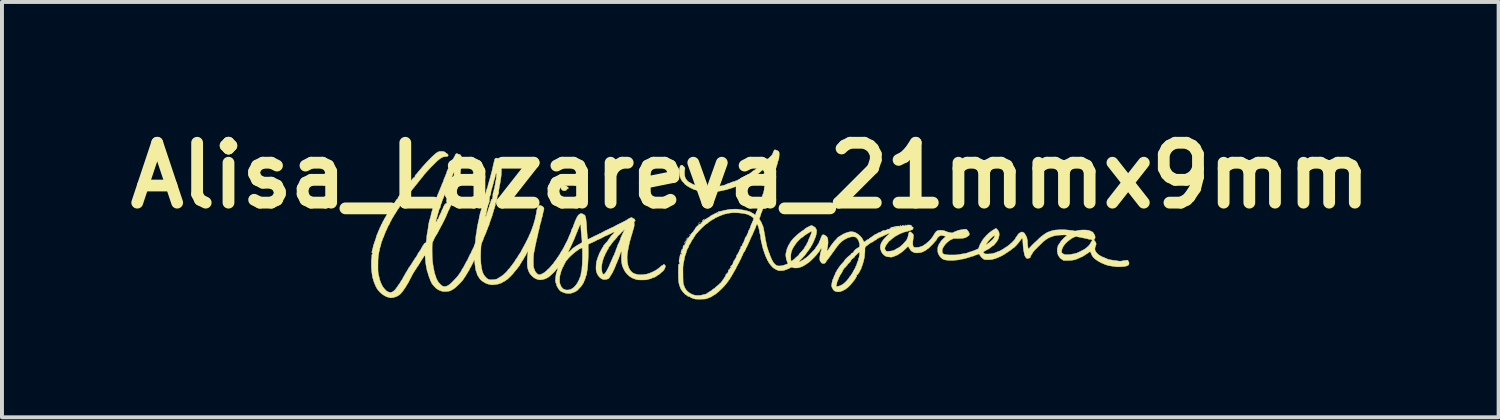
<source format=kicad_pcb>
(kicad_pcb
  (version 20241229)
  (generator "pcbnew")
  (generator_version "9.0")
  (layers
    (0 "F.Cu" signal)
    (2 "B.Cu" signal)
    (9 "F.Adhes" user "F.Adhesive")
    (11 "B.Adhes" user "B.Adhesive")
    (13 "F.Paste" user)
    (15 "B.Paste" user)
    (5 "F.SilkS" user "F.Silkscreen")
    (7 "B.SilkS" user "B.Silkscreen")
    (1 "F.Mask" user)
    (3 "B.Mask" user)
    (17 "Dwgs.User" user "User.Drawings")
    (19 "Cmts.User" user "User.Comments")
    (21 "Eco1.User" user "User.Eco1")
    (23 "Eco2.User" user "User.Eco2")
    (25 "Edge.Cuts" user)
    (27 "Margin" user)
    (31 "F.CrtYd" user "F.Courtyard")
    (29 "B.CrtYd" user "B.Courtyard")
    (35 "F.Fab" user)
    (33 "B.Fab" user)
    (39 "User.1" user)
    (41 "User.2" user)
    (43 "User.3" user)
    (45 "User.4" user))
  (footprint "Alisa_Lazareva_21mmx9mm"
    (layer "F.Cu")
    (at 16.046 1.418)
    (property "Reference" "Alisa_Lazareva_21mmx9mm" (at 0 0 0) (layer "F.SilkS") (effects (font (size 1.524 1.524) (thickness 0.3))))
    (attr through_hole)
    (fp_poly (pts (xy -1.702 2.283) (xy -1.705 2.286) (xy -1.708 2.283) (xy -1.705 2.28) (xy -1.702 2.283)) (stroke (width 0.01) (type solid)) (fill yes) (layer "F.SilkS"))
    (fp_poly (pts (xy -1.587 1.565) (xy -1.591 1.568) (xy -1.594 1.565) (xy -1.591 1.562) (xy -1.587 1.565)) (stroke (width 0.01) (type solid)) (fill yes) (layer "F.SilkS"))
    (fp_poly (pts (xy -1.156 1.108) (xy -1.159 1.111) (xy -1.162 1.108) (xy -1.159 1.105) (xy -1.156 1.108)) (stroke (width 0.01) (type solid)) (fill yes) (layer "F.SilkS"))
    (fp_poly (pts (xy -0.813 0.911) (xy -0.816 0.914) (xy -0.819 0.911) (xy -0.816 0.908) (xy -0.813 0.911)) (stroke (width 0.01) (type solid)) (fill yes) (layer "F.SilkS"))
    (fp_poly (pts (xy 2.648 2.08) (xy 2.645 2.083) (xy 2.642 2.08) (xy 2.645 2.076) (xy 2.648 2.08)) (stroke (width 0.01) (type solid)) (fill yes) (layer "F.SilkS"))
    (fp_poly (pts (xy 3.499 1.362) (xy 3.496 1.365) (xy 3.493 1.362) (xy 3.496 1.359) (xy 3.499 1.362)) (stroke (width 0.01) (type solid)) (fill yes) (layer "F.SilkS"))
    (fp_poly (pts (xy -1.552 1.501) (xy -1.551 1.508) (xy -1.552 1.509) (xy -1.555 1.508) (xy -1.556 1.505) (xy -1.553 1.5) (xy -1.552 1.501)) (stroke (width 0.01) (type solid)) (fill yes) (layer "F.SilkS"))
    (fp_poly (pts (xy 3.958 1.259) (xy 3.958 1.262) (xy 3.95 1.263) (xy 3.941 1.262) (xy 3.942 1.259) (xy 3.955 1.259) (xy 3.958 1.259)) (stroke (width 0.01) (type solid)) (fill yes) (layer "F.SilkS"))
    (fp_poly (pts (xy -1.664 1.713) (xy -1.664 1.714) (xy -1.669 1.721) (xy -1.67 1.721) (xy -1.676 1.716) (xy -1.676 1.714) (xy -1.672 1.708) (xy -1.67 1.708) (xy -1.664 1.713)) (stroke (width 0.01) (type solid)) (fill yes) (layer "F.SilkS"))
    (fp_poly (pts (xy -1.653 1.687) (xy -1.654 1.689) (xy -1.66 1.695) (xy -1.661 1.695) (xy -1.664 1.691) (xy -1.664 1.689) (xy -1.659 1.683) (xy -1.657 1.683) (xy -1.653 1.687)) (stroke (width 0.01) (type solid)) (fill yes) (layer "F.SilkS"))
    (fp_poly (pts (xy -1.64 1.668) (xy -1.641 1.67) (xy -1.647 1.676) (xy -1.648 1.676) (xy -1.651 1.671) (xy -1.651 1.67) (xy -1.646 1.664) (xy -1.644 1.664) (xy -1.64 1.668)) (stroke (width 0.01) (type solid)) (fill yes) (layer "F.SilkS"))
    (fp_poly (pts (xy -1.626 1.637) (xy -1.626 1.638) (xy -1.63 1.644) (xy -1.632 1.645) (xy -1.636 1.641) (xy -1.635 1.638) (xy -1.629 1.632) (xy -1.628 1.632) (xy -1.626 1.637)) (stroke (width 0.01) (type solid)) (fill yes) (layer "F.SilkS"))
    (fp_poly (pts (xy -1.6 1.591) (xy -1.604 1.6) (xy -1.61 1.609) (xy -1.617 1.617) (xy -1.619 1.616) (xy -1.615 1.606) (xy -1.61 1.597) (xy -1.603 1.59) (xy -1.6 1.591)) (stroke (width 0.01) (type solid)) (fill yes) (layer "F.SilkS"))
    (fp_poly (pts (xy -1.277 1.198) (xy -1.276 1.2) (xy -1.281 1.208) (xy -1.283 1.21) (xy -1.288 1.208) (xy -1.289 1.204) (xy -1.286 1.195) (xy -1.283 1.194) (xy -1.277 1.198)) (stroke (width 0.01) (type solid)) (fill yes) (layer "F.SilkS"))
    (fp_poly (pts (xy 3.894 1.266) (xy 3.896 1.27) (xy 3.887 1.276) (xy 3.883 1.276) (xy 3.872 1.272) (xy 3.87 1.27) (xy 3.873 1.265) (xy 3.883 1.264) (xy 3.894 1.266)) (stroke (width 0.01) (type solid)) (fill yes) (layer "F.SilkS"))
    (fp_poly (pts (xy -1.18 1.121) (xy -1.177 1.128) (xy -1.183 1.135) (xy -1.189 1.137) (xy -1.199 1.141) (xy -1.208 1.147) (xy -1.216 1.153) (xy -1.219 1.152) (xy -1.215 1.144) (xy -1.204 1.134) (xy -1.192 1.125) (xy -1.182 1.121) (xy -1.18 1.121)) (stroke (width 0.01) (type solid)) (fill yes) (layer "F.SilkS"))
    (fp_poly (pts (xy -4.745 0.255) (xy -4.742 0.255) (xy -4.714 0.256) (xy -4.696 0.258) (xy -4.685 0.262) (xy -4.676 0.268) (xy -4.671 0.274) (xy -4.657 0.288) (xy -4.642 0.298) (xy -4.642 0.298) (xy -4.632 0.309) (xy -4.631 0.322) (xy -4.638 0.332) (xy -4.647 0.335) (xy -4.661 0.343) (xy -4.669 0.353) (xy -4.684 0.371) (xy -4.707 0.383) (xy -4.735 0.387) (xy -4.764 0.383) (xy -4.775 0.377) (xy -4.79 0.366) (xy -4.797 0.36) (xy -4.816 0.336) (xy -4.824 0.311) (xy -4.821 0.286) (xy -4.813 0.271) (xy -4.806 0.262) (xy -4.798 0.257) (xy -4.788 0.255) (xy -4.771 0.254) (xy -4.745 0.255)) (stroke (width 0.01) (type solid)) (fill yes) (layer "F.SilkS"))
    (fp_poly (pts (xy -7.832 -0.614) (xy -7.808 -0.611) (xy -7.797 -0.608) (xy -7.778 -0.6) (xy -7.763 -0.59) (xy -7.761 -0.588) (xy -7.748 -0.576) (xy -7.73 -0.564) (xy -7.728 -0.562) (xy -7.705 -0.547) (xy -7.693 -0.531) (xy -7.69 -0.515) (xy -7.694 -0.5) (xy -7.706 -0.49) (xy -7.727 -0.484) (xy -7.755 -0.483) (xy -7.787 -0.48) (xy -7.818 -0.472) (xy -7.851 -0.458) (xy -7.887 -0.436) (xy -7.928 -0.406) (xy -7.95 -0.387) (xy -7.968 -0.372) (xy -7.982 -0.359) (xy -7.988 -0.353) (xy -8.025 -0.315) (xy -8.03 -0.31) (xy -8.043 -0.298) (xy -8.05 -0.291) (xy -8.057 -0.283) (xy -8.072 -0.269) (xy -8.09 -0.251) (xy -8.105 -0.237) (xy -8.125 -0.217) (xy -8.141 -0.201) (xy -8.151 -0.191) (xy -8.153 -0.187) (xy -8.158 -0.181) (xy -8.169 -0.169) (xy -8.184 -0.152) (xy -8.19 -0.146) (xy -8.211 -0.124) (xy -8.233 -0.1) (xy -8.251 -0.08) (xy -8.252 -0.079) (xy -8.269 -0.059) (xy -8.286 -0.041) (xy -8.295 -0.031) (xy -8.306 -0.019) (xy -8.312 -0.011) (xy -8.312 -0.01) (xy -8.316 -0.002) (xy -8.326 0.012) (xy -8.339 0.029) (xy -8.354 0.047) (xy -8.367 0.062) (xy -8.377 0.072) (xy -8.38 0.074) (xy -8.388 0.082) (xy -8.388 0.085) (xy -8.393 0.094) (xy -8.403 0.107) (xy -8.407 0.111) (xy -8.419 0.124) (xy -8.426 0.134) (xy -8.426 0.135) (xy -8.431 0.143) (xy -8.441 0.155) (xy -8.445 0.16) (xy -8.457 0.172) (xy -8.464 0.181) (xy -8.465 0.183) (xy -8.469 0.19) (xy -8.479 0.203) (xy -8.485 0.21) (xy -8.498 0.225) (xy -8.516 0.247) (xy -8.536 0.271) (xy -8.547 0.286) (xy -8.566 0.31) (xy -8.585 0.332) (xy -8.6 0.35) (xy -8.606 0.357) (xy -8.617 0.369) (xy -8.623 0.378) (xy -8.623 0.379) (xy -8.627 0.386) (xy -8.636 0.398) (xy -8.643 0.406) (xy -8.655 0.421) (xy -8.664 0.432) (xy -8.667 0.435) (xy -8.673 0.443) (xy -8.684 0.458) (xy -8.698 0.477) (xy -8.7 0.479) (xy -8.721 0.507) (xy -8.736 0.527) (xy -8.747 0.54) (xy -8.755 0.55) (xy -8.761 0.556) (xy -8.765 0.56) (xy -8.773 0.572) (xy -8.776 0.581) (xy -8.78 0.592) (xy -8.787 0.598) (xy -8.798 0.61) (xy -8.807 0.625) (xy -8.819 0.643) (xy -8.831 0.656) (xy -8.842 0.667) (xy -8.846 0.675) (xy -8.849 0.683) (xy -8.859 0.697) (xy -8.871 0.712) (xy -8.884 0.729) (xy -8.894 0.742) (xy -8.896 0.749) (xy -8.9 0.757) (xy -8.91 0.771) (xy -8.915 0.777) (xy -8.927 0.792) (xy -8.934 0.805) (xy -8.934 0.808) (xy -8.939 0.82) (xy -8.944 0.826) (xy -8.952 0.835) (xy -8.964 0.851) (xy -8.979 0.872) (xy -8.993 0.894) (xy -9.006 0.914) (xy -9.014 0.929) (xy -9.015 0.932) (xy -9.02 0.941) (xy -9.031 0.958) (xy -9.045 0.979) (xy -9.053 0.991) (xy -9.068 1.014) (xy -9.079 1.033) (xy -9.086 1.046) (xy -9.087 1.05) (xy -9.091 1.06) (xy -9.102 1.072) (xy -9.102 1.073) (xy -9.114 1.088) (xy -9.122 1.104) (xy -9.129 1.121) (xy -9.137 1.136) (xy -9.148 1.153) (xy -9.159 1.174) (xy -9.17 1.196) (xy -9.178 1.215) (xy -9.182 1.227) (xy -9.182 1.229) (xy -9.185 1.238) (xy -9.187 1.239) (xy -9.193 1.246) (xy -9.203 1.261) (xy -9.214 1.281) (xy -9.225 1.304) (xy -9.236 1.325) (xy -9.243 1.343) (xy -9.246 1.352) (xy -9.249 1.365) (xy -9.257 1.379) (xy -9.266 1.392) (xy -9.276 1.413) (xy -9.286 1.437) (xy -9.286 1.438) (xy -9.296 1.463) (xy -9.306 1.487) (xy -9.313 1.503) (xy -9.313 1.504) (xy -9.319 1.519) (xy -9.322 1.53) (xy -9.322 1.531) (xy -9.324 1.54) (xy -9.331 1.556) (xy -9.341 1.576) (xy -9.351 1.597) (xy -9.357 1.614) (xy -9.36 1.623) (xy -9.362 1.633) (xy -9.369 1.651) (xy -9.376 1.667) (xy -9.386 1.692) (xy -9.394 1.719) (xy -9.397 1.732) (xy -9.407 1.776) (xy -9.416 1.809) (xy -9.426 1.837) (xy -9.426 1.837) (xy -9.433 1.859) (xy -9.436 1.884) (xy -9.436 1.889) (xy -9.437 1.906) (xy -9.44 1.918) (xy -9.442 1.92) (xy -9.446 1.928) (xy -9.45 1.944) (xy -9.451 1.948) (xy -9.453 1.964) (xy -9.457 1.99) (xy -9.462 2.019) (xy -9.465 2.035) (xy -9.468 2.061) (xy -9.471 2.091) (xy -9.473 2.127) (xy -9.475 2.171) (xy -9.475 2.224) (xy -9.476 2.28) (xy -9.476 2.336) (xy -9.476 2.382) (xy -9.475 2.42) (xy -9.473 2.451) (xy -9.471 2.478) (xy -9.467 2.503) (xy -9.462 2.528) (xy -9.455 2.556) (xy -9.448 2.581) (xy -9.442 2.605) (xy -9.437 2.63) (xy -9.437 2.632) (xy -9.432 2.65) (xy -9.423 2.676) (xy -9.413 2.705) (xy -9.403 2.731) (xy -9.394 2.752) (xy -9.392 2.756) (xy -9.386 2.767) (xy -9.377 2.785) (xy -9.369 2.801) (xy -9.359 2.82) (xy -9.351 2.833) (xy -9.347 2.838) (xy -9.342 2.845) (xy -9.332 2.858) (xy -9.327 2.864) (xy -9.307 2.888) (xy -9.283 2.913) (xy -9.261 2.935) (xy -9.253 2.941) (xy -9.241 2.949) (xy -9.22 2.958) (xy -9.202 2.966) (xy -9.181 2.973) (xy -9.166 2.976) (xy -9.153 2.975) (xy -9.136 2.97) (xy -9.132 2.969) (xy -9.111 2.961) (xy -9.094 2.952) (xy -9.088 2.948) (xy -9.068 2.931) (xy -9.054 2.918) (xy -9.043 2.906) (xy -9.031 2.894) (xy -9.019 2.879) (xy -9.012 2.868) (xy -9.011 2.865) (xy -9.006 2.858) (xy -8.996 2.846) (xy -8.992 2.842) (xy -8.98 2.828) (xy -8.973 2.817) (xy -8.973 2.815) (xy -8.969 2.806) (xy -8.959 2.791) (xy -8.955 2.786) (xy -8.926 2.749) (xy -8.903 2.711) (xy -8.895 2.695) (xy -8.883 2.675) (xy -8.871 2.658) (xy -8.865 2.652) (xy -8.855 2.64) (xy -8.852 2.631) (xy -8.849 2.622) (xy -8.84 2.605) (xy -8.827 2.582) (xy -8.814 2.559) (xy -8.799 2.534) (xy -8.786 2.512) (xy -8.778 2.497) (xy -8.776 2.491) (xy -8.772 2.482) (xy -8.763 2.469) (xy -8.757 2.461) (xy -8.745 2.445) (xy -8.739 2.433) (xy -8.738 2.43) (xy -8.734 2.421) (xy -8.725 2.408) (xy -8.722 2.403) (xy -8.711 2.386) (xy -8.703 2.369) (xy -8.703 2.367) (xy -8.695 2.352) (xy -8.683 2.336) (xy -8.68 2.333) (xy -8.668 2.321) (xy -8.662 2.311) (xy -8.661 2.31) (xy -8.658 2.301) (xy -8.648 2.288) (xy -8.642 2.28) (xy -8.631 2.265) (xy -8.624 2.254) (xy -8.623 2.252) (xy -8.62 2.245) (xy -8.611 2.231) (xy -8.604 2.221) (xy -8.593 2.205) (xy -8.586 2.192) (xy -8.585 2.188) (xy -8.581 2.178) (xy -8.572 2.168) (xy -8.56 2.154) (xy -8.549 2.135) (xy -8.547 2.13) (xy -8.535 2.11) (xy -8.522 2.092) (xy -8.519 2.089) (xy -8.508 2.077) (xy -8.503 2.068) (xy -8.502 2.067) (xy -8.499 2.059) (xy -8.49 2.044) (xy -8.483 2.036) (xy -8.472 2.019) (xy -8.466 2.004) (xy -8.465 2) (xy -8.461 1.989) (xy -8.451 1.973) (xy -8.442 1.962) (xy -8.43 1.947) (xy -8.422 1.935) (xy -8.42 1.931) (xy -8.416 1.923) (xy -8.407 1.91) (xy -8.402 1.905) (xy -8.389 1.888) (xy -8.381 1.871) (xy -8.38 1.867) (xy -8.373 1.85) (xy -8.363 1.837) (xy -8.354 1.824) (xy -8.35 1.813) (xy -8.346 1.803) (xy -8.336 1.788) (xy -8.331 1.782) (xy -8.32 1.768) (xy -8.313 1.757) (xy -8.312 1.755) (xy -8.307 1.745) (xy -8.296 1.732) (xy -8.281 1.719) (xy -8.267 1.712) (xy -8.265 1.711) (xy -8.253 1.704) (xy -8.25 1.69) (xy -8.248 1.673) (xy -8.245 1.652) (xy -8.243 1.645) (xy -8.239 1.621) (xy -8.237 1.593) (xy -8.236 1.581) (xy -8.235 1.56) (xy -8.233 1.534) (xy -8.228 1.501) (xy -8.221 1.459) (xy -8.211 1.407) (xy -8.208 1.388) (xy -8.204 1.361) (xy -8.199 1.328) (xy -8.195 1.293) (xy -8.194 1.289) (xy -8.19 1.257) (xy -8.185 1.23) (xy -8.182 1.209) (xy -8.178 1.198) (xy -8.178 1.197) (xy -8.174 1.187) (xy -8.173 1.179) (xy -8.004 1.179) (xy -8 1.184) (xy -7.992 1.177) (xy -7.98 1.16) (xy -7.977 1.154) (xy -7.969 1.136) (xy -7.964 1.123) (xy -7.963 1.119) (xy -7.958 1.111) (xy -7.948 1.104) (xy -7.935 1.093) (xy -7.933 1.083) (xy -7.93 1.069) (xy -7.923 1.048) (xy -7.914 1.025) (xy -7.904 1.004) (xy -7.895 0.99) (xy -7.895 0.99) (xy -7.888 0.977) (xy -7.887 0.97) (xy -7.883 0.959) (xy -7.874 0.946) (xy -7.865 0.932) (xy -7.861 0.92) (xy -7.857 0.901) (xy -7.847 0.878) (xy -7.835 0.858) (xy -7.826 0.844) (xy -7.823 0.835) (xy -7.82 0.823) (xy -7.812 0.804) (xy -7.802 0.781) (xy -7.79 0.759) (xy -7.778 0.74) (xy -7.771 0.73) (xy -7.756 0.717) (xy -7.739 0.709) (xy -7.739 0.709) (xy -7.726 0.703) (xy -7.722 0.691) (xy -7.722 0.688) (xy -7.725 0.671) (xy -7.73 0.661) (xy -7.734 0.655) (xy -7.735 0.646) (xy -7.732 0.631) (xy -7.726 0.609) (xy -7.721 0.594) (xy -7.712 0.567) (xy -7.704 0.545) (xy -7.698 0.529) (xy -7.696 0.526) (xy -7.691 0.511) (xy -7.69 0.498) (xy -7.687 0.485) (xy -7.68 0.479) (xy -7.672 0.47) (xy -7.671 0.463) (xy -7.667 0.449) (xy -7.661 0.442) (xy -7.653 0.428) (xy -7.652 0.419) (xy -7.649 0.405) (xy -7.644 0.386) (xy -7.64 0.376) (xy -7.626 0.34) (xy -7.618 0.311) (xy -7.614 0.293) (xy -7.614 0.29) (xy -7.611 0.279) (xy -7.605 0.261) (xy -7.599 0.246) (xy -7.589 0.219) (xy -7.581 0.189) (xy -7.579 0.174) (xy -7.576 0.153) (xy -7.57 0.123) (xy -7.563 0.089) (xy -7.556 0.058) (xy -7.545 0.008) (xy -7.539 -0.032) (xy -7.539 -0.056) (xy -7.541 -0.092) (xy -7.558 -0.059) (xy -7.568 -0.04) (xy -7.574 -0.024) (xy -7.576 -0.018) (xy -7.578 -0.008) (xy -7.585 0.009) (xy -7.595 0.029) (xy -7.604 0.05) (xy -7.611 0.068) (xy -7.614 0.078) (xy -7.618 0.093) (xy -7.622 0.098) (xy -7.628 0.108) (xy -7.636 0.126) (xy -7.642 0.144) (xy -7.65 0.165) (xy -7.658 0.182) (xy -7.663 0.189) (xy -7.67 0.201) (xy -7.671 0.207) (xy -7.673 0.217) (xy -7.68 0.235) (xy -7.687 0.249) (xy -7.695 0.269) (xy -7.701 0.286) (xy -7.703 0.294) (xy -7.706 0.307) (xy -7.715 0.322) (xy -7.724 0.339) (xy -7.728 0.354) (xy -7.731 0.368) (xy -7.739 0.388) (xy -7.746 0.402) (xy -7.757 0.424) (xy -7.765 0.445) (xy -7.768 0.456) (xy -7.773 0.473) (xy -7.782 0.496) (xy -7.788 0.51) (xy -7.797 0.53) (xy -7.803 0.546) (xy -7.804 0.553) (xy -7.808 0.566) (xy -7.81 0.569) (xy -7.816 0.578) (xy -7.824 0.596) (xy -7.833 0.618) (xy -7.841 0.64) (xy -7.847 0.658) (xy -7.849 0.668) (xy -7.851 0.679) (xy -7.858 0.697) (xy -7.865 0.711) (xy -7.875 0.737) (xy -7.884 0.767) (xy -7.887 0.782) (xy -7.891 0.804) (xy -7.896 0.823) (xy -7.901 0.831) (xy -7.916 0.853) (xy -7.924 0.874) (xy -7.925 0.881) (xy -7.927 0.892) (xy -7.932 0.912) (xy -7.94 0.937) (xy -7.944 0.949) (xy -7.952 0.976) (xy -7.959 0.998) (xy -7.962 1.015) (xy -7.963 1.019) (xy -7.966 1.034) (xy -7.972 1.05) (xy -7.979 1.067) (xy -7.982 1.08) (xy -7.984 1.094) (xy -7.99 1.112) (xy -7.991 1.116) (xy -7.998 1.139) (xy -8.003 1.162) (xy -8.003 1.163) (xy -8.004 1.179) (xy -8.173 1.179) (xy -8.172 1.173) (xy -8.17 1.154) (xy -8.163 1.134) (xy -8.158 1.12) (xy -8.151 1.096) (xy -8.142 1.067) (xy -8.134 1.035) (xy -8.126 1.004) (xy -8.12 0.978) (xy -8.117 0.962) (xy -8.113 0.944) (xy -8.109 0.93) (xy -8.104 0.915) (xy -8.097 0.89) (xy -8.087 0.859) (xy -8.078 0.823) (xy -8.076 0.818) (xy -8.071 0.8) (xy -8.065 0.789) (xy -8.063 0.787) (xy -8.059 0.782) (xy -8.058 0.773) (xy -8.055 0.757) (xy -8.049 0.743) (xy -8.042 0.724) (xy -8.039 0.709) (xy -8.036 0.693) (xy -8.027 0.673) (xy -8.024 0.668) (xy -8.016 0.65) (xy -8.006 0.625) (xy -7.996 0.598) (xy -7.995 0.594) (xy -7.987 0.569) (xy -7.98 0.547) (xy -7.973 0.533) (xy -7.972 0.531) (xy -7.965 0.517) (xy -7.963 0.508) (xy -7.96 0.498) (xy -7.953 0.48) (xy -7.944 0.46) (xy -7.934 0.439) (xy -7.927 0.422) (xy -7.925 0.412) (xy -7.922 0.4) (xy -7.919 0.397) (xy -7.915 0.388) (xy -7.907 0.371) (xy -7.897 0.348) (xy -7.891 0.333) (xy -7.88 0.306) (xy -7.87 0.281) (xy -7.861 0.263) (xy -7.859 0.257) (xy -7.852 0.241) (xy -7.849 0.227) (xy -7.849 0.227) (xy -7.845 0.215) (xy -7.837 0.198) (xy -7.833 0.191) (xy -7.823 0.171) (xy -7.813 0.145) (xy -7.807 0.126) (xy -7.8 0.101) (xy -7.791 0.077) (xy -7.785 0.064) (xy -7.776 0.045) (xy -7.766 0.021) (xy -7.76 0.004) (xy -7.751 -0.018) (xy -7.743 -0.037) (xy -7.737 -0.047) (xy -7.73 -0.064) (xy -7.728 -0.077) (xy -7.725 -0.092) (xy -7.718 -0.113) (xy -7.71 -0.131) (xy -7.698 -0.155) (xy -7.687 -0.178) (xy -7.681 -0.191) (xy -7.672 -0.21) (xy -7.663 -0.228) (xy -7.663 -0.229) (xy -7.654 -0.245) (xy -7.644 -0.265) (xy -7.643 -0.267) (xy -7.633 -0.286) (xy -7.624 -0.303) (xy -7.623 -0.305) (xy -7.617 -0.318) (xy -7.607 -0.338) (xy -7.595 -0.363) (xy -7.591 -0.371) (xy -7.578 -0.397) (xy -7.566 -0.421) (xy -7.556 -0.438) (xy -7.553 -0.441) (xy -7.544 -0.456) (xy -7.532 -0.478) (xy -7.519 -0.503) (xy -7.516 -0.51) (xy -7.504 -0.533) (xy -7.495 -0.548) (xy -7.488 -0.556) (xy -7.479 -0.558) (xy -7.471 -0.559) (xy -7.456 -0.557) (xy -7.447 -0.552) (xy -7.447 -0.551) (xy -7.44 -0.546) (xy -7.424 -0.542) (xy -7.414 -0.54) (xy -7.394 -0.537) (xy -7.382 -0.53) (xy -7.373 -0.518) (xy -7.373 -0.518) (xy -7.362 -0.499) (xy -7.352 -0.483) (xy -7.345 -0.464) (xy -7.341 -0.434) (xy -7.341 -0.393) (xy -7.344 -0.343) (xy -7.35 -0.283) (xy -7.36 -0.214) (xy -7.364 -0.194) (xy -7.368 -0.162) (xy -7.373 -0.124) (xy -7.377 -0.084) (xy -7.379 -0.064) (xy -7.382 -0.033) (xy -7.385 -0.004) (xy -7.389 0.017) (xy -7.391 0.028) (xy -7.407 0.091) (xy -7.417 0.149) (xy -7.422 0.176) (xy -7.429 0.207) (xy -7.436 0.232) (xy -7.444 0.259) (xy -7.451 0.286) (xy -7.455 0.305) (xy -7.465 0.348) (xy -7.474 0.381) (xy -7.484 0.404) (xy -7.493 0.416) (xy -7.497 0.424) (xy -7.499 0.44) (xy -7.499 0.442) (xy -7.501 0.46) (xy -7.505 0.474) (xy -7.505 0.475) (xy -7.511 0.486) (xy -7.518 0.506) (xy -7.525 0.524) (xy -7.536 0.552) (xy -7.549 0.583) (xy -7.557 0.6) (xy -7.567 0.625) (xy -7.577 0.649) (xy -7.581 0.664) (xy -7.589 0.686) (xy -7.6 0.708) (xy -7.601 0.71) (xy -7.609 0.726) (xy -7.614 0.74) (xy -7.614 0.742) (xy -7.617 0.754) (xy -7.625 0.77) (xy -7.625 0.772) (xy -7.634 0.789) (xy -7.644 0.812) (xy -7.648 0.823) (xy -7.657 0.847) (xy -7.669 0.869) (xy -7.674 0.877) (xy -7.684 0.892) (xy -7.69 0.906) (xy -7.69 0.908) (xy -7.693 0.919) (xy -7.7 0.937) (xy -7.709 0.955) (xy -7.719 0.975) (xy -7.726 0.991) (xy -7.728 0.999) (xy -7.729 1.005) (xy -7.734 1.017) (xy -7.742 1.035) (xy -7.754 1.061) (xy -7.771 1.096) (xy -7.793 1.141) (xy -7.807 1.168) (xy -7.828 1.21) (xy -7.844 1.242) (xy -7.856 1.265) (xy -7.865 1.28) (xy -7.871 1.29) (xy -7.873 1.293) (xy -7.88 1.305) (xy -7.884 1.317) (xy -7.889 1.331) (xy -7.894 1.337) (xy -7.899 1.344) (xy -7.908 1.36) (xy -7.919 1.381) (xy -7.922 1.386) (xy -7.945 1.433) (xy -7.965 1.469) (xy -7.98 1.496) (xy -7.991 1.511) (xy -7.991 1.511) (xy -7.999 1.521) (xy -8.001 1.527) (xy -8.004 1.534) (xy -8.013 1.548) (xy -8.019 1.558) (xy -8.033 1.581) (xy -8.045 1.607) (xy -8.049 1.616) (xy -8.057 1.636) (xy -8.065 1.652) (xy -8.068 1.657) (xy -8.074 1.669) (xy -8.082 1.687) (xy -8.087 1.701) (xy -8.09 1.713) (xy -8.093 1.727) (xy -8.095 1.744) (xy -8.096 1.767) (xy -8.097 1.796) (xy -8.098 1.833) (xy -8.098 1.881) (xy -8.098 1.911) (xy -8.097 2.009) (xy -8.094 2.097) (xy -8.088 2.176) (xy -8.079 2.25) (xy -8.068 2.321) (xy -8.063 2.346) (xy -8.056 2.379) (xy -8.05 2.413) (xy -8.044 2.441) (xy -8.043 2.451) (xy -8.036 2.48) (xy -8.026 2.512) (xy -8.018 2.535) (xy -8.01 2.557) (xy -8.003 2.575) (xy -8.001 2.586) (xy -8.001 2.586) (xy -7.998 2.599) (xy -7.992 2.616) (xy -7.985 2.633) (xy -7.978 2.643) (xy -7.976 2.644) (xy -7.971 2.653) (xy -7.967 2.664) (xy -7.958 2.683) (xy -7.942 2.707) (xy -7.92 2.734) (xy -7.895 2.761) (xy -7.869 2.786) (xy -7.844 2.806) (xy -7.84 2.809) (xy -7.809 2.822) (xy -7.774 2.825) (xy -7.735 2.817) (xy -7.695 2.8) (xy -7.655 2.773) (xy -7.645 2.765) (xy -7.62 2.742) (xy -7.591 2.714) (xy -7.56 2.683) (xy -7.528 2.65) (xy -7.497 2.617) (xy -7.469 2.586) (xy -7.446 2.558) (xy -7.428 2.536) (xy -7.417 2.52) (xy -7.415 2.517) (xy -7.408 2.506) (xy -7.403 2.502) (xy -7.398 2.497) (xy -7.398 2.493) (xy -7.395 2.483) (xy -7.393 2.482) (xy -7.386 2.475) (xy -7.375 2.46) (xy -7.363 2.442) (xy -7.352 2.423) (xy -7.345 2.407) (xy -7.343 2.401) (xy -7.336 2.386) (xy -7.325 2.371) (xy -7.316 2.359) (xy -7.303 2.339) (xy -7.289 2.313) (xy -7.276 2.289) (xy -7.258 2.254) (xy -7.244 2.227) (xy -7.233 2.207) (xy -7.225 2.192) (xy -7.217 2.178) (xy -7.208 2.164) (xy -7.205 2.161) (xy -7.195 2.144) (xy -7.189 2.131) (xy -7.188 2.127) (xy -7.185 2.119) (xy -7.178 2.103) (xy -7.168 2.081) (xy -7.166 2.077) (xy -7.155 2.056) (xy -7.148 2.039) (xy -7.144 2.03) (xy -7.144 2.029) (xy -7.14 2.022) (xy -7.132 2.008) (xy -7.125 1.997) (xy -7.114 1.98) (xy -7.107 1.967) (xy -7.106 1.962) (xy -7.103 1.953) (xy -7.096 1.935) (xy -7.085 1.912) (xy -7.073 1.888) (xy -7.061 1.864) (xy -7.05 1.844) (xy -7.042 1.83) (xy -7.041 1.83) (xy -7.033 1.812) (xy -7.029 1.793) (xy -7.028 1.779) (xy -7.024 1.772) (xy -7.024 1.772) (xy -7.018 1.766) (xy -7.011 1.75) (xy -7.005 1.726) (xy -6.999 1.697) (xy -6.995 1.665) (xy -6.995 1.654) (xy -6.991 1.614) (xy -6.988 1.575) (xy -6.984 1.54) (xy -6.98 1.509) (xy -6.976 1.486) (xy -6.973 1.472) (xy -6.972 1.47) (xy -6.969 1.461) (xy -6.966 1.443) (xy -6.964 1.429) (xy -6.958 1.372) (xy -6.95 1.319) (xy -6.94 1.263) (xy -6.926 1.201) (xy -6.922 1.184) (xy -6.918 1.166) (xy -6.912 1.139) (xy -6.905 1.105) (xy -6.898 1.067) (xy -6.893 1.042) (xy -6.743 1.042) (xy -6.739 1.044) (xy -6.731 1.038) (xy -6.721 1.025) (xy -6.718 1.013) (xy -6.716 1.001) (xy -6.709 0.981) (xy -6.702 0.962) (xy -6.692 0.933) (xy -6.682 0.901) (xy -6.677 0.884) (xy -6.67 0.858) (xy -6.661 0.832) (xy -6.655 0.818) (xy -6.647 0.799) (xy -6.643 0.783) (xy -6.642 0.779) (xy -6.64 0.766) (xy -6.634 0.747) (xy -6.627 0.724) (xy -6.619 0.703) (xy -6.612 0.688) (xy -6.609 0.683) (xy -6.605 0.673) (xy -6.604 0.66) (xy -6.602 0.645) (xy -6.598 0.638) (xy -6.593 0.629) (xy -6.591 0.62) (xy -6.589 0.604) (xy -6.582 0.6) (xy -6.574 0.604) (xy -6.569 0.606) (xy -6.566 0.6) (xy -6.566 0.589) (xy -6.564 0.572) (xy -6.56 0.563) (xy -6.56 0.562) (xy -6.557 0.554) (xy -6.554 0.537) (xy -6.553 0.514) (xy -6.553 0.507) (xy -6.552 0.471) (xy -6.547 0.446) (xy -6.544 0.438) (xy -6.537 0.42) (xy -6.531 0.397) (xy -6.53 0.389) (xy -6.525 0.364) (xy -6.517 0.339) (xy -6.515 0.333) (xy -6.507 0.31) (xy -6.503 0.285) (xy -6.503 0.281) (xy -6.502 0.261) (xy -6.498 0.245) (xy -6.496 0.242) (xy -6.493 0.229) (xy -6.49 0.208) (xy -6.49 0.192) (xy -6.487 0.162) (xy -6.481 0.137) (xy -6.479 0.133) (xy -6.472 0.112) (xy -6.468 0.084) (xy -6.467 0.07) (xy -6.465 0.04) (xy -6.463 0.007) (xy -6.461 -0.01) (xy -6.459 -0.036) (xy -6.461 -0.051) (xy -6.463 -0.053) (xy -6.471 -0.052) (xy -6.478 -0.041) (xy -6.485 -0.024) (xy -6.489 -0.005) (xy -6.49 0.005) (xy -6.492 0.021) (xy -6.497 0.045) (xy -6.506 0.074) (xy -6.512 0.092) (xy -6.521 0.12) (xy -6.529 0.146) (xy -6.533 0.166) (xy -6.534 0.173) (xy -6.536 0.191) (xy -6.54 0.202) (xy -6.543 0.21) (xy -6.547 0.222) (xy -6.553 0.241) (xy -6.561 0.268) (xy -6.571 0.305) (xy -6.576 0.324) (xy -6.579 0.335) (xy -6.585 0.353) (xy -6.588 0.36) (xy -6.593 0.381) (xy -6.599 0.408) (xy -6.602 0.433) (xy -6.608 0.471) (xy -6.619 0.504) (xy -6.621 0.51) (xy -6.629 0.527) (xy -6.634 0.545) (xy -6.637 0.569) (xy -6.639 0.601) (xy -6.64 0.61) (xy -6.642 0.643) (xy -6.644 0.667) (xy -6.649 0.685) (xy -6.655 0.702) (xy -6.661 0.714) (xy -6.672 0.74) (xy -6.68 0.769) (xy -6.683 0.783) (xy -6.686 0.803) (xy -6.69 0.816) (xy -6.693 0.819) (xy -6.698 0.824) (xy -6.699 0.831) (xy -6.701 0.845) (xy -6.704 0.868) (xy -6.709 0.896) (xy -6.716 0.927) (xy -6.722 0.958) (xy -6.728 0.985) (xy -6.734 1.005) (xy -6.735 1.008) (xy -6.741 1.031) (xy -6.743 1.042) (xy -6.893 1.042) (xy -6.89 1.028) (xy -6.883 0.993) (xy -6.878 0.972) (xy -6.871 0.944) (xy -6.862 0.914) (xy -6.858 0.903) (xy -6.85 0.875) (xy -6.843 0.849) (xy -6.839 0.829) (xy -6.839 0.822) (xy -6.837 0.804) (xy -6.834 0.79) (xy -6.833 0.789) (xy -6.824 0.767) (xy -6.815 0.737) (xy -6.806 0.701) (xy -6.798 0.667) (xy -6.791 0.635) (xy -6.781 0.6) (xy -6.773 0.572) (xy -6.765 0.548) (xy -6.759 0.526) (xy -6.756 0.511) (xy -6.756 0.51) (xy -6.754 0.496) (xy -6.747 0.476) (xy -6.741 0.461) (xy -6.731 0.436) (xy -6.723 0.409) (xy -6.721 0.396) (xy -6.717 0.374) (xy -6.711 0.355) (xy -6.708 0.349) (xy -6.699 0.329) (xy -6.69 0.306) (xy -6.683 0.285) (xy -6.68 0.27) (xy -6.68 0.269) (xy -6.678 0.258) (xy -6.674 0.239) (xy -6.667 0.214) (xy -6.662 0.197) (xy -6.649 0.154) (xy -6.635 0.105) (xy -6.62 0.053) (xy -6.606 0.000267) (xy -6.593 -0.051) (xy -6.58 -0.098) (xy -6.57 -0.138) (xy -6.563 -0.17) (xy -6.56 -0.181) (xy -6.552 -0.222) (xy -6.542 -0.264) (xy -6.533 -0.303) (xy -6.525 -0.336) (xy -6.519 -0.361) (xy -6.518 -0.364) (xy -6.512 -0.384) (xy -6.509 -0.4) (xy -6.509 -0.406) (xy -6.502 -0.424) (xy -6.487 -0.438) (xy -6.465 -0.444) (xy -6.459 -0.445) (xy -6.442 -0.443) (xy -6.433 -0.441) (xy -6.433 -0.439) (xy -6.427 -0.435) (xy -6.413 -0.428) (xy -6.402 -0.423) (xy -6.382 -0.414) (xy -6.367 -0.4) (xy -6.356 -0.379) (xy -6.348 -0.35) (xy -6.341 -0.314) (xy -6.338 -0.285) (xy -6.336 -0.246) (xy -6.335 -0.2) (xy -6.335 -0.152) (xy -6.336 -0.102) (xy -6.337 -0.055) (xy -6.339 -0.014) (xy -6.342 0.018) (xy -6.343 0.022) (xy -6.348 0.053) (xy -6.352 0.085) (xy -6.356 0.111) (xy -6.356 0.111) (xy -6.36 0.139) (xy -6.365 0.171) (xy -6.369 0.192) (xy -6.372 0.215) (xy -6.376 0.233) (xy -6.379 0.243) (xy -6.382 0.253) (xy -6.385 0.27) (xy -6.386 0.279) (xy -6.389 0.301) (xy -6.393 0.328) (xy -6.398 0.353) (xy -6.402 0.379) (xy -6.404 0.403) (xy -6.403 0.419) (xy -6.405 0.446) (xy -6.416 0.478) (xy -6.426 0.495) (xy -6.436 0.522) (xy -6.444 0.56) (xy -6.449 0.602) (xy -6.451 0.626) (xy -6.454 0.644) (xy -6.458 0.653) (xy -6.459 0.654) (xy -6.463 0.659) (xy -6.464 0.667) (xy -6.469 0.68) (xy -6.477 0.687) (xy -6.485 0.695) (xy -6.489 0.708) (xy -6.49 0.729) (xy -6.491 0.753) (xy -6.496 0.775) (xy -6.499 0.783) (xy -6.506 0.804) (xy -6.511 0.828) (xy -6.512 0.831) (xy -6.516 0.847) (xy -6.52 0.856) (xy -6.522 0.857) (xy -6.527 0.863) (xy -6.528 0.87) (xy -6.53 0.882) (xy -6.535 0.902) (xy -6.542 0.927) (xy -6.547 0.941) (xy -6.555 0.967) (xy -6.562 0.989) (xy -6.565 1.005) (xy -6.566 1.009) (xy -6.569 1.022) (xy -6.574 1.035) (xy -6.581 1.05) (xy -6.589 1.072) (xy -6.594 1.086) (xy -6.602 1.11) (xy -6.612 1.139) (xy -6.623 1.168) (xy -6.623 1.17) (xy -6.632 1.194) (xy -6.639 1.215) (xy -6.642 1.229) (xy -6.642 1.231) (xy -6.645 1.243) (xy -6.652 1.264) (xy -6.663 1.287) (xy -6.674 1.31) (xy -6.679 1.324) (xy -6.68 1.33) (xy -6.683 1.341) (xy -6.69 1.359) (xy -6.695 1.37) (xy -6.706 1.394) (xy -6.715 1.419) (xy -6.718 1.427) (xy -6.724 1.444) (xy -6.733 1.469) (xy -6.746 1.497) (xy -6.756 1.52) (xy -6.77 1.55) (xy -6.782 1.579) (xy -6.791 1.604) (xy -6.795 1.617) (xy -6.803 1.641) (xy -6.814 1.668) (xy -6.821 1.682) (xy -6.831 1.703) (xy -6.837 1.721) (xy -6.839 1.73) (xy -6.842 1.744) (xy -6.846 1.75) (xy -6.848 1.759) (xy -6.851 1.779) (xy -6.854 1.808) (xy -6.856 1.844) (xy -6.858 1.885) (xy -6.86 1.93) (xy -6.862 1.978) (xy -6.863 2.025) (xy -6.863 2.07) (xy -6.863 2.112) (xy -6.862 2.134) (xy -6.856 2.241) (xy -6.842 2.34) (xy -6.823 2.428) (xy -6.816 2.451) (xy -6.807 2.476) (xy -6.796 2.499) (xy -6.787 2.519) (xy -6.779 2.531) (xy -6.775 2.534) (xy -6.769 2.539) (xy -6.766 2.545) (xy -6.758 2.559) (xy -6.742 2.578) (xy -6.722 2.598) (xy -6.701 2.618) (xy -6.681 2.632) (xy -6.674 2.636) (xy -6.659 2.643) (xy -6.644 2.648) (xy -6.625 2.65) (xy -6.599 2.651) (xy -6.579 2.651) (xy -6.547 2.65) (xy -6.515 2.647) (xy -6.485 2.642) (xy -6.46 2.636) (xy -6.441 2.63) (xy -6.433 2.624) (xy -6.433 2.622) (xy -6.427 2.617) (xy -6.421 2.614) (xy -6.409 2.608) (xy -6.392 2.598) (xy -6.391 2.597) (xy -6.372 2.585) (xy -6.353 2.574) (xy -6.339 2.566) (xy -6.331 2.56) (xy -6.331 2.56) (xy -6.324 2.554) (xy -6.311 2.544) (xy -6.301 2.538) (xy -6.286 2.526) (xy -6.266 2.509) (xy -6.245 2.489) (xy -6.223 2.469) (xy -6.204 2.449) (xy -6.189 2.432) (xy -6.18 2.421) (xy -6.179 2.417) (xy -6.174 2.409) (xy -6.164 2.397) (xy -6.158 2.391) (xy -6.131 2.363) (xy -6.112 2.343) (xy -6.103 2.33) (xy -6.102 2.326) (xy -6.098 2.319) (xy -6.087 2.306) (xy -6.08 2.299) (xy -6.067 2.285) (xy -6.059 2.274) (xy -6.058 2.271) (xy -6.054 2.263) (xy -6.045 2.25) (xy -6.04 2.244) (xy -6.018 2.217) (xy -6.003 2.196) (xy -5.993 2.179) (xy -5.985 2.164) (xy -5.985 2.163) (xy -5.975 2.145) (xy -5.96 2.125) (xy -5.953 2.117) (xy -5.937 2.096) (xy -5.921 2.071) (xy -5.914 2.057) (xy -5.903 2.036) (xy -5.892 2.018) (xy -5.886 2.01) (xy -5.87 1.99) (xy -5.853 1.965) (xy -5.838 1.939) (xy -5.826 1.917) (xy -5.823 1.909) (xy -5.816 1.892) (xy -5.808 1.88) (xy -5.807 1.879) (xy -5.799 1.869) (xy -5.792 1.851) (xy -5.79 1.847) (xy -5.784 1.832) (xy -5.779 1.823) (xy -5.777 1.822) (xy -5.772 1.817) (xy -5.764 1.803) (xy -5.754 1.783) (xy -5.753 1.781) (xy -5.742 1.757) (xy -5.73 1.736) (xy -5.721 1.723) (xy -5.712 1.708) (xy -5.709 1.696) (xy -5.705 1.684) (xy -5.696 1.668) (xy -5.69 1.658) (xy -5.679 1.641) (xy -5.672 1.627) (xy -5.671 1.622) (xy -5.667 1.611) (xy -5.658 1.594) (xy -5.652 1.583) (xy -5.641 1.564) (xy -5.634 1.546) (xy -5.632 1.539) (xy -5.629 1.524) (xy -5.62 1.505) (xy -5.613 1.494) (xy -5.603 1.477) (xy -5.596 1.463) (xy -5.594 1.458) (xy -5.592 1.448) (xy -5.585 1.431) (xy -5.578 1.413) (xy -5.568 1.39) (xy -5.56 1.368) (xy -5.556 1.356) (xy -5.551 1.339) (xy -5.543 1.317) (xy -5.537 1.302) (xy -5.524 1.265) (xy -5.512 1.228) (xy -5.503 1.196) (xy -5.501 1.184) (xy -5.497 1.169) (xy -5.493 1.159) (xy -5.489 1.151) (xy -5.485 1.132) (xy -5.478 1.107) (xy -5.472 1.077) (xy -5.471 1.073) (xy -5.464 1.041) (xy -5.458 1.011) (xy -5.452 0.987) (xy -5.448 0.972) (xy -5.448 0.972) (xy -5.444 0.95) (xy -5.442 0.926) (xy -5.442 0.924) (xy -5.44 0.903) (xy -5.434 0.878) (xy -5.429 0.862) (xy -5.422 0.84) (xy -5.418 0.822) (xy -5.417 0.813) (xy -5.414 0.803) (xy -5.411 0.8) (xy -5.405 0.795) (xy -5.403 0.787) (xy -5.394 0.774) (xy -5.377 0.765) (xy -5.358 0.761) (xy -5.34 0.76) (xy -5.326 0.763) (xy -5.321 0.769) (xy -5.316 0.774) (xy -5.303 0.779) (xy -5.301 0.78) (xy -5.281 0.79) (xy -5.264 0.809) (xy -5.253 0.832) (xy -5.251 0.844) (xy -5.253 0.862) (xy -5.258 0.882) (xy -5.258 0.883) (xy -5.266 0.911) (xy -5.274 0.944) (xy -5.283 0.985) (xy -5.286 1.003) (xy -5.291 1.028) (xy -5.297 1.049) (xy -5.301 1.063) (xy -5.301 1.064) (xy -5.311 1.09) (xy -5.318 1.117) (xy -5.321 1.138) (xy -5.321 1.138) (xy -5.324 1.158) (xy -5.327 1.17) (xy -5.335 1.191) (xy -5.343 1.22) (xy -5.352 1.253) (xy -5.359 1.285) (xy -5.364 1.311) (xy -5.369 1.337) (xy -5.377 1.369) (xy -5.384 1.397) (xy -5.392 1.426) (xy -5.399 1.456) (xy -5.404 1.48) (xy -5.408 1.505) (xy -5.414 1.53) (xy -5.417 1.54) (xy -5.423 1.563) (xy -5.427 1.587) (xy -5.427 1.589) (xy -5.431 1.605) (xy -5.435 1.616) (xy -5.436 1.616) (xy -5.44 1.625) (xy -5.442 1.639) (xy -5.444 1.653) (xy -5.448 1.676) (xy -5.454 1.704) (xy -5.459 1.723) (xy -5.466 1.756) (xy -5.474 1.79) (xy -5.479 1.819) (xy -5.481 1.831) (xy -5.484 1.856) (xy -5.488 1.88) (xy -5.492 1.894) (xy -5.496 1.91) (xy -5.501 1.933) (xy -5.507 1.961) (xy -5.509 1.972) (xy -5.513 1.997) (xy -5.516 2.031) (xy -5.518 2.072) (xy -5.52 2.116) (xy -5.521 2.161) (xy -5.521 2.206) (xy -5.521 2.248) (xy -5.519 2.285) (xy -5.517 2.314) (xy -5.515 2.333) (xy -5.514 2.337) (xy -5.5 2.376) (xy -5.49 2.405) (xy -5.48 2.427) (xy -5.472 2.444) (xy -5.462 2.458) (xy -5.451 2.471) (xy -5.439 2.484) (xy -5.421 2.502) (xy -5.408 2.513) (xy -5.397 2.519) (xy -5.384 2.521) (xy -5.371 2.521) (xy -5.351 2.52) (xy -5.331 2.515) (xy -5.309 2.505) (xy -5.29 2.495) (xy -5.278 2.488) (xy -5.261 2.48) (xy -5.259 2.479) (xy -5.243 2.469) (xy -5.223 2.454) (xy -5.212 2.444) (xy -5.197 2.431) (xy -5.185 2.422) (xy -5.181 2.419) (xy -5.176 2.414) (xy -5.169 2.403) (xy -5.16 2.392) (xy -5.153 2.388) (xy -5.146 2.383) (xy -5.133 2.371) (xy -5.116 2.355) (xy -5.098 2.335) (xy -5.08 2.316) (xy -5.065 2.298) (xy -5.054 2.284) (xy -5.052 2.281) (xy -5.043 2.27) (xy -5.03 2.256) (xy -5.028 2.255) (xy -5.016 2.244) (xy -5.01 2.235) (xy -5.01 2.234) (xy -5.006 2.227) (xy -4.997 2.212) (xy -4.983 2.194) (xy -4.979 2.189) (xy -4.963 2.167) (xy -4.943 2.141) (xy -4.923 2.112) (xy -4.903 2.083) (xy -4.886 2.059) (xy -4.874 2.041) (xy -4.874 2.039) (xy -4.867 2.029) (xy -4.864 2.026) (xy -4.857 2.016) (xy -4.847 1.999) (xy -4.837 1.981) (xy -4.829 1.966) (xy -4.818 1.947) (xy -4.818 1.947) (xy -4.636 1.947) (xy -4.63 1.949) (xy -4.625 1.949) (xy -4.616 1.945) (xy -4.601 1.934) (xy -4.59 1.924) (xy -4.576 1.91) (xy -4.564 1.901) (xy -4.56 1.899) (xy -4.554 1.894) (xy -4.548 1.884) (xy -4.538 1.871) (xy -4.518 1.853) (xy -4.49 1.832) (xy -4.456 1.808) (xy -4.417 1.783) (xy -4.375 1.758) (xy -4.331 1.733) (xy -4.324 1.729) (xy -4.305 1.719) (xy -4.291 1.709) (xy -4.286 1.705) (xy -4.284 1.699) (xy -4.283 1.685) (xy -4.284 1.664) (xy -4.286 1.634) (xy -4.29 1.593) (xy -4.295 1.541) (xy -4.295 1.536) (xy -4.3 1.488) (xy -4.304 1.44) (xy -4.308 1.396) (xy -4.31 1.357) (xy -4.312 1.327) (xy -4.312 1.314) (xy -4.313 1.278) (xy -4.316 1.255) (xy -4.319 1.243) (xy -4.325 1.243) (xy -4.331 1.252) (xy -4.34 1.269) (xy -4.35 1.29) (xy -4.36 1.314) (xy -4.368 1.335) (xy -4.374 1.351) (xy -4.375 1.357) (xy -4.379 1.365) (xy -4.381 1.365) (xy -4.385 1.371) (xy -4.391 1.385) (xy -4.397 1.403) (xy -4.403 1.424) (xy -4.409 1.439) (xy -4.413 1.444) (xy -4.418 1.452) (xy -4.424 1.468) (xy -4.432 1.489) (xy -4.432 1.491) (xy -4.44 1.514) (xy -4.449 1.535) (xy -4.455 1.548) (xy -4.462 1.561) (xy -4.464 1.57) (xy -4.465 1.576) (xy -4.47 1.588) (xy -4.478 1.607) (xy -4.49 1.635) (xy -4.507 1.671) (xy -4.528 1.718) (xy -4.529 1.721) (xy -4.54 1.745) (xy -4.55 1.767) (xy -4.556 1.781) (xy -4.562 1.794) (xy -4.572 1.816) (xy -4.585 1.843) (xy -4.6 1.872) (xy -4.6 1.873) (xy -4.613 1.9) (xy -4.624 1.923) (xy -4.632 1.939) (xy -4.635 1.947) (xy -4.636 1.947) (xy -4.818 1.947) (xy -4.807 1.93) (xy -4.798 1.916) (xy -4.793 1.911) (xy -4.789 1.904) (xy -4.781 1.889) (xy -4.775 1.878) (xy -4.766 1.86) (xy -4.756 1.845) (xy -4.752 1.841) (xy -4.745 1.83) (xy -4.743 1.824) (xy -4.74 1.813) (xy -4.732 1.797) (xy -4.725 1.785) (xy -4.714 1.765) (xy -4.705 1.747) (xy -4.702 1.74) (xy -4.695 1.723) (xy -4.686 1.708) (xy -4.678 1.694) (xy -4.667 1.674) (xy -4.655 1.65) (xy -4.643 1.625) (xy -4.633 1.602) (xy -4.626 1.584) (xy -4.623 1.575) (xy -4.623 1.574) (xy -4.62 1.566) (xy -4.613 1.549) (xy -4.603 1.525) (xy -4.591 1.501) (xy -4.578 1.474) (xy -4.568 1.45) (xy -4.561 1.431) (xy -4.559 1.423) (xy -4.556 1.406) (xy -4.549 1.384) (xy -4.539 1.36) (xy -4.529 1.339) (xy -4.52 1.326) (xy -4.511 1.312) (xy -4.508 1.3) (xy -4.506 1.286) (xy -4.499 1.267) (xy -4.494 1.254) (xy -4.484 1.232) (xy -4.477 1.212) (xy -4.474 1.204) (xy -4.471 1.194) (xy -4.466 1.18) (xy -4.458 1.161) (xy -4.446 1.135) (xy -4.43 1.099) (xy -4.424 1.086) (xy -4.406 1.051) (xy -4.39 1.025) (xy -4.373 1.005) (xy -4.352 0.987) (xy -4.347 0.983) (xy -4.32 0.969) (xy -4.293 0.967) (xy -4.266 0.977) (xy -4.259 0.981) (xy -4.244 0.991) (xy -4.233 0.996) (xy -4.231 0.997) (xy -4.221 1.002) (xy -4.21 1.014) (xy -4.201 1.029) (xy -4.197 1.042) (xy -4.197 1.042) (xy -4.194 1.059) (xy -4.191 1.066) (xy -4.188 1.078) (xy -4.184 1.098) (xy -4.181 1.124) (xy -4.179 1.141) (xy -4.176 1.169) (xy -4.173 1.195) (xy -4.171 1.213) (xy -4.17 1.219) (xy -4.169 1.231) (xy -4.167 1.252) (xy -4.166 1.282) (xy -4.164 1.316) (xy -4.163 1.34) (xy -4.16 1.389) (xy -4.157 1.437) (xy -4.154 1.483) (xy -4.15 1.525) (xy -4.146 1.562) (xy -4.142 1.59) (xy -4.138 1.609) (xy -4.136 1.615) (xy -4.131 1.621) (xy -4.122 1.62) (xy -4.115 1.616) (xy -4.1 1.608) (xy -4.089 1.603) (xy -4.057 1.587) (xy -4.034 1.577) (xy -4.018 1.569) (xy -4.007 1.563) (xy -4 1.559) (xy -3.988 1.552) (xy -3.967 1.542) (xy -3.94 1.53) (xy -3.912 1.517) (xy -3.886 1.505) (xy -3.864 1.495) (xy -3.859 1.493) (xy -3.847 1.486) (xy -3.842 1.48) (xy -3.836 1.475) (xy -3.823 1.473) (xy -3.809 1.472) (xy -3.803 1.468) (xy -3.796 1.462) (xy -3.782 1.453) (xy -3.763 1.442) (xy -3.744 1.432) (xy -3.727 1.425) (xy -3.718 1.422) (xy -3.709 1.417) (xy -3.706 1.413) (xy -3.698 1.404) (xy -3.693 1.403) (xy -3.684 1.401) (xy -3.666 1.393) (xy -3.641 1.382) (xy -3.612 1.367) (xy -3.595 1.359) (xy -3.564 1.344) (xy -3.536 1.33) (xy -3.515 1.321) (xy -3.501 1.315) (xy -3.497 1.314) (xy -3.487 1.312) (xy -3.485 1.31) (xy -3.478 1.304) (xy -3.465 1.296) (xy -3.461 1.294) (xy -3.441 1.284) (xy -3.424 1.274) (xy -3.423 1.274) (xy -3.41 1.267) (xy -3.39 1.256) (xy -3.364 1.244) (xy -3.345 1.234) (xy -3.286 1.205) (xy -3.237 1.181) (xy -3.199 1.161) (xy -3.17 1.145) (xy -3.148 1.133) (xy -3.134 1.125) (xy -3.129 1.12) (xy -3.114 1.11) (xy -3.093 1.097) (xy -3.07 1.085) (xy -3.047 1.075) (xy -3.029 1.068) (xy -3.022 1.067) (xy -3.009 1.072) (xy -3.002 1.079) (xy -2.989 1.09) (xy -2.977 1.092) (xy -2.965 1.095) (xy -2.954 1.104) (xy -2.942 1.122) (xy -2.933 1.139) (xy -2.929 1.149) (xy -2.931 1.155) (xy -2.937 1.16) (xy -2.949 1.167) (xy -2.954 1.168) (xy -2.957 1.174) (xy -2.957 1.19) (xy -2.956 1.212) (xy -2.956 1.219) (xy -2.954 1.254) (xy -2.957 1.288) (xy -2.964 1.323) (xy -2.976 1.365) (xy -2.98 1.374) (xy -2.988 1.402) (xy -2.997 1.432) (xy -3.001 1.447) (xy -3.007 1.472) (xy -3.016 1.502) (xy -3.025 1.529) (xy -3.033 1.553) (xy -3.039 1.573) (xy -3.042 1.586) (xy -3.042 1.587) (xy -3.044 1.599) (xy -3.049 1.618) (xy -3.055 1.636) (xy -3.064 1.663) (xy -3.072 1.695) (xy -3.077 1.718) (xy -3.084 1.748) (xy -3.091 1.782) (xy -3.096 1.803) (xy -3.1 1.824) (xy -3.106 1.855) (xy -3.112 1.891) (xy -3.119 1.929) (xy -3.122 1.946) (xy -3.128 1.991) (xy -3.133 2.028) (xy -3.135 2.06) (xy -3.135 2.092) (xy -3.134 2.124) (xy -3.128 2.204) (xy -3.116 2.272) (xy -3.099 2.331) (xy -3.075 2.381) (xy -3.055 2.412) (xy -3.036 2.435) (xy -3.016 2.455) (xy -2.997 2.471) (xy -2.983 2.481) (xy -2.977 2.483) (xy -2.967 2.485) (xy -2.965 2.488) (xy -2.96 2.492) (xy -2.946 2.498) (xy -2.935 2.501) (xy -2.914 2.507) (xy -2.895 2.513) (xy -2.889 2.515) (xy -2.861 2.521) (xy -2.822 2.524) (xy -2.776 2.524) (xy -2.726 2.521) (xy -2.673 2.515) (xy -2.648 2.511) (xy -2.62 2.504) (xy -2.584 2.492) (xy -2.543 2.477) (xy -2.501 2.459) (xy -2.46 2.44) (xy -2.424 2.421) (xy -2.395 2.404) (xy -2.391 2.402) (xy -2.359 2.379) (xy -2.335 2.361) (xy -2.316 2.347) (xy -2.299 2.333) (xy -2.283 2.318) (xy -2.264 2.3) (xy -2.249 2.29) (xy -2.233 2.286) (xy -2.22 2.283) (xy -2.216 2.274) (xy -2.212 2.262) (xy -2.202 2.259) (xy -2.188 2.266) (xy -2.178 2.275) (xy -2.164 2.294) (xy -2.16 2.314) (xy -2.166 2.337) (xy -2.172 2.348) (xy -2.18 2.364) (xy -2.184 2.376) (xy -2.184 2.378) (xy -2.188 2.387) (xy -2.198 2.399) (xy -2.2 2.402) (xy -2.211 2.415) (xy -2.216 2.424) (xy -2.216 2.425) (xy -2.22 2.432) (xy -2.222 2.432) (xy -2.225 2.433) (xy -2.231 2.437) (xy -2.24 2.445) (xy -2.255 2.457) (xy -2.277 2.477) (xy -2.299 2.497) (xy -2.327 2.52) (xy -2.349 2.532) (xy -2.359 2.534) (xy -2.367 2.538) (xy -2.369 2.542) (xy -2.374 2.55) (xy -2.387 2.559) (xy -2.394 2.562) (xy -2.409 2.57) (xy -2.418 2.576) (xy -2.419 2.578) (xy -2.425 2.583) (xy -2.438 2.588) (xy -2.454 2.594) (xy -2.469 2.597) (xy -2.473 2.597) (xy -2.486 2.601) (xy -2.499 2.609) (xy -2.513 2.617) (xy -2.535 2.625) (xy -2.56 2.631) (xy -2.561 2.632) (xy -2.588 2.638) (xy -2.614 2.645) (xy -2.632 2.65) (xy -2.649 2.653) (xy -2.677 2.655) (xy -2.714 2.657) (xy -2.757 2.657) (xy -2.759 2.657) (xy -2.801 2.657) (xy -2.834 2.655) (xy -2.86 2.653) (xy -2.882 2.65) (xy -2.904 2.644) (xy -2.908 2.643) (xy -2.975 2.621) (xy -3.033 2.592) (xy -3.085 2.555) (xy -3.134 2.509) (xy -3.165 2.472) (xy -3.175 2.46) (xy -3.183 2.449) (xy -3.191 2.437) (xy -3.2 2.421) (xy -3.212 2.398) (xy -3.228 2.367) (xy -3.229 2.365) (xy -3.25 2.317) (xy -3.265 2.265) (xy -3.275 2.206) (xy -3.28 2.14) (xy -3.281 2.065) (xy -3.28 2.032) (xy -3.275 1.934) (xy -3.291 1.948) (xy -3.305 1.969) (xy -3.311 1.991) (xy -3.317 2.015) (xy -3.326 2.04) (xy -3.327 2.043) (xy -3.337 2.066) (xy -3.345 2.091) (xy -3.347 2.098) (xy -3.352 2.115) (xy -3.357 2.126) (xy -3.359 2.127) (xy -3.363 2.133) (xy -3.37 2.147) (xy -3.377 2.168) (xy -3.378 2.17) (xy -3.387 2.197) (xy -3.399 2.223) (xy -3.407 2.24) (xy -3.416 2.257) (xy -3.422 2.272) (xy -3.423 2.276) (xy -3.425 2.288) (xy -3.432 2.305) (xy -3.438 2.316) (xy -3.448 2.34) (xy -3.458 2.363) (xy -3.461 2.372) (xy -3.468 2.389) (xy -3.475 2.402) (xy -3.477 2.403) (xy -3.483 2.413) (xy -3.49 2.43) (xy -3.493 2.438) (xy -3.502 2.462) (xy -3.516 2.484) (xy -3.519 2.489) (xy -3.53 2.503) (xy -3.536 2.514) (xy -3.537 2.516) (xy -3.54 2.523) (xy -3.549 2.538) (xy -3.558 2.551) (xy -3.571 2.57) (xy -3.58 2.586) (xy -3.584 2.594) (xy -3.595 2.61) (xy -3.615 2.625) (xy -3.642 2.636) (xy -3.673 2.644) (xy -3.68 2.645) (xy -3.705 2.646) (xy -3.728 2.646) (xy -3.742 2.645) (xy -3.781 2.63) (xy -3.818 2.604) (xy -3.852 2.57) (xy -3.882 2.529) (xy -3.905 2.482) (xy -3.92 2.432) (xy -3.926 2.394) (xy -3.927 2.371) (xy -3.927 2.354) (xy -3.786 2.354) (xy -3.784 2.388) (xy -3.784 2.391) (xy -3.778 2.427) (xy -3.774 2.452) (xy -3.77 2.469) (xy -3.766 2.48) (xy -3.762 2.487) (xy -3.758 2.492) (xy -3.749 2.503) (xy -3.747 2.509) (xy -3.742 2.514) (xy -3.729 2.511) (xy -3.716 2.505) (xy -3.704 2.494) (xy -3.689 2.477) (xy -3.672 2.452) (xy -3.652 2.418) (xy -3.628 2.374) (xy -3.603 2.324) (xy -3.591 2.299) (xy -3.581 2.278) (xy -3.576 2.263) (xy -3.575 2.258) (xy -3.572 2.245) (xy -3.563 2.23) (xy -3.553 2.212) (xy -3.547 2.197) (xy -3.542 2.184) (xy -3.533 2.163) (xy -3.522 2.139) (xy -3.521 2.137) (xy -3.509 2.111) (xy -3.499 2.086) (xy -3.492 2.067) (xy -3.492 2.067) (xy -3.484 2.048) (xy -3.474 2.033) (xy -3.472 2.031) (xy -3.463 2.017) (xy -3.461 2.007) (xy -3.458 1.993) (xy -3.451 1.974) (xy -3.447 1.967) (xy -3.435 1.943) (xy -3.428 1.928) (xy -3.424 1.918) (xy -3.423 1.91) (xy -3.423 1.905) (xy -3.42 1.893) (xy -3.413 1.874) (xy -3.404 1.852) (xy -3.394 1.83) (xy -3.387 1.812) (xy -3.385 1.801) (xy -3.385 1.801) (xy -3.382 1.79) (xy -3.375 1.772) (xy -3.366 1.754) (xy -3.341 1.704) (xy -3.322 1.66) (xy -3.308 1.625) (xy -3.302 1.601) (xy -3.298 1.583) (xy -3.292 1.572) (xy -3.29 1.57) (xy -3.284 1.562) (xy -3.283 1.558) (xy -3.28 1.545) (xy -3.274 1.531) (xy -3.267 1.517) (xy -3.257 1.496) (xy -3.246 1.472) (xy -3.245 1.47) (xy -3.232 1.445) (xy -3.221 1.42) (xy -3.212 1.402) (xy -3.212 1.402) (xy -3.205 1.387) (xy -3.204 1.38) (xy -3.209 1.378) (xy -3.21 1.378) (xy -3.22 1.383) (xy -3.227 1.394) (xy -3.236 1.407) (xy -3.252 1.421) (xy -3.258 1.426) (xy -3.273 1.437) (xy -3.282 1.446) (xy -3.283 1.448) (xy -3.287 1.455) (xy -3.298 1.468) (xy -3.313 1.484) (xy -3.329 1.5) (xy -3.344 1.514) (xy -3.355 1.522) (xy -3.358 1.524) (xy -3.364 1.529) (xy -3.373 1.542) (xy -3.375 1.546) (xy -3.386 1.564) (xy -3.402 1.583) (xy -3.414 1.595) (xy -3.429 1.61) (xy -3.439 1.623) (xy -3.442 1.63) (xy -3.447 1.638) (xy -3.458 1.645) (xy -3.472 1.654) (xy -3.478 1.663) (xy -3.485 1.675) (xy -3.49 1.679) (xy -3.498 1.687) (xy -3.499 1.692) (xy -3.504 1.702) (xy -3.511 1.708) (xy -3.521 1.718) (xy -3.532 1.733) (xy -3.533 1.736) (xy -3.543 1.752) (xy -3.558 1.773) (xy -3.576 1.793) (xy -3.598 1.821) (xy -3.61 1.844) (xy -3.611 1.851) (xy -3.616 1.867) (xy -3.623 1.877) (xy -3.624 1.878) (xy -3.631 1.885) (xy -3.641 1.901) (xy -3.653 1.922) (xy -3.656 1.929) (xy -3.667 1.953) (xy -3.678 1.972) (xy -3.686 1.984) (xy -3.687 1.986) (xy -3.694 2) (xy -3.696 2.008) (xy -3.699 2.021) (xy -3.706 2.039) (xy -3.715 2.055) (xy -3.722 2.064) (xy -3.726 2.072) (xy -3.731 2.086) (xy -3.736 2.105) (xy -3.743 2.126) (xy -3.745 2.13) (xy -3.758 2.171) (xy -3.769 2.217) (xy -3.778 2.265) (xy -3.784 2.312) (xy -3.786 2.354) (xy -3.927 2.354) (xy -3.927 2.342) (xy -3.926 2.31) (xy -3.924 2.276) (xy -3.922 2.244) (xy -3.919 2.216) (xy -3.916 2.194) (xy -3.913 2.182) (xy -3.911 2.179) (xy -3.906 2.172) (xy -3.905 2.163) (xy -3.902 2.147) (xy -3.897 2.133) (xy -3.889 2.115) (xy -3.884 2.094) (xy -3.884 2.094) (xy -3.878 2.075) (xy -3.869 2.052) (xy -3.864 2.041) (xy -3.855 2.021) (xy -3.849 2.003) (xy -3.848 1.996) (xy -3.845 1.983) (xy -3.841 1.978) (xy -3.835 1.97) (xy -3.826 1.955) (xy -3.819 1.941) (xy -3.802 1.908) (xy -3.786 1.876) (xy -3.77 1.85) (xy -3.758 1.83) (xy -3.75 1.819) (xy -3.742 1.806) (xy -3.737 1.791) (xy -3.732 1.777) (xy -3.724 1.772) (xy -3.724 1.772) (xy -3.716 1.766) (xy -3.711 1.758) (xy -3.705 1.748) (xy -3.692 1.732) (xy -3.674 1.713) (xy -3.667 1.705) (xy -3.648 1.687) (xy -3.635 1.671) (xy -3.627 1.661) (xy -3.626 1.659) (xy -3.622 1.651) (xy -3.613 1.637) (xy -3.605 1.626) (xy -3.591 1.606) (xy -3.573 1.582) (xy -3.556 1.557) (xy -3.556 1.556) (xy -3.54 1.536) (xy -3.526 1.519) (xy -3.514 1.509) (xy -3.513 1.508) (xy -3.502 1.502) (xy -3.499 1.497) (xy -3.495 1.49) (xy -3.485 1.478) (xy -3.48 1.473) (xy -3.465 1.455) (xy -3.462 1.443) (xy -3.467 1.438) (xy -3.481 1.44) (xy -3.502 1.452) (xy -3.516 1.459) (xy -3.525 1.46) (xy -3.536 1.465) (xy -3.539 1.47) (xy -3.548 1.478) (xy -3.552 1.48) (xy -3.562 1.482) (xy -3.58 1.489) (xy -3.602 1.5) (xy -3.605 1.501) (xy -3.633 1.515) (xy -3.663 1.528) (xy -3.686 1.537) (xy -3.709 1.547) (xy -3.728 1.556) (xy -3.737 1.563) (xy -3.75 1.572) (xy -3.76 1.575) (xy -3.771 1.579) (xy -3.783 1.587) (xy -3.796 1.597) (xy -3.805 1.6) (xy -3.817 1.603) (xy -3.826 1.608) (xy -3.84 1.616) (xy -3.859 1.623) (xy -3.864 1.625) (xy -3.885 1.634) (xy -3.909 1.645) (xy -3.918 1.65) (xy -3.938 1.662) (xy -3.958 1.672) (xy -3.981 1.683) (xy -4.012 1.698) (xy -4.026 1.704) (xy -4.062 1.72) (xy -4.088 1.732) (xy -4.106 1.741) (xy -4.117 1.748) (xy -4.122 1.754) (xy -4.124 1.756) (xy -4.125 1.766) (xy -4.125 1.786) (xy -4.125 1.813) (xy -4.124 1.844) (xy -4.124 1.85) (xy -4.123 1.892) (xy -4.123 1.941) (xy -4.123 1.996) (xy -4.125 2.054) (xy -4.127 2.114) (xy -4.13 2.174) (xy -4.133 2.231) (xy -4.137 2.285) (xy -4.141 2.333) (xy -4.145 2.373) (xy -4.149 2.403) (xy -4.152 2.418) (xy -4.156 2.437) (xy -4.16 2.462) (xy -4.163 2.488) (xy -4.166 2.51) (xy -4.168 2.526) (xy -4.171 2.534) (xy -4.171 2.534) (xy -4.176 2.539) (xy -4.183 2.554) (xy -4.19 2.574) (xy -4.196 2.596) (xy -4.198 2.603) (xy -4.205 2.629) (xy -4.213 2.654) (xy -4.222 2.673) (xy -4.228 2.681) (xy -4.234 2.693) (xy -4.235 2.705) (xy -4.24 2.722) (xy -4.247 2.733) (xy -4.256 2.744) (xy -4.268 2.762) (xy -4.274 2.773) (xy -4.285 2.793) (xy -4.303 2.816) (xy -4.324 2.839) (xy -4.327 2.842) (xy -4.348 2.863) (xy -4.368 2.885) (xy -4.383 2.902) (xy -4.385 2.904) (xy -4.397 2.918) (xy -4.408 2.926) (xy -4.411 2.927) (xy -4.42 2.932) (xy -4.429 2.94) (xy -4.441 2.95) (xy -4.451 2.953) (xy -4.464 2.957) (xy -4.473 2.962) (xy -4.485 2.969) (xy -4.505 2.977) (xy -4.52 2.982) (xy -4.542 2.988) (xy -4.561 2.995) (xy -4.57 2.998) (xy -4.583 3.001) (xy -4.604 3.002) (xy -4.624 3.001) (xy -4.648 2.999) (xy -4.669 2.998) (xy -4.68 2.997) (xy -4.708 2.992) (xy -4.747 2.979) (xy -4.774 2.968) (xy -4.792 2.96) (xy -4.806 2.954) (xy -4.81 2.953) (xy -4.821 2.948) (xy -4.836 2.935) (xy -4.854 2.917) (xy -4.871 2.897) (xy -4.887 2.876) (xy -4.897 2.858) (xy -4.897 2.857) (xy -4.908 2.837) (xy -4.919 2.819) (xy -4.922 2.814) (xy -4.931 2.796) (xy -4.934 2.78) (xy -4.936 2.763) (xy -4.94 2.751) (xy -4.949 2.732) (xy -4.955 2.716) (xy -4.958 2.699) (xy -4.959 2.679) (xy -4.959 2.663) (xy -4.855 2.663) (xy -4.853 2.709) (xy -4.846 2.748) (xy -4.832 2.782) (xy -4.832 2.783) (xy -4.824 2.8) (xy -4.82 2.813) (xy -4.82 2.815) (xy -4.815 2.825) (xy -4.805 2.838) (xy -4.801 2.842) (xy -4.789 2.855) (xy -4.782 2.866) (xy -4.782 2.868) (xy -4.776 2.875) (xy -4.767 2.881) (xy -4.741 2.893) (xy -4.716 2.903) (xy -4.698 2.91) (xy -4.696 2.91) (xy -4.675 2.913) (xy -4.647 2.912) (xy -4.617 2.909) (xy -4.591 2.903) (xy -4.575 2.898) (xy -4.559 2.89) (xy -4.548 2.884) (xy -4.547 2.883) (xy -4.539 2.878) (xy -4.526 2.871) (xy -4.525 2.87) (xy -4.51 2.86) (xy -4.492 2.845) (xy -4.473 2.827) (xy -4.455 2.808) (xy -4.441 2.792) (xy -4.433 2.78) (xy -4.432 2.777) (xy -4.428 2.769) (xy -4.418 2.757) (xy -4.413 2.753) (xy -4.401 2.738) (xy -4.395 2.725) (xy -4.394 2.722) (xy -4.39 2.709) (xy -4.381 2.693) (xy -4.378 2.689) (xy -4.368 2.674) (xy -4.363 2.664) (xy -4.362 2.662) (xy -4.36 2.654) (xy -4.353 2.638) (xy -4.35 2.63) (xy -4.342 2.612) (xy -4.338 2.598) (xy -4.337 2.594) (xy -4.334 2.586) (xy -4.332 2.584) (xy -4.326 2.579) (xy -4.321 2.565) (xy -4.316 2.546) (xy -4.312 2.526) (xy -4.312 2.515) (xy -4.31 2.499) (xy -4.306 2.476) (xy -4.3 2.45) (xy -4.299 2.449) (xy -4.293 2.425) (xy -4.289 2.404) (xy -4.287 2.391) (xy -4.287 2.39) (xy -4.287 2.38) (xy -4.286 2.359) (xy -4.284 2.331) (xy -4.281 2.3) (xy -4.281 2.296) (xy -4.279 2.265) (xy -4.277 2.227) (xy -4.275 2.184) (xy -4.274 2.138) (xy -4.273 2.09) (xy -4.273 2.042) (xy -4.273 1.995) (xy -4.273 1.952) (xy -4.274 1.913) (xy -4.275 1.882) (xy -4.276 1.858) (xy -4.278 1.845) (xy -4.279 1.843) (xy -4.289 1.844) (xy -4.305 1.85) (xy -4.314 1.854) (xy -4.331 1.862) (xy -4.345 1.866) (xy -4.348 1.867) (xy -4.358 1.872) (xy -4.361 1.875) (xy -4.369 1.883) (xy -4.384 1.894) (xy -4.391 1.899) (xy -4.423 1.92) (xy -4.459 1.947) (xy -4.498 1.979) (xy -4.538 2.014) (xy -4.575 2.048) (xy -4.608 2.081) (xy -4.635 2.11) (xy -4.648 2.127) (xy -4.663 2.146) (xy -4.68 2.167) (xy -4.685 2.172) (xy -4.697 2.187) (xy -4.704 2.198) (xy -4.705 2.202) (xy -4.708 2.21) (xy -4.716 2.226) (xy -4.728 2.245) (xy -4.739 2.266) (xy -4.747 2.283) (xy -4.75 2.293) (xy -4.754 2.305) (xy -4.764 2.319) (xy -4.765 2.32) (xy -4.777 2.337) (xy -4.785 2.356) (xy -4.79 2.375) (xy -4.799 2.398) (xy -4.804 2.41) (xy -4.813 2.431) (xy -4.82 2.451) (xy -4.825 2.474) (xy -4.83 2.499) (xy -4.835 2.515) (xy -4.84 2.525) (xy -4.842 2.534) (xy -4.846 2.553) (xy -4.849 2.578) (xy -4.852 2.607) (xy -4.855 2.663) (xy -4.959 2.663) (xy -4.958 2.651) (xy -4.958 2.634) (xy -4.952 2.569) (xy -4.943 2.51) (xy -4.927 2.452) (xy -4.905 2.389) (xy -4.904 2.385) (xy -4.897 2.363) (xy -4.896 2.353) (xy -4.902 2.352) (xy -4.915 2.363) (xy -4.933 2.384) (xy -4.947 2.401) (xy -4.965 2.423) (xy -4.984 2.446) (xy -5.003 2.467) (xy -5.018 2.482) (xy -5.024 2.488) (xy -5.034 2.496) (xy -5.05 2.51) (xy -5.068 2.528) (xy -5.07 2.53) (xy -5.127 2.578) (xy -5.188 2.614) (xy -5.252 2.639) (xy -5.318 2.652) (xy -5.322 2.652) (xy -5.352 2.654) (xy -5.375 2.652) (xy -5.397 2.648) (xy -5.419 2.641) (xy -5.441 2.633) (xy -5.458 2.627) (xy -5.467 2.622) (xy -5.467 2.622) (xy -5.475 2.617) (xy -5.489 2.609) (xy -5.492 2.607) (xy -5.511 2.596) (xy -5.527 2.583) (xy -5.527 2.582) (xy -5.541 2.569) (xy -5.558 2.554) (xy -5.563 2.549) (xy -5.6 2.509) (xy -5.631 2.458) (xy -5.655 2.398) (xy -5.671 2.334) (xy -5.674 2.306) (xy -5.676 2.269) (xy -5.677 2.225) (xy -5.677 2.176) (xy -5.675 2.126) (xy -5.673 2.078) (xy -5.669 2.033) (xy -5.664 1.995) (xy -5.661 1.976) (xy -5.658 1.955) (xy -5.656 1.94) (xy -5.658 1.934) (xy -5.663 1.937) (xy -5.673 1.948) (xy -5.684 1.965) (xy -5.695 1.982) (xy -5.704 1.999) (xy -5.708 2.01) (xy -5.709 2.012) (xy -5.712 2.022) (xy -5.721 2.037) (xy -5.731 2.051) (xy -5.743 2.068) (xy -5.751 2.082) (xy -5.753 2.088) (xy -5.756 2.096) (xy -5.765 2.111) (xy -5.775 2.126) (xy -5.787 2.144) (xy -5.795 2.159) (xy -5.798 2.165) (xy -5.803 2.173) (xy -5.807 2.176) (xy -5.816 2.183) (xy -5.817 2.188) (xy -5.82 2.197) (xy -5.829 2.213) (xy -5.841 2.232) (xy -5.842 2.234) (xy -5.855 2.253) (xy -5.864 2.269) (xy -5.867 2.278) (xy -5.867 2.278) (xy -5.871 2.288) (xy -5.875 2.293) (xy -5.882 2.301) (xy -5.895 2.317) (xy -5.912 2.339) (xy -5.932 2.364) (xy -5.935 2.369) (xy -5.956 2.395) (xy -5.976 2.419) (xy -5.992 2.439) (xy -6.003 2.451) (xy -6.004 2.452) (xy -6.014 2.464) (xy -6.02 2.471) (xy -6.02 2.472) (xy -6.024 2.479) (xy -6.036 2.493) (xy -6.054 2.513) (xy -6.076 2.536) (xy -6.1 2.56) (xy -6.125 2.585) (xy -6.149 2.609) (xy -6.171 2.629) (xy -6.188 2.644) (xy -6.199 2.653) (xy -6.202 2.654) (xy -6.211 2.658) (xy -6.221 2.666) (xy -6.232 2.675) (xy -6.248 2.685) (xy -6.271 2.697) (xy -6.304 2.714) (xy -6.31 2.717) (xy -6.324 2.725) (xy -6.331 2.731) (xy -6.331 2.732) (xy -6.336 2.736) (xy -6.341 2.737) (xy -6.354 2.739) (xy -6.37 2.745) (xy -6.371 2.746) (xy -6.392 2.754) (xy -6.414 2.761) (xy -6.44 2.766) (xy -6.473 2.771) (xy -6.514 2.776) (xy -6.55 2.779) (xy -6.577 2.78) (xy -6.595 2.78) (xy -6.609 2.777) (xy -6.613 2.776) (xy -6.631 2.771) (xy -6.645 2.768) (xy -6.646 2.768) (xy -6.66 2.766) (xy -6.681 2.76) (xy -6.706 2.751) (xy -6.729 2.742) (xy -6.748 2.733) (xy -6.755 2.728) (xy -6.767 2.72) (xy -6.785 2.71) (xy -6.799 2.702) (xy -6.828 2.683) (xy -6.859 2.655) (xy -6.887 2.624) (xy -6.908 2.591) (xy -6.912 2.586) (xy -6.923 2.565) (xy -6.935 2.548) (xy -6.939 2.542) (xy -6.948 2.527) (xy -6.955 2.506) (xy -6.956 2.498) (xy -6.962 2.472) (xy -6.969 2.449) (xy -6.977 2.434) (xy -6.98 2.432) (xy -6.981 2.429) (xy -6.984 2.421) (xy -6.986 2.408) (xy -6.99 2.386) (xy -6.995 2.356) (xy -7.001 2.316) (xy -7.004 2.296) (xy -7.007 2.27) (xy -7.011 2.239) (xy -7.014 2.207) (xy -7.014 2.202) (xy -7.017 2.177) (xy -7.019 2.158) (xy -7.022 2.147) (xy -7.022 2.146) (xy -7.027 2.152) (xy -7.034 2.164) (xy -7.035 2.167) (xy -7.04 2.179) (xy -7.049 2.197) (xy -7.061 2.222) (xy -7.077 2.255) (xy -7.099 2.297) (xy -7.108 2.315) (xy -7.12 2.336) (xy -7.133 2.358) (xy -7.136 2.361) (xy -7.145 2.378) (xy -7.15 2.392) (xy -7.15 2.394) (xy -7.154 2.406) (xy -7.164 2.421) (xy -7.169 2.427) (xy -7.181 2.442) (xy -7.188 2.455) (xy -7.188 2.458) (xy -7.192 2.469) (xy -7.202 2.484) (xy -7.207 2.49) (xy -7.219 2.505) (xy -7.225 2.516) (xy -7.226 2.519) (xy -7.23 2.527) (xy -7.239 2.543) (xy -7.253 2.564) (xy -7.264 2.581) (xy -7.28 2.604) (xy -7.293 2.623) (xy -7.301 2.635) (xy -7.303 2.639) (xy -7.307 2.646) (xy -7.318 2.661) (xy -7.336 2.681) (xy -7.357 2.705) (xy -7.382 2.732) (xy -7.407 2.758) (xy -7.408 2.758) (xy -7.458 2.807) (xy -7.501 2.847) (xy -7.539 2.877) (xy -7.572 2.898) (xy -7.578 2.902) (xy -7.598 2.912) (xy -7.614 2.921) (xy -7.622 2.926) (xy -7.645 2.936) (xy -7.678 2.944) (xy -7.716 2.949) (xy -7.756 2.952) (xy -7.795 2.952) (xy -7.83 2.948) (xy -7.835 2.947) (xy -7.859 2.94) (xy -7.886 2.931) (xy -7.912 2.921) (xy -7.934 2.911) (xy -7.95 2.902) (xy -7.956 2.895) (xy -7.957 2.895) (xy -7.962 2.89) (xy -7.966 2.889) (xy -7.975 2.886) (xy -7.976 2.883) (xy -7.981 2.877) (xy -7.984 2.876) (xy -7.993 2.872) (xy -8.007 2.859) (xy -8.026 2.84) (xy -8.047 2.818) (xy -8.068 2.794) (xy -8.087 2.771) (xy -8.103 2.75) (xy -8.113 2.734) (xy -8.115 2.727) (xy -8.119 2.712) (xy -8.129 2.695) (xy -8.139 2.681) (xy -8.146 2.668) (xy -8.147 2.659) (xy -8.15 2.643) (xy -8.157 2.626) (xy -8.165 2.608) (xy -8.175 2.581) (xy -8.186 2.549) (xy -8.196 2.516) (xy -8.204 2.486) (xy -8.21 2.466) (xy -8.216 2.451) (xy -8.219 2.446) (xy -8.222 2.438) (xy -8.227 2.418) (xy -8.232 2.391) (xy -8.239 2.359) (xy -8.246 2.323) (xy -8.252 2.286) (xy -8.258 2.251) (xy -8.262 2.223) (xy -8.265 2.198) (xy -8.268 2.166) (xy -8.27 2.131) (xy -8.272 2.11) (xy -8.274 2.078) (xy -8.276 2.058) (xy -8.278 2.045) (xy -8.282 2.04) (xy -8.286 2.038) (xy -8.297 2.044) (xy -8.306 2.056) (xy -8.314 2.069) (xy -8.327 2.09) (xy -8.341 2.113) (xy -8.344 2.117) (xy -8.363 2.145) (xy -8.378 2.17) (xy -8.394 2.195) (xy -8.412 2.226) (xy -8.416 2.233) (xy -8.429 2.253) (xy -8.44 2.271) (xy -8.445 2.279) (xy -8.455 2.294) (xy -8.461 2.304) (xy -8.469 2.316) (xy -8.481 2.332) (xy -8.485 2.337) (xy -8.496 2.353) (xy -8.502 2.364) (xy -8.503 2.366) (xy -8.507 2.375) (xy -8.515 2.386) (xy -8.527 2.401) (xy -8.538 2.419) (xy -8.539 2.42) (xy -8.55 2.44) (xy -8.564 2.461) (xy -8.566 2.464) (xy -8.576 2.479) (xy -8.589 2.502) (xy -8.604 2.529) (xy -8.611 2.543) (xy -8.629 2.578) (xy -8.642 2.604) (xy -8.654 2.626) (xy -8.665 2.647) (xy -8.674 2.664) (xy -8.685 2.686) (xy -8.695 2.707) (xy -8.697 2.711) (xy -8.706 2.729) (xy -8.714 2.742) (xy -8.715 2.743) (xy -8.723 2.754) (xy -8.734 2.771) (xy -8.741 2.784) (xy -8.754 2.807) (xy -8.768 2.829) (xy -8.774 2.838) (xy -8.79 2.863) (xy -8.806 2.885) (xy -8.818 2.903) (xy -8.825 2.911) (xy -8.832 2.923) (xy -8.835 2.929) (xy -8.841 2.938) (xy -8.845 2.94) (xy -8.851 2.945) (xy -8.852 2.949) (xy -8.856 2.957) (xy -8.867 2.971) (xy -8.883 2.989) (xy -8.9 3.007) (xy -8.917 3.024) (xy -8.931 3.036) (xy -8.939 3.042) (xy -8.94 3.042) (xy -8.948 3.045) (xy -8.961 3.054) (xy -8.964 3.056) (xy -8.984 3.069) (xy -9.011 3.081) (xy -9.043 3.092) (xy -9.076 3.101) (xy -9.108 3.108) (xy -9.137 3.112) (xy -9.16 3.112) (xy -9.175 3.108) (xy -9.179 3.105) (xy -9.188 3.1) (xy -9.2 3.099) (xy -9.229 3.094) (xy -9.264 3.081) (xy -9.303 3.062) (xy -9.344 3.036) (xy -9.384 3.007) (xy -9.421 2.974) (xy -9.423 2.971) (xy -9.443 2.951) (xy -9.463 2.928) (xy -9.482 2.904) (xy -9.497 2.883) (xy -9.508 2.866) (xy -9.512 2.855) (xy -9.512 2.855) (xy -9.516 2.848) (xy -9.524 2.834) (xy -9.529 2.826) (xy -9.538 2.81) (xy -9.542 2.798) (xy -9.541 2.794) (xy -9.541 2.788) (xy -9.543 2.788) (xy -9.549 2.782) (xy -9.553 2.77) (xy -9.559 2.755) (xy -9.567 2.734) (xy -9.573 2.721) (xy -9.582 2.698) (xy -9.59 2.674) (xy -9.592 2.664) (xy -9.596 2.644) (xy -9.602 2.629) (xy -9.603 2.626) (xy -9.61 2.607) (xy -9.617 2.575) (xy -9.624 2.531) (xy -9.631 2.477) (xy -9.638 2.413) (xy -9.643 2.356) (xy -9.644 2.326) (xy -9.645 2.29) (xy -9.646 2.252) (xy -9.645 2.213) (xy -9.645 2.177) (xy -9.643 2.147) (xy -9.641 2.124) (xy -9.639 2.115) (xy -9.636 2.094) (xy -9.634 2.068) (xy -9.634 2.053) (xy -9.634 2.029) (xy -9.631 2.013) (xy -9.623 2) (xy -9.622 1.998) (xy -9.611 1.981) (xy -9.609 1.972) (xy -9.616 1.969) (xy -9.621 1.968) (xy -9.628 1.967) (xy -9.631 1.961) (xy -9.632 1.95) (xy -9.628 1.93) (xy -9.621 1.902) (xy -9.614 1.876) (xy -9.607 1.848) (xy -9.6 1.821) (xy -9.596 1.799) (xy -9.595 1.797) (xy -9.59 1.773) (xy -9.583 1.751) (xy -9.581 1.746) (xy -9.573 1.727) (xy -9.567 1.709) (xy -9.567 1.708) (xy -9.562 1.691) (xy -9.555 1.671) (xy -9.553 1.667) (xy -9.543 1.64) (xy -9.53 1.601) (xy -9.517 1.552) (xy -9.512 1.535) (xy -9.505 1.513) (xy -9.494 1.491) (xy -9.494 1.49) (xy -9.484 1.47) (xy -9.475 1.446) (xy -9.471 1.433) (xy -9.464 1.412) (xy -9.456 1.396) (xy -9.452 1.391) (xy -9.445 1.38) (xy -9.439 1.362) (xy -9.439 1.36) (xy -9.432 1.34) (xy -9.421 1.318) (xy -9.416 1.31) (xy -9.405 1.291) (xy -9.399 1.274) (xy -9.398 1.268) (xy -9.394 1.253) (xy -9.389 1.245) (xy -9.379 1.233) (xy -9.369 1.215) (xy -9.361 1.198) (xy -9.36 1.19) (xy -9.356 1.18) (xy -9.347 1.166) (xy -9.345 1.164) (xy -9.334 1.147) (xy -9.326 1.131) (xy -9.326 1.13) (xy -9.321 1.118) (xy -9.31 1.098) (xy -9.297 1.076) (xy -9.293 1.071) (xy -9.28 1.05) (xy -9.27 1.032) (xy -9.265 1.021) (xy -9.265 1.019) (xy -9.26 1.009) (xy -9.255 1.003) (xy -9.247 0.993) (xy -9.246 0.987) (xy -9.241 0.977) (xy -9.236 0.972) (xy -9.229 0.963) (xy -9.218 0.946) (xy -9.207 0.926) (xy -9.192 0.899) (xy -9.174 0.87) (xy -9.159 0.848) (xy -9.143 0.825) (xy -9.129 0.801) (xy -9.119 0.783) (xy -9.11 0.767) (xy -9.103 0.757) (xy -9.1 0.756) (xy -9.094 0.75) (xy -9.09 0.742) (xy -9.084 0.73) (xy -9.072 0.712) (xy -9.057 0.692) (xy -9.054 0.688) (xy -9.038 0.665) (xy -9.023 0.644) (xy -9.013 0.627) (xy -9.013 0.626) (xy -9.002 0.61) (xy -8.991 0.603) (xy -8.99 0.603) (xy -8.982 0.602) (xy -8.977 0.596) (xy -8.973 0.583) (xy -8.97 0.572) (xy -8.964 0.56) (xy -8.953 0.541) (xy -8.937 0.519) (xy -8.93 0.51) (xy -8.912 0.488) (xy -8.897 0.468) (xy -8.886 0.454) (xy -8.884 0.45) (xy -8.872 0.435) (xy -8.863 0.426) (xy -8.854 0.416) (xy -8.852 0.409) (xy -8.848 0.401) (xy -8.837 0.388) (xy -8.833 0.384) (xy -8.821 0.371) (xy -8.814 0.361) (xy -8.814 0.359) (xy -8.81 0.351) (xy -8.799 0.337) (xy -8.798 0.336) (xy -8.774 0.336) (xy -8.773 0.337) (xy -8.767 0.332) (xy -8.766 0.33) (xy -8.765 0.324) (xy -8.765 0.324) (xy -8.771 0.328) (xy -8.773 0.33) (xy -8.774 0.336) (xy -8.798 0.336) (xy -8.791 0.328) (xy -8.775 0.313) (xy -8.762 0.307) (xy -8.756 0.308) (xy -8.746 0.309) (xy -8.744 0.306) (xy -8.749 0.298) (xy -8.751 0.297) (xy -8.753 0.292) (xy -8.748 0.28) (xy -8.735 0.261) (xy -8.714 0.233) (xy -8.71 0.229) (xy -8.696 0.211) (xy -8.683 0.194) (xy -8.68 0.191) (xy -8.669 0.177) (xy -8.655 0.158) (xy -8.644 0.145) (xy -8.626 0.122) (xy -8.606 0.097) (xy -8.595 0.083) (xy -8.581 0.066) (xy -8.568 0.055) (xy -8.56 0.051) (xy -8.547 0.047) (xy -8.537 0.037) (xy -8.533 0.027) (xy -8.535 0.021) (xy -8.537 0.015) (xy -8.533 0.005) (xy -8.522 -0.01) (xy -8.504 -0.031) (xy -8.487 -0.048) (xy -8.48 -0.057) (xy -8.468 -0.072) (xy -8.455 -0.089) (xy -8.437 -0.111) (xy -8.419 -0.133) (xy -8.407 -0.145) (xy -8.392 -0.162) (xy -8.373 -0.185) (xy -8.354 -0.208) (xy -8.353 -0.208) (xy -8.338 -0.227) (xy -8.325 -0.24) (xy -8.318 -0.247) (xy -8.317 -0.248) (xy -8.312 -0.252) (xy -8.312 -0.253) (xy -8.308 -0.26) (xy -8.296 -0.274) (xy -8.277 -0.295) (xy -8.254 -0.32) (xy -8.227 -0.349) (xy -8.197 -0.38) (xy -8.166 -0.412) (xy -8.136 -0.442) (xy -8.107 -0.471) (xy -8.081 -0.496) (xy -8.059 -0.516) (xy -8.043 -0.531) (xy -8.041 -0.532) (xy -8.025 -0.546) (xy -8.006 -0.562) (xy -8.001 -0.566) (xy -7.982 -0.58) (xy -7.961 -0.592) (xy -7.957 -0.595) (xy -7.939 -0.603) (xy -7.925 -0.609) (xy -7.923 -0.61) (xy -7.909 -0.614) (xy -7.887 -0.615) (xy -7.86 -0.616) (xy -7.832 -0.614)) (stroke (width 0.01) (type solid)) (fill yes) (layer "F.SilkS"))
    (fp_poly (pts (xy 0.647 -0.652) (xy 0.659 -0.648) (xy 0.672 -0.642) (xy 0.69 -0.634) (xy 0.694 -0.632) (xy 0.711 -0.623) (xy 0.724 -0.61) (xy 0.731 -0.593) (xy 0.735 -0.569) (xy 0.735 -0.537) (xy 0.734 -0.506) (xy 0.731 -0.469) (xy 0.728 -0.441) (xy 0.723 -0.417) (xy 0.715 -0.394) (xy 0.711 -0.384) (xy 0.702 -0.359) (xy 0.695 -0.337) (xy 0.692 -0.322) (xy 0.692 -0.32) (xy 0.69 -0.303) (xy 0.686 -0.294) (xy 0.682 -0.282) (xy 0.675 -0.263) (xy 0.668 -0.239) (xy 0.667 -0.235) (xy 0.657 -0.203) (xy 0.646 -0.168) (xy 0.637 -0.14) (xy 0.628 -0.112) (xy 0.621 -0.085) (xy 0.616 -0.064) (xy 0.616 -0.064) (xy 0.612 -0.041) (xy 0.607 -0.022) (xy 0.598 0.001) (xy 0.597 0.003) (xy 0.593 0.016) (xy 0.586 0.038) (xy 0.578 0.066) (xy 0.569 0.098) (xy 0.559 0.132) (xy 0.55 0.164) (xy 0.543 0.193) (xy 0.537 0.216) (xy 0.534 0.23) (xy 0.533 0.234) (xy 0.53 0.248) (xy 0.524 0.258) (xy 0.517 0.274) (xy 0.512 0.289) (xy 0.508 0.308) (xy 0.502 0.33) (xy 0.501 0.333) (xy 0.496 0.353) (xy 0.492 0.371) (xy 0.491 0.373) (xy 0.486 0.386) (xy 0.482 0.391) (xy 0.477 0.399) (xy 0.476 0.408) (xy 0.473 0.425) (xy 0.468 0.439) (xy 0.461 0.456) (xy 0.456 0.477) (xy 0.455 0.481) (xy 0.449 0.504) (xy 0.438 0.526) (xy 0.437 0.529) (xy 0.428 0.545) (xy 0.418 0.57) (xy 0.41 0.596) (xy 0.41 0.596) (xy 0.403 0.619) (xy 0.395 0.637) (xy 0.39 0.646) (xy 0.389 0.646) (xy 0.384 0.654) (xy 0.381 0.671) (xy 0.381 0.677) (xy 0.38 0.694) (xy 0.378 0.704) (xy 0.376 0.705) (xy 0.371 0.71) (xy 0.364 0.725) (xy 0.356 0.746) (xy 0.348 0.77) (xy 0.341 0.794) (xy 0.337 0.809) (xy 0.332 0.829) (xy 0.325 0.844) (xy 0.322 0.848) (xy 0.316 0.857) (xy 0.308 0.875) (xy 0.302 0.896) (xy 0.295 0.918) (xy 0.288 0.935) (xy 0.282 0.944) (xy 0.274 0.956) (xy 0.273 0.963) (xy 0.271 0.976) (xy 0.266 0.996) (xy 0.258 1.019) (xy 0.25 1.043) (xy 0.242 1.062) (xy 0.236 1.074) (xy 0.235 1.076) (xy 0.229 1.091) (xy 0.233 1.112) (xy 0.247 1.139) (xy 0.256 1.151) (xy 0.273 1.178) (xy 0.288 1.207) (xy 0.295 1.226) (xy 0.301 1.246) (xy 0.307 1.259) (xy 0.31 1.264) (xy 0.315 1.269) (xy 0.32 1.285) (xy 0.327 1.306) (xy 0.334 1.331) (xy 0.339 1.356) (xy 0.343 1.378) (xy 0.346 1.399) (xy 0.351 1.428) (xy 0.358 1.461) (xy 0.362 1.483) (xy 0.368 1.516) (xy 0.374 1.549) (xy 0.378 1.577) (xy 0.379 1.591) (xy 0.382 1.614) (xy 0.385 1.635) (xy 0.388 1.645) (xy 0.393 1.661) (xy 0.398 1.682) (xy 0.4 1.692) (xy 0.409 1.737) (xy 0.416 1.771) (xy 0.422 1.797) (xy 0.427 1.818) (xy 0.433 1.837) (xy 0.438 1.851) (xy 0.446 1.874) (xy 0.452 1.894) (xy 0.455 1.905) (xy 0.459 1.921) (xy 0.465 1.939) (xy 0.476 1.961) (xy 0.482 1.974) (xy 0.49 1.993) (xy 0.495 2.008) (xy 0.495 2.013) (xy 0.498 2.024) (xy 0.505 2.042) (xy 0.514 2.061) (xy 0.524 2.083) (xy 0.531 2.102) (xy 0.533 2.113) (xy 0.536 2.124) (xy 0.54 2.127) (xy 0.546 2.132) (xy 0.546 2.135) (xy 0.549 2.145) (xy 0.558 2.16) (xy 0.562 2.167) (xy 0.572 2.182) (xy 0.577 2.194) (xy 0.578 2.196) (xy 0.582 2.206) (xy 0.594 2.221) (xy 0.61 2.239) (xy 0.628 2.257) (xy 0.645 2.272) (xy 0.659 2.283) (xy 0.667 2.286) (xy 0.68 2.29) (xy 0.684 2.293) (xy 0.694 2.297) (xy 0.715 2.3) (xy 0.742 2.3) (xy 0.744 2.3) (xy 0.797 2.296) (xy 0.856 2.281) (xy 0.923 2.257) (xy 0.935 2.252) (xy 0.951 2.244) (xy 0.958 2.238) (xy 0.955 2.23) (xy 0.95 2.221) (xy 0.94 2.199) (xy 0.929 2.168) (xy 0.919 2.132) (xy 0.912 2.098) (xy 1.028 2.098) (xy 1.032 2.14) (xy 1.038 2.17) (xy 1.043 2.176) (xy 1.05 2.177) (xy 1.063 2.17) (xy 1.083 2.156) (xy 1.091 2.15) (xy 1.113 2.132) (xy 1.134 2.113) (xy 1.148 2.099) (xy 1.161 2.086) (xy 1.171 2.078) (xy 1.174 2.076) (xy 1.181 2.071) (xy 1.183 2.067) (xy 1.191 2.058) (xy 1.205 2.047) (xy 1.21 2.044) (xy 1.224 2.034) (xy 1.231 2.025) (xy 1.232 2.022) (xy 1.237 2.012) (xy 1.25 1.993) (xy 1.273 1.967) (xy 1.303 1.936) (xy 1.303 1.936) (xy 1.319 1.919) (xy 1.329 1.906) (xy 1.333 1.9) (xy 1.338 1.892) (xy 1.348 1.88) (xy 1.356 1.873) (xy 1.369 1.858) (xy 1.377 1.844) (xy 1.378 1.84) (xy 1.381 1.83) (xy 1.384 1.829) (xy 1.389 1.823) (xy 1.391 1.814) (xy 1.396 1.799) (xy 1.406 1.792) (xy 1.42 1.78) (xy 1.426 1.767) (xy 1.434 1.743) (xy 1.446 1.72) (xy 1.458 1.703) (xy 1.458 1.703) (xy 1.466 1.69) (xy 1.467 1.683) (xy 1.469 1.672) (xy 1.476 1.653) (xy 1.486 1.63) (xy 1.489 1.621) (xy 1.515 1.565) (xy 1.534 1.519) (xy 1.548 1.483) (xy 1.557 1.456) (xy 1.561 1.436) (xy 1.56 1.424) (xy 1.556 1.42) (xy 1.546 1.42) (xy 1.542 1.423) (xy 1.533 1.429) (xy 1.516 1.44) (xy 1.494 1.453) (xy 1.484 1.459) (xy 1.455 1.476) (xy 1.436 1.488) (xy 1.421 1.497) (xy 1.409 1.505) (xy 1.397 1.513) (xy 1.382 1.524) (xy 1.377 1.529) (xy 1.358 1.543) (xy 1.344 1.555) (xy 1.337 1.561) (xy 1.337 1.562) (xy 1.329 1.568) (xy 1.315 1.577) (xy 1.305 1.582) (xy 1.288 1.592) (xy 1.276 1.602) (xy 1.273 1.606) (xy 1.266 1.616) (xy 1.252 1.627) (xy 1.251 1.628) (xy 1.238 1.637) (xy 1.232 1.644) (xy 1.232 1.645) (xy 1.228 1.652) (xy 1.217 1.664) (xy 1.203 1.679) (xy 1.188 1.694) (xy 1.178 1.707) (xy 1.175 1.714) (xy 1.17 1.721) (xy 1.168 1.721) (xy 1.161 1.726) (xy 1.156 1.735) (xy 1.149 1.749) (xy 1.137 1.766) (xy 1.131 1.774) (xy 1.12 1.789) (xy 1.112 1.801) (xy 1.111 1.804) (xy 1.107 1.812) (xy 1.102 1.818) (xy 1.094 1.83) (xy 1.083 1.85) (xy 1.07 1.876) (xy 1.058 1.904) (xy 1.048 1.93) (xy 1.042 1.951) (xy 1.041 1.955) (xy 1.033 2.002) (xy 1.029 2.051) (xy 1.028 2.098) (xy 0.912 2.098) (xy 0.911 2.093) (xy 0.905 2.056) (xy 0.902 2.024) (xy 0.902 2.016) (xy 0.904 1.997) (xy 0.908 1.971) (xy 0.914 1.946) (xy 0.921 1.923) (xy 0.925 1.903) (xy 0.927 1.891) (xy 0.927 1.891) (xy 0.93 1.88) (xy 0.936 1.861) (xy 0.946 1.839) (xy 0.946 1.838) (xy 0.956 1.817) (xy 0.962 1.799) (xy 0.965 1.789) (xy 0.965 1.789) (xy 0.969 1.779) (xy 0.979 1.765) (xy 0.984 1.759) (xy 0.995 1.744) (xy 1.002 1.733) (xy 1.003 1.73) (xy 1.007 1.718) (xy 1.019 1.699) (xy 1.035 1.675) (xy 1.055 1.649) (xy 1.076 1.623) (xy 1.097 1.599) (xy 1.108 1.589) (xy 1.128 1.57) (xy 1.148 1.55) (xy 1.156 1.543) (xy 1.178 1.522) (xy 1.203 1.5) (xy 1.228 1.479) (xy 1.251 1.461) (xy 1.268 1.448) (xy 1.27 1.447) (xy 1.283 1.438) (xy 1.29 1.431) (xy 1.29 1.431) (xy 1.296 1.425) (xy 1.31 1.416) (xy 1.32 1.41) (xy 1.339 1.399) (xy 1.354 1.389) (xy 1.359 1.385) (xy 1.387 1.36) (xy 1.412 1.341) (xy 1.438 1.325) (xy 1.465 1.311) (xy 1.49 1.299) (xy 1.512 1.288) (xy 1.528 1.28) (xy 1.531 1.279) (xy 1.552 1.271) (xy 1.569 1.271) (xy 1.578 1.277) (xy 1.586 1.283) (xy 1.602 1.292) (xy 1.609 1.295) (xy 1.633 1.308) (xy 1.652 1.322) (xy 1.662 1.335) (xy 1.664 1.34) (xy 1.668 1.351) (xy 1.675 1.36) (xy 1.684 1.379) (xy 1.688 1.407) (xy 1.686 1.443) (xy 1.68 1.485) (xy 1.674 1.514) (xy 1.666 1.541) (xy 1.659 1.565) (xy 1.652 1.581) (xy 1.649 1.587) (xy 1.642 1.599) (xy 1.635 1.618) (xy 1.632 1.626) (xy 1.626 1.643) (xy 1.617 1.666) (xy 1.605 1.692) (xy 1.592 1.72) (xy 1.578 1.747) (xy 1.566 1.77) (xy 1.556 1.788) (xy 1.55 1.796) (xy 1.549 1.797) (xy 1.544 1.802) (xy 1.543 1.809) (xy 1.539 1.821) (xy 1.53 1.834) (xy 1.518 1.849) (xy 1.507 1.866) (xy 1.497 1.88) (xy 1.483 1.9) (xy 1.467 1.921) (xy 1.452 1.94) (xy 1.439 1.957) (xy 1.432 1.967) (xy 1.432 1.968) (xy 1.406 2.005) (xy 1.371 2.048) (xy 1.33 2.093) (xy 1.304 2.119) (xy 1.281 2.143) (xy 1.261 2.164) (xy 1.247 2.18) (xy 1.239 2.19) (xy 1.238 2.191) (xy 1.243 2.195) (xy 1.255 2.194) (xy 1.267 2.191) (xy 1.276 2.185) (xy 1.276 2.185) (xy 1.283 2.179) (xy 1.298 2.17) (xy 1.314 2.162) (xy 1.334 2.151) (xy 1.349 2.142) (xy 1.356 2.137) (xy 1.364 2.13) (xy 1.38 2.118) (xy 1.398 2.106) (xy 1.423 2.09) (xy 1.445 2.072) (xy 1.469 2.052) (xy 1.495 2.026) (xy 1.527 1.994) (xy 1.533 1.988) (xy 1.558 1.961) (xy 1.585 1.934) (xy 1.609 1.909) (xy 1.621 1.896) (xy 1.639 1.877) (xy 1.653 1.859) (xy 1.66 1.846) (xy 1.661 1.844) (xy 1.668 1.831) (xy 1.679 1.815) (xy 1.683 1.81) (xy 1.695 1.796) (xy 1.701 1.786) (xy 1.702 1.784) (xy 1.706 1.774) (xy 1.71 1.768) (xy 1.721 1.755) (xy 1.726 1.75) (xy 1.734 1.737) (xy 1.743 1.719) (xy 1.751 1.699) (xy 1.757 1.682) (xy 1.759 1.673) (xy 1.763 1.663) (xy 1.768 1.657) (xy 1.777 1.645) (xy 1.778 1.638) (xy 1.781 1.627) (xy 1.788 1.607) (xy 1.798 1.582) (xy 1.81 1.554) (xy 1.823 1.527) (xy 1.824 1.524) (xy 1.837 1.511) (xy 1.856 1.506) (xy 1.879 1.51) (xy 1.903 1.522) (xy 1.928 1.54) (xy 1.951 1.563) (xy 1.963 1.581) (xy 1.969 1.597) (xy 1.974 1.624) (xy 1.977 1.661) (xy 1.977 1.664) (xy 1.979 1.699) (xy 1.977 1.735) (xy 1.973 1.774) (xy 1.966 1.819) (xy 1.956 1.872) (xy 1.952 1.891) (xy 1.951 1.906) (xy 1.954 1.911) (xy 1.957 1.911) (xy 1.965 1.907) (xy 1.978 1.895) (xy 1.99 1.881) (xy 1.998 1.867) (xy 2 1.861) (xy 2.005 1.854) (xy 2.007 1.854) (xy 2.013 1.849) (xy 2.013 1.847) (xy 2.017 1.838) (xy 2.026 1.824) (xy 2.032 1.816) (xy 2.043 1.801) (xy 2.05 1.789) (xy 2.051 1.786) (xy 2.055 1.778) (xy 2.064 1.768) (xy 2.074 1.757) (xy 2.088 1.739) (xy 2.103 1.718) (xy 2.103 1.718) (xy 2.121 1.694) (xy 2.144 1.667) (xy 2.166 1.643) (xy 2.183 1.626) (xy 2.196 1.612) (xy 2.203 1.604) (xy 2.203 1.603) (xy 2.208 1.595) (xy 2.222 1.582) (xy 2.24 1.567) (xy 2.261 1.552) (xy 2.282 1.539) (xy 2.299 1.53) (xy 2.314 1.522) (xy 2.324 1.514) (xy 2.337 1.506) (xy 2.358 1.494) (xy 2.383 1.481) (xy 2.41 1.47) (xy 2.433 1.46) (xy 2.439 1.458) (xy 2.477 1.446) (xy 2.505 1.438) (xy 2.527 1.433) (xy 2.546 1.43) (xy 2.563 1.429) (xy 2.583 1.43) (xy 2.592 1.431) (xy 2.621 1.434) (xy 2.645 1.44) (xy 2.669 1.449) (xy 2.691 1.46) (xy 2.742 1.493) (xy 2.789 1.532) (xy 2.829 1.576) (xy 2.86 1.623) (xy 2.871 1.646) (xy 2.879 1.665) (xy 2.886 1.68) (xy 2.89 1.685) (xy 2.9 1.688) (xy 2.917 1.68) (xy 2.941 1.661) (xy 2.946 1.657) (xy 2.962 1.644) (xy 2.975 1.634) (xy 2.981 1.632) (xy 2.998 1.627) (xy 3.019 1.614) (xy 3.041 1.595) (xy 3.056 1.583) (xy 3.066 1.576) (xy 3.069 1.575) (xy 3.077 1.571) (xy 3.09 1.561) (xy 3.097 1.556) (xy 3.111 1.544) (xy 3.122 1.537) (xy 3.124 1.537) (xy 3.133 1.533) (xy 3.143 1.526) (xy 3.16 1.51) (xy 3.173 1.501) (xy 3.185 1.496) (xy 3.19 1.495) (xy 3.204 1.49) (xy 3.21 1.485) (xy 3.218 1.482) (xy 3.22 1.483) (xy 3.228 1.481) (xy 3.24 1.473) (xy 3.246 1.467) (xy 3.27 1.451) (xy 3.287 1.448) (xy 3.305 1.444) (xy 3.318 1.437) (xy 3.334 1.425) (xy 3.355 1.413) (xy 3.376 1.404) (xy 3.395 1.397) (xy 3.407 1.396) (xy 3.409 1.397) (xy 3.422 1.398) (xy 3.441 1.394) (xy 3.464 1.386) (xy 3.477 1.379) (xy 3.489 1.374) (xy 3.509 1.368) (xy 3.532 1.361) (xy 3.556 1.355) (xy 3.573 1.348) (xy 3.58 1.343) (xy 3.578 1.34) (xy 3.572 1.34) (xy 3.565 1.337) (xy 3.566 1.333) (xy 3.61 1.333) (xy 3.618 1.34) (xy 3.619 1.34) (xy 3.628 1.335) (xy 3.629 1.333) (xy 3.627 1.329) (xy 3.619 1.327) (xy 3.61 1.33) (xy 3.61 1.333) (xy 3.566 1.333) (xy 3.574 1.329) (xy 3.585 1.327) (xy 3.598 1.325) (xy 3.603 1.322) (xy 3.645 1.322) (xy 3.65 1.327) (xy 3.667 1.325) (xy 3.693 1.317) (xy 3.702 1.314) (xy 3.718 1.308) (xy 3.724 1.305) (xy 3.721 1.305) (xy 3.705 1.308) (xy 3.683 1.311) (xy 3.675 1.312) (xy 3.657 1.316) (xy 3.647 1.32) (xy 3.645 1.322) (xy 3.603 1.322) (xy 3.603 1.322) (xy 3.611 1.317) (xy 3.626 1.313) (xy 3.627 1.312) (xy 3.647 1.309) (xy 3.67 1.304) (xy 3.677 1.302) (xy 3.715 1.294) (xy 3.748 1.288) (xy 3.773 1.285) (xy 3.789 1.285) (xy 3.79 1.285) (xy 3.793 1.287) (xy 3.784 1.288) (xy 3.783 1.288) (xy 3.769 1.291) (xy 3.762 1.295) (xy 3.764 1.3) (xy 3.774 1.301) (xy 3.791 1.298) (xy 3.81 1.292) (xy 3.823 1.286) (xy 3.823 1.284) (xy 3.82 1.283) (xy 3.811 1.282) (xy 3.815 1.278) (xy 3.816 1.276) (xy 3.829 1.271) (xy 3.835 1.275) (xy 3.835 1.28) (xy 3.839 1.287) (xy 3.85 1.287) (xy 3.863 1.285) (xy 3.885 1.282) (xy 3.908 1.28) (xy 3.936 1.277) (xy 3.963 1.274) (xy 3.981 1.272) (xy 4.01 1.268) (xy 3.988 1.263) (xy 3.981 1.261) (xy 3.986 1.26) (xy 4.004 1.259) (xy 4.023 1.258) (xy 4.052 1.258) (xy 4.071 1.26) (xy 4.084 1.263) (xy 4.094 1.269) (xy 4.094 1.27) (xy 4.105 1.282) (xy 4.108 1.292) (xy 4.114 1.301) (xy 4.128 1.309) (xy 4.141 1.317) (xy 4.146 1.328) (xy 4.147 1.334) (xy 4.142 1.352) (xy 4.134 1.36) (xy 4.126 1.369) (xy 4.126 1.376) (xy 4.124 1.382) (xy 4.112 1.384) (xy 4.106 1.384) (xy 4.091 1.386) (xy 4.083 1.389) (xy 4.083 1.39) (xy 4.078 1.395) (xy 4.064 1.4) (xy 4.063 1.4) (xy 4.045 1.405) (xy 4.022 1.412) (xy 4.004 1.417) (xy 3.977 1.425) (xy 3.948 1.432) (xy 3.933 1.435) (xy 3.908 1.441) (xy 3.88 1.451) (xy 3.859 1.46) (xy 3.835 1.471) (xy 3.811 1.482) (xy 3.795 1.488) (xy 3.775 1.498) (xy 3.752 1.511) (xy 3.743 1.517) (xy 3.723 1.529) (xy 3.706 1.538) (xy 3.699 1.541) (xy 3.685 1.546) (xy 3.678 1.552) (xy 3.67 1.56) (xy 3.657 1.572) (xy 3.641 1.584) (xy 3.626 1.595) (xy 3.616 1.6) (xy 3.615 1.6) (xy 3.608 1.605) (xy 3.596 1.616) (xy 3.579 1.632) (xy 3.575 1.635) (xy 3.557 1.652) (xy 3.543 1.664) (xy 3.533 1.67) (xy 3.532 1.67) (xy 3.525 1.674) (xy 3.524 1.676) (xy 3.52 1.683) (xy 3.51 1.697) (xy 3.496 1.716) (xy 3.488 1.726) (xy 3.467 1.754) (xy 3.449 1.785) (xy 3.434 1.815) (xy 3.425 1.841) (xy 3.423 1.857) (xy 3.426 1.873) (xy 3.436 1.893) (xy 3.448 1.911) (xy 3.46 1.923) (xy 3.461 1.924) (xy 3.476 1.928) (xy 3.5 1.928) (xy 3.531 1.927) (xy 3.564 1.923) (xy 3.598 1.918) (xy 3.629 1.911) (xy 3.653 1.904) (xy 3.669 1.897) (xy 3.67 1.896) (xy 3.68 1.889) (xy 3.698 1.878) (xy 3.721 1.865) (xy 3.745 1.852) (xy 3.767 1.84) (xy 3.781 1.833) (xy 3.794 1.824) (xy 3.814 1.809) (xy 3.837 1.79) (xy 3.861 1.769) (xy 3.883 1.748) (xy 3.901 1.73) (xy 3.912 1.718) (xy 3.921 1.706) (xy 3.936 1.689) (xy 3.95 1.676) (xy 3.978 1.64) (xy 4 1.594) (xy 4.017 1.538) (xy 4.018 1.534) (xy 4.025 1.497) (xy 4.031 1.472) (xy 4.037 1.455) (xy 4.042 1.444) (xy 4.048 1.437) (xy 4.054 1.434) (xy 4.064 1.432) (xy 4.075 1.434) (xy 4.088 1.442) (xy 4.107 1.457) (xy 4.132 1.48) (xy 4.142 1.492) (xy 4.149 1.505) (xy 4.153 1.521) (xy 4.153 1.544) (xy 4.15 1.574) (xy 4.145 1.615) (xy 4.143 1.623) (xy 4.136 1.683) (xy 4.134 1.732) (xy 4.138 1.771) (xy 4.147 1.8) (xy 4.158 1.818) (xy 4.165 1.823) (xy 4.177 1.827) (xy 4.197 1.828) (xy 4.222 1.829) (xy 4.249 1.828) (xy 4.274 1.826) (xy 4.292 1.824) (xy 4.295 1.823) (xy 4.342 1.808) (xy 4.378 1.795) (xy 4.403 1.783) (xy 4.42 1.771) (xy 4.426 1.765) (xy 4.433 1.76) (xy 4.447 1.751) (xy 4.459 1.743) (xy 4.478 1.731) (xy 4.492 1.72) (xy 4.496 1.714) (xy 4.504 1.704) (xy 4.51 1.702) (xy 4.517 1.697) (xy 4.53 1.686) (xy 4.547 1.67) (xy 4.565 1.651) (xy 4.583 1.632) (xy 4.598 1.616) (xy 4.608 1.604) (xy 4.61 1.599) (xy 4.614 1.593) (xy 4.624 1.58) (xy 4.629 1.574) (xy 4.641 1.56) (xy 4.647 1.55) (xy 4.648 1.547) (xy 4.651 1.54) (xy 4.66 1.526) (xy 4.673 1.506) (xy 4.687 1.483) (xy 4.702 1.461) (xy 4.716 1.442) (xy 4.726 1.428) (xy 4.745 1.412) (xy 4.774 1.4) (xy 4.81 1.393) (xy 4.821 1.392) (xy 4.852 1.392) (xy 4.886 1.395) (xy 4.918 1.4) (xy 4.944 1.407) (xy 4.956 1.412) (xy 4.973 1.42) (xy 4.998 1.428) (xy 5.029 1.438) (xy 5.061 1.446) (xy 5.092 1.453) (xy 5.1 1.454) (xy 5.123 1.458) (xy 5.139 1.459) (xy 5.152 1.455) (xy 5.169 1.447) (xy 5.178 1.442) (xy 5.198 1.432) (xy 5.215 1.425) (xy 5.223 1.422) (xy 5.233 1.419) (xy 5.25 1.412) (xy 5.261 1.406) (xy 5.295 1.393) (xy 5.341 1.384) (xy 5.342 1.384) (xy 5.369 1.38) (xy 5.393 1.376) (xy 5.41 1.372) (xy 5.413 1.371) (xy 5.432 1.367) (xy 5.456 1.366) (xy 5.479 1.366) (xy 5.498 1.369) (xy 5.508 1.373) (xy 5.536 1.405) (xy 5.555 1.432) (xy 5.567 1.455) (xy 5.573 1.478) (xy 5.573 1.481) (xy 5.574 1.501) (xy 5.572 1.513) (xy 5.565 1.523) (xy 5.554 1.532) (xy 5.525 1.553) (xy 5.496 1.57) (xy 5.467 1.583) (xy 5.435 1.591) (xy 5.397 1.597) (xy 5.352 1.6) (xy 5.298 1.601) (xy 5.278 1.601) (xy 5.235 1.601) (xy 5.203 1.601) (xy 5.181 1.602) (xy 5.166 1.603) (xy 5.157 1.605) (xy 5.153 1.608) (xy 5.152 1.61) (xy 5.145 1.618) (xy 5.141 1.619) (xy 5.13 1.622) (xy 5.112 1.63) (xy 5.093 1.639) (xy 5.076 1.649) (xy 5.069 1.654) (xy 5.058 1.663) (xy 5.041 1.676) (xy 5.026 1.688) (xy 4.98 1.73) (xy 4.939 1.781) (xy 4.909 1.829) (xy 4.895 1.854) (xy 4.888 1.873) (xy 4.884 1.892) (xy 4.883 1.914) (xy 4.883 1.916) (xy 4.884 1.942) (xy 4.888 1.959) (xy 4.895 1.973) (xy 4.899 1.978) (xy 4.913 1.993) (xy 4.929 2.001) (xy 4.932 2.002) (xy 4.949 2.006) (xy 4.971 2.011) (xy 4.982 2.013) (xy 4.999 2.015) (xy 5.026 2.018) (xy 5.059 2.02) (xy 5.097 2.021) (xy 5.121 2.021) (xy 5.18 2.021) (xy 5.231 2.019) (xy 5.279 2.014) (xy 5.329 2.007) (xy 5.375 1.998) (xy 5.406 1.993) (xy 5.439 1.988) (xy 5.461 1.985) (xy 5.498 1.977) (xy 5.535 1.965) (xy 5.541 1.962) (xy 5.564 1.952) (xy 5.583 1.945) (xy 5.596 1.943) (xy 5.611 1.94) (xy 5.63 1.933) (xy 5.636 1.93) (xy 5.654 1.922) (xy 5.67 1.918) (xy 5.674 1.918) (xy 5.689 1.914) (xy 5.699 1.909) (xy 5.716 1.9) (xy 5.728 1.896) (xy 5.742 1.89) (xy 5.763 1.881) (xy 5.777 1.875) (xy 5.797 1.864) (xy 5.808 1.854) (xy 5.814 1.841) (xy 5.817 1.833) (xy 5.83 1.793) (xy 5.847 1.755) (xy 6.001 1.755) (xy 6.005 1.757) (xy 6.016 1.753) (xy 6.028 1.745) (xy 6.039 1.737) (xy 6.044 1.731) (xy 6.05 1.722) (xy 6.055 1.721) (xy 6.065 1.717) (xy 6.079 1.707) (xy 6.079 1.707) (xy 6.107 1.681) (xy 6.128 1.663) (xy 6.144 1.651) (xy 6.149 1.648) (xy 6.161 1.638) (xy 6.166 1.631) (xy 6.166 1.631) (xy 6.17 1.623) (xy 6.18 1.61) (xy 6.185 1.605) (xy 6.197 1.589) (xy 6.208 1.57) (xy 6.217 1.551) (xy 6.222 1.535) (xy 6.221 1.526) (xy 6.221 1.526) (xy 6.213 1.526) (xy 6.197 1.535) (xy 6.177 1.55) (xy 6.153 1.571) (xy 6.127 1.595) (xy 6.1 1.623) (xy 6.074 1.651) (xy 6.05 1.679) (xy 6.029 1.705) (xy 6.013 1.728) (xy 6.003 1.746) (xy 6.001 1.755) (xy 5.847 1.755) (xy 5.849 1.751) (xy 5.867 1.718) (xy 5.88 1.696) (xy 5.892 1.675) (xy 5.899 1.663) (xy 5.914 1.638) (xy 5.931 1.614) (xy 5.946 1.595) (xy 5.954 1.587) (xy 5.964 1.576) (xy 5.979 1.56) (xy 5.991 1.544) (xy 6.007 1.526) (xy 6.021 1.512) (xy 6.03 1.506) (xy 6.043 1.495) (xy 6.048 1.486) (xy 6.054 1.476) (xy 6.058 1.473) (xy 6.067 1.469) (xy 6.075 1.462) (xy 6.09 1.45) (xy 6.111 1.433) (xy 6.137 1.414) (xy 6.165 1.395) (xy 6.19 1.379) (xy 6.207 1.369) (xy 6.226 1.358) (xy 6.241 1.349) (xy 6.247 1.345) (xy 6.255 1.344) (xy 6.267 1.353) (xy 6.269 1.356) (xy 6.284 1.373) (xy 6.298 1.389) (xy 6.321 1.422) (xy 6.332 1.459) (xy 6.335 1.502) (xy 6.335 1.503) (xy 6.333 1.528) (xy 6.329 1.548) (xy 6.325 1.561) (xy 6.32 1.577) (xy 6.318 1.587) (xy 6.315 1.6) (xy 6.307 1.62) (xy 6.295 1.644) (xy 6.282 1.667) (xy 6.269 1.687) (xy 6.259 1.699) (xy 6.231 1.73) (xy 6.204 1.766) (xy 6.192 1.778) (xy 6.18 1.784) (xy 6.179 1.784) (xy 6.168 1.787) (xy 6.165 1.789) (xy 6.159 1.796) (xy 6.146 1.807) (xy 6.127 1.821) (xy 6.125 1.823) (xy 6.105 1.838) (xy 6.088 1.851) (xy 6.078 1.859) (xy 6.077 1.86) (xy 6.065 1.868) (xy 6.048 1.877) (xy 6.045 1.878) (xy 6.029 1.886) (xy 6.006 1.897) (xy 5.981 1.911) (xy 5.977 1.914) (xy 5.95 1.93) (xy 5.935 1.945) (xy 5.931 1.957) (xy 5.937 1.969) (xy 5.954 1.982) (xy 5.955 1.982) (xy 5.966 1.989) (xy 5.977 1.993) (xy 5.992 1.995) (xy 6.012 1.996) (xy 6.041 1.996) (xy 6.055 1.996) (xy 6.136 1.99) (xy 6.212 1.973) (xy 6.282 1.945) (xy 6.287 1.942) (xy 6.305 1.935) (xy 6.318 1.931) (xy 6.32 1.93) (xy 6.331 1.927) (xy 6.35 1.919) (xy 6.374 1.906) (xy 6.401 1.891) (xy 6.428 1.875) (xy 6.452 1.86) (xy 6.472 1.847) (xy 6.48 1.84) (xy 6.491 1.831) (xy 6.498 1.829) (xy 6.506 1.825) (xy 6.52 1.816) (xy 6.537 1.804) (xy 6.554 1.792) (xy 6.566 1.782) (xy 6.571 1.777) (xy 6.578 1.772) (xy 6.58 1.772) (xy 6.588 1.767) (xy 6.601 1.757) (xy 6.612 1.746) (xy 6.626 1.732) (xy 6.636 1.723) (xy 6.64 1.721) (xy 6.645 1.717) (xy 6.657 1.705) (xy 6.673 1.689) (xy 6.691 1.671) (xy 6.708 1.653) (xy 6.723 1.636) (xy 6.729 1.629) (xy 6.739 1.615) (xy 6.744 1.604) (xy 6.744 1.603) (xy 6.748 1.593) (xy 6.757 1.579) (xy 6.761 1.573) (xy 6.774 1.557) (xy 6.785 1.543) (xy 6.787 1.54) (xy 6.805 1.511) (xy 6.82 1.492) (xy 6.832 1.478) (xy 6.845 1.467) (xy 6.86 1.458) (xy 6.866 1.455) (xy 6.886 1.444) (xy 6.904 1.437) (xy 6.913 1.435) (xy 6.925 1.438) (xy 6.942 1.445) (xy 6.959 1.453) (xy 6.972 1.462) (xy 6.979 1.468) (xy 6.979 1.469) (xy 6.982 1.477) (xy 6.99 1.491) (xy 6.997 1.501) (xy 7.011 1.524) (xy 7.024 1.548) (xy 7.034 1.57) (xy 7.04 1.587) (xy 7.04 1.596) (xy 7.041 1.606) (xy 7.046 1.622) (xy 7.046 1.624) (xy 7.051 1.641) (xy 7.054 1.666) (xy 7.055 1.695) (xy 7.055 1.698) (xy 7.056 1.736) (xy 7.06 1.777) (xy 7.065 1.816) (xy 7.071 1.849) (xy 7.073 1.86) (xy 7.076 1.866) (xy 7.08 1.867) (xy 7.087 1.863) (xy 7.098 1.852) (xy 7.116 1.832) (xy 7.122 1.825) (xy 7.154 1.79) (xy 7.184 1.759) (xy 7.216 1.727) (xy 7.254 1.692) (xy 7.268 1.68) (xy 7.291 1.659) (xy 7.313 1.638) (xy 7.331 1.62) (xy 7.334 1.617) (xy 7.357 1.594) (xy 7.386 1.568) (xy 7.419 1.542) (xy 7.454 1.515) (xy 7.488 1.491) (xy 7.521 1.469) (xy 7.55 1.452) (xy 7.573 1.44) (xy 7.589 1.435) (xy 7.59 1.435) (xy 7.601 1.431) (xy 7.604 1.429) (xy 7.613 1.424) (xy 7.623 1.422) (xy 7.636 1.42) (xy 7.642 1.417) (xy 7.65 1.412) (xy 7.666 1.408) (xy 7.672 1.406) (xy 7.693 1.402) (xy 7.709 1.396) (xy 7.712 1.395) (xy 7.722 1.392) (xy 7.743 1.39) (xy 7.772 1.386) (xy 7.806 1.384) (xy 7.836 1.382) (xy 7.883 1.379) (xy 7.923 1.378) (xy 7.961 1.378) (xy 8.001 1.38) (xy 8.047 1.384) (xy 8.065 1.385) (xy 8.106 1.389) (xy 8.146 1.394) (xy 8.182 1.398) (xy 8.212 1.402) (xy 8.228 1.405) (xy 8.253 1.41) (xy 8.271 1.411) (xy 8.289 1.409) (xy 8.311 1.404) (xy 8.317 1.402) (xy 8.354 1.394) (xy 8.399 1.389) (xy 8.449 1.386) (xy 8.501 1.385) (xy 8.549 1.387) (xy 8.59 1.392) (xy 8.598 1.393) (xy 8.622 1.399) (xy 8.642 1.404) (xy 8.653 1.409) (xy 8.654 1.41) (xy 8.661 1.415) (xy 8.675 1.422) (xy 8.686 1.425) (xy 8.704 1.433) (xy 8.718 1.443) (xy 8.731 1.46) (xy 8.739 1.472) (xy 8.757 1.502) (xy 8.768 1.525) (xy 8.774 1.547) (xy 8.776 1.569) (xy 8.776 1.57) (xy 8.772 1.596) (xy 8.76 1.615) (xy 8.75 1.628) (xy 8.744 1.637) (xy 8.744 1.638) (xy 8.748 1.644) (xy 8.758 1.656) (xy 8.761 1.66) (xy 8.787 1.693) (xy 8.8 1.724) (xy 8.801 1.754) (xy 8.79 1.786) (xy 8.789 1.788) (xy 8.781 1.808) (xy 8.775 1.833) (xy 8.772 1.85) (xy 8.771 1.875) (xy 8.773 1.894) (xy 8.78 1.914) (xy 8.784 1.923) (xy 8.795 1.941) (xy 8.811 1.963) (xy 8.83 1.984) (xy 8.849 2.003) (xy 8.867 2.018) (xy 8.88 2.025) (xy 8.882 2.025) (xy 8.889 2.029) (xy 8.89 2.031) (xy 8.895 2.036) (xy 8.909 2.044) (xy 8.925 2.051) (xy 8.943 2.06) (xy 8.956 2.068) (xy 8.96 2.072) (xy 8.965 2.075) (xy 8.975 2.076) (xy 8.989 2.078) (xy 8.994 2.082) (xy 9.002 2.087) (xy 9.017 2.094) (xy 9.038 2.102) (xy 9.061 2.111) (xy 9.081 2.12) (xy 9.092 2.126) (xy 9.107 2.133) (xy 9.129 2.139) (xy 9.14 2.141) (xy 9.161 2.144) (xy 9.19 2.149) (xy 9.221 2.154) (xy 9.233 2.156) (xy 9.262 2.16) (xy 9.289 2.163) (xy 9.31 2.165) (xy 9.317 2.165) (xy 9.333 2.167) (xy 9.343 2.171) (xy 9.344 2.171) (xy 9.351 2.174) (xy 9.368 2.176) (xy 9.39 2.178) (xy 9.414 2.178) (xy 9.437 2.178) (xy 9.455 2.176) (xy 9.466 2.174) (xy 9.468 2.172) (xy 9.474 2.169) (xy 9.489 2.166) (xy 9.51 2.163) (xy 9.511 2.163) (xy 9.539 2.16) (xy 9.567 2.157) (xy 9.584 2.155) (xy 9.602 2.153) (xy 9.611 2.155) (xy 9.614 2.161) (xy 9.614 2.168) (xy 9.618 2.184) (xy 9.627 2.197) (xy 9.636 2.207) (xy 9.639 2.219) (xy 9.638 2.239) (xy 9.634 2.26) (xy 9.625 2.275) (xy 9.61 2.287) (xy 9.587 2.297) (xy 9.565 2.304) (xy 9.534 2.311) (xy 9.494 2.316) (xy 9.448 2.32) (xy 9.4 2.322) (xy 9.354 2.322) (xy 9.313 2.32) (xy 9.292 2.318) (xy 9.229 2.309) (xy 9.178 2.301) (xy 9.138 2.294) (xy 9.109 2.289) (xy 9.089 2.284) (xy 9.079 2.28) (xy 9.077 2.28) (xy 9.067 2.275) (xy 9.052 2.271) (xy 9.039 2.266) (xy 9.017 2.258) (xy 8.992 2.247) (xy 8.965 2.236) (xy 8.941 2.226) (xy 8.924 2.217) (xy 8.922 2.216) (xy 8.91 2.21) (xy 8.893 2.201) (xy 8.887 2.197) (xy 8.87 2.188) (xy 8.847 2.174) (xy 8.821 2.157) (xy 8.808 2.148) (xy 8.758 2.11) (xy 8.72 2.069) (xy 8.691 2.023) (xy 8.676 1.986) (xy 8.665 1.959) (xy 8.656 1.943) (xy 8.649 1.937) (xy 8.647 1.937) (xy 8.636 1.94) (xy 8.633 1.943) (xy 8.626 1.949) (xy 8.612 1.959) (xy 8.594 1.972) (xy 8.575 1.984) (xy 8.559 1.994) (xy 8.549 2) (xy 8.547 2) (xy 8.54 2.004) (xy 8.531 2.013) (xy 8.52 2.022) (xy 8.513 2.026) (xy 8.505 2.029) (xy 8.49 2.037) (xy 8.474 2.048) (xy 8.46 2.058) (xy 8.452 2.064) (xy 8.444 2.068) (xy 8.429 2.072) (xy 8.426 2.072) (xy 8.406 2.079) (xy 8.389 2.089) (xy 8.388 2.089) (xy 8.375 2.098) (xy 8.364 2.102) (xy 8.351 2.105) (xy 8.336 2.113) (xy 8.334 2.113) (xy 8.294 2.132) (xy 8.243 2.146) (xy 8.183 2.156) (xy 8.115 2.161) (xy 8.071 2.162) (xy 7.972 2.162) (xy 7.938 2.138) (xy 7.909 2.118) (xy 7.887 2.1) (xy 7.872 2.086) (xy 7.868 2.077) (xy 7.864 2.069) (xy 7.854 2.056) (xy 7.852 2.053) (xy 7.84 2.037) (xy 7.832 2.021) (xy 7.832 2.02) (xy 7.827 2) (xy 7.822 1.988) (xy 7.819 1.974) (xy 7.816 1.952) (xy 7.814 1.934) (xy 7.921 1.934) (xy 7.922 1.95) (xy 7.926 1.961) (xy 7.929 1.966) (xy 7.944 1.98) (xy 7.968 1.995) (xy 7.998 2.008) (xy 8.001 2.009) (xy 8.016 2.011) (xy 8.041 2.013) (xy 8.071 2.013) (xy 8.103 2.012) (xy 8.134 2.01) (xy 8.16 2.007) (xy 8.178 2.004) (xy 8.179 2.003) (xy 8.201 1.997) (xy 8.222 1.994) (xy 8.227 1.994) (xy 8.242 1.992) (xy 8.252 1.988) (xy 8.252 1.988) (xy 8.26 1.983) (xy 8.275 1.981) (xy 8.292 1.979) (xy 8.304 1.975) (xy 8.316 1.97) (xy 8.335 1.961) (xy 8.347 1.956) (xy 8.368 1.946) (xy 8.387 1.937) (xy 8.395 1.934) (xy 8.408 1.927) (xy 8.428 1.916) (xy 8.452 1.904) (xy 8.461 1.899) (xy 8.491 1.884) (xy 8.513 1.87) (xy 8.534 1.855) (xy 8.558 1.835) (xy 8.566 1.829) (xy 8.595 1.803) (xy 8.617 1.781) (xy 8.633 1.761) (xy 8.648 1.74) (xy 8.663 1.713) (xy 8.665 1.708) (xy 8.678 1.686) (xy 8.689 1.668) (xy 8.696 1.657) (xy 8.698 1.655) (xy 8.705 1.648) (xy 8.706 1.645) (xy 8.7 1.638) (xy 8.685 1.631) (xy 8.665 1.625) (xy 8.644 1.623) (xy 8.642 1.623) (xy 8.62 1.621) (xy 8.602 1.617) (xy 8.597 1.615) (xy 8.585 1.611) (xy 8.563 1.606) (xy 8.536 1.6) (xy 8.512 1.595) (xy 8.476 1.588) (xy 8.433 1.579) (xy 8.391 1.571) (xy 8.363 1.565) (xy 8.285 1.549) (xy 8.233 1.572) (xy 8.207 1.584) (xy 8.184 1.596) (xy 8.168 1.606) (xy 8.164 1.609) (xy 8.151 1.62) (xy 8.131 1.634) (xy 8.111 1.649) (xy 8.089 1.666) (xy 8.068 1.684) (xy 8.053 1.697) (xy 8.021 1.73) (xy 7.999 1.756) (xy 7.986 1.773) (xy 7.982 1.782) (xy 7.978 1.79) (xy 7.975 1.791) (xy 7.969 1.796) (xy 7.961 1.809) (xy 7.959 1.815) (xy 7.95 1.835) (xy 7.941 1.854) (xy 7.94 1.856) (xy 7.934 1.872) (xy 7.928 1.894) (xy 7.924 1.911) (xy 7.921 1.934) (xy 7.814 1.934) (xy 7.813 1.925) (xy 7.812 1.914) (xy 7.811 1.884) (xy 7.812 1.862) (xy 7.815 1.847) (xy 7.819 1.837) (xy 7.827 1.816) (xy 7.83 1.794) (xy 7.831 1.778) (xy 7.838 1.772) (xy 7.839 1.772) (xy 7.848 1.766) (xy 7.853 1.753) (xy 7.858 1.739) (xy 7.865 1.731) (xy 7.873 1.724) (xy 7.883 1.709) (xy 7.886 1.702) (xy 7.898 1.683) (xy 7.915 1.661) (xy 7.926 1.649) (xy 7.947 1.627) (xy 7.969 1.603) (xy 7.979 1.592) (xy 7.999 1.573) (xy 8.02 1.556) (xy 8.032 1.549) (xy 8.047 1.538) (xy 8.057 1.529) (xy 8.058 1.526) (xy 8.056 1.52) (xy 8.047 1.516) (xy 8.031 1.513) (xy 8.006 1.512) (xy 7.971 1.512) (xy 7.926 1.513) (xy 7.861 1.516) (xy 7.805 1.521) (xy 7.756 1.529) (xy 7.71 1.541) (xy 7.664 1.556) (xy 7.616 1.577) (xy 7.597 1.585) (xy 7.577 1.595) (xy 7.562 1.605) (xy 7.556 1.61) (xy 7.546 1.618) (xy 7.54 1.619) (xy 7.53 1.623) (xy 7.517 1.633) (xy 7.517 1.634) (xy 7.499 1.65) (xy 7.483 1.662) (xy 7.472 1.669) (xy 7.47 1.67) (xy 7.465 1.674) (xy 7.452 1.685) (xy 7.435 1.702) (xy 7.427 1.71) (xy 7.408 1.729) (xy 7.382 1.754) (xy 7.353 1.783) (xy 7.324 1.811) (xy 7.318 1.817) (xy 7.279 1.856) (xy 7.248 1.887) (xy 7.224 1.914) (xy 7.205 1.936) (xy 7.191 1.956) (xy 7.18 1.975) (xy 7.178 1.979) (xy 7.166 2.001) (xy 7.153 2.021) (xy 7.146 2.029) (xy 7.135 2.046) (xy 7.131 2.063) (xy 7.128 2.079) (xy 7.122 2.088) (xy 7.109 2.096) (xy 7.088 2.103) (xy 7.067 2.108) (xy 7.049 2.111) (xy 7.043 2.11) (xy 7.028 2.101) (xy 7.011 2.083) (xy 6.996 2.06) (xy 6.984 2.035) (xy 6.977 2.011) (xy 6.977 2.01) (xy 6.974 1.995) (xy 6.97 1.972) (xy 6.964 1.945) (xy 6.96 1.927) (xy 6.954 1.892) (xy 6.948 1.846) (xy 6.943 1.793) (xy 6.939 1.735) (xy 6.939 1.733) (xy 6.936 1.69) (xy 6.934 1.657) (xy 6.932 1.634) (xy 6.93 1.618) (xy 6.927 1.609) (xy 6.924 1.604) (xy 6.92 1.602) (xy 6.917 1.601) (xy 6.906 1.602) (xy 6.902 1.606) (xy 6.898 1.616) (xy 6.889 1.627) (xy 6.88 1.639) (xy 6.865 1.658) (xy 6.849 1.68) (xy 6.843 1.689) (xy 6.828 1.708) (xy 6.809 1.731) (xy 6.787 1.756) (xy 6.765 1.781) (xy 6.743 1.803) (xy 6.723 1.822) (xy 6.708 1.836) (xy 6.7 1.841) (xy 6.699 1.841) (xy 6.692 1.845) (xy 6.678 1.855) (xy 6.667 1.864) (xy 6.649 1.878) (xy 6.635 1.89) (xy 6.629 1.894) (xy 6.62 1.901) (xy 6.603 1.913) (xy 6.582 1.927) (xy 6.561 1.941) (xy 6.542 1.954) (xy 6.534 1.959) (xy 6.505 1.977) (xy 6.486 1.99) (xy 6.475 1.997) (xy 6.474 1.999) (xy 6.464 2.005) (xy 6.449 2.014) (xy 6.445 2.016) (xy 6.43 2.025) (xy 6.421 2.031) (xy 6.42 2.032) (xy 6.411 2.037) (xy 6.393 2.046) (xy 6.367 2.058) (xy 6.36 2.061) (xy 6.343 2.068) (xy 6.321 2.078) (xy 6.305 2.085) (xy 6.284 2.094) (xy 6.263 2.102) (xy 6.237 2.111) (xy 6.204 2.121) (xy 6.166 2.132) (xy 6.139 2.137) (xy 6.103 2.141) (xy 6.056 2.142) (xy 6.048 2.142) (xy 6.013 2.142) (xy 5.988 2.141) (xy 5.971 2.139) (xy 5.957 2.136) (xy 5.945 2.13) (xy 5.94 2.128) (xy 5.921 2.114) (xy 5.9 2.096) (xy 5.878 2.074) (xy 5.859 2.051) (xy 5.844 2.031) (xy 5.836 2.015) (xy 5.836 2.01) (xy 5.832 2) (xy 5.821 1.997) (xy 5.801 2.001) (xy 5.779 2.009) (xy 5.757 2.018) (xy 5.737 2.024) (xy 5.725 2.026) (xy 5.713 2.027) (xy 5.709 2.03) (xy 5.703 2.036) (xy 5.691 2.043) (xy 5.676 2.049) (xy 5.665 2.051) (xy 5.652 2.053) (xy 5.632 2.059) (xy 5.609 2.066) (xy 5.598 2.071) (xy 5.583 2.076) (xy 5.564 2.082) (xy 5.559 2.083) (xy 5.538 2.089) (xy 5.517 2.096) (xy 5.515 2.097) (xy 5.496 2.102) (xy 5.473 2.108) (xy 5.471 2.108) (xy 5.449 2.114) (xy 5.429 2.12) (xy 5.427 2.12) (xy 5.409 2.125) (xy 5.387 2.127) (xy 5.384 2.127) (xy 5.364 2.129) (xy 5.348 2.133) (xy 5.346 2.134) (xy 5.331 2.139) (xy 5.305 2.144) (xy 5.268 2.149) (xy 5.223 2.153) (xy 5.169 2.158) (xy 5.156 2.159) (xy 5.119 2.16) (xy 5.078 2.159) (xy 5.037 2.157) (xy 4.998 2.153) (xy 4.965 2.148) (xy 4.938 2.142) (xy 4.923 2.136) (xy 4.91 2.129) (xy 4.902 2.127) (xy 4.892 2.123) (xy 4.88 2.113) (xy 4.88 2.113) (xy 4.867 2.1) (xy 4.849 2.084) (xy 4.842 2.078) (xy 4.828 2.062) (xy 4.811 2.039) (xy 4.797 2.013) (xy 4.796 2.011) (xy 4.785 1.989) (xy 4.778 1.97) (xy 4.774 1.952) (xy 4.771 1.928) (xy 4.77 1.901) (xy 4.77 1.863) (xy 4.772 1.835) (xy 4.776 1.812) (xy 4.778 1.807) (xy 4.791 1.773) (xy 4.806 1.742) (xy 4.821 1.719) (xy 4.827 1.712) (xy 4.837 1.698) (xy 4.843 1.687) (xy 4.849 1.675) (xy 4.863 1.658) (xy 4.882 1.638) (xy 4.902 1.617) (xy 4.922 1.598) (xy 4.939 1.584) (xy 4.948 1.577) (xy 4.962 1.567) (xy 4.966 1.555) (xy 4.959 1.546) (xy 4.947 1.541) (xy 4.926 1.535) (xy 4.902 1.53) (xy 4.879 1.526) (xy 4.863 1.524) (xy 4.862 1.524) (xy 4.843 1.527) (xy 4.823 1.536) (xy 4.82 1.537) (xy 4.799 1.552) (xy 4.778 1.572) (xy 4.76 1.593) (xy 4.748 1.612) (xy 4.745 1.619) (xy 4.738 1.636) (xy 4.73 1.647) (xy 4.721 1.658) (xy 4.718 1.665) (xy 4.713 1.669) (xy 4.709 1.67) (xy 4.7 1.675) (xy 4.69 1.688) (xy 4.689 1.691) (xy 4.681 1.702) (xy 4.666 1.719) (xy 4.646 1.741) (xy 4.623 1.765) (xy 4.598 1.79) (xy 4.573 1.814) (xy 4.551 1.836) (xy 4.532 1.853) (xy 4.518 1.864) (xy 4.512 1.867) (xy 4.501 1.872) (xy 4.494 1.878) (xy 4.479 1.893) (xy 4.455 1.908) (xy 4.442 1.914) (xy 4.427 1.922) (xy 4.418 1.928) (xy 4.418 1.928) (xy 4.409 1.933) (xy 4.393 1.94) (xy 4.371 1.948) (xy 4.37 1.949) (xy 4.338 1.958) (xy 4.3 1.964) (xy 4.259 1.968) (xy 4.221 1.968) (xy 4.189 1.965) (xy 4.175 1.961) (xy 4.145 1.948) (xy 4.113 1.93) (xy 4.095 1.916) (xy 4.085 1.905) (xy 4.072 1.887) (xy 4.057 1.865) (xy 4.043 1.843) (xy 4.033 1.825) (xy 4.03 1.818) (xy 4.024 1.807) (xy 4.019 1.803) (xy 4.012 1.808) (xy 3.998 1.819) (xy 3.979 1.837) (xy 3.957 1.858) (xy 3.951 1.864) (xy 3.894 1.917) (xy 3.841 1.959) (xy 3.794 1.989) (xy 3.787 1.993) (xy 3.77 2.003) (xy 3.756 2.013) (xy 3.753 2.016) (xy 3.742 2.024) (xy 3.736 2.026) (xy 3.726 2.028) (xy 3.708 2.035) (xy 3.687 2.044) (xy 3.686 2.045) (xy 3.664 2.054) (xy 3.646 2.061) (xy 3.636 2.064) (xy 3.636 2.064) (xy 3.622 2.067) (xy 3.613 2.071) (xy 3.605 2.075) (xy 3.591 2.076) (xy 3.57 2.075) (xy 3.538 2.072) (xy 3.531 2.071) (xy 3.499 2.067) (xy 3.477 2.064) (xy 3.46 2.059) (xy 3.444 2.051) (xy 3.427 2.041) (xy 3.424 2.039) (xy 3.402 2.023) (xy 3.382 2.005) (xy 3.37 1.992) (xy 3.354 1.969) (xy 3.34 1.945) (xy 3.33 1.926) (xy 3.327 1.914) (xy 3.325 1.902) (xy 3.318 1.886) (xy 3.317 1.885) (xy 3.308 1.856) (xy 3.307 1.82) (xy 3.312 1.779) (xy 3.325 1.738) (xy 3.327 1.731) (xy 3.337 1.709) (xy 3.346 1.692) (xy 3.352 1.683) (xy 3.353 1.683) (xy 3.358 1.678) (xy 3.366 1.665) (xy 3.368 1.662) (xy 3.374 1.651) (xy 3.382 1.638) (xy 3.395 1.623) (xy 3.413 1.602) (xy 3.439 1.575) (xy 3.439 1.575) (xy 3.458 1.555) (xy 3.478 1.537) (xy 3.496 1.52) (xy 3.511 1.509) (xy 3.519 1.505) (xy 3.519 1.505) (xy 3.524 1.5) (xy 3.524 1.496) (xy 3.529 1.488) (xy 3.54 1.481) (xy 3.552 1.473) (xy 3.556 1.467) (xy 3.551 1.465) (xy 3.537 1.468) (xy 3.512 1.478) (xy 3.476 1.493) (xy 3.464 1.498) (xy 3.443 1.508) (xy 3.427 1.515) (xy 3.42 1.518) (xy 3.419 1.518) (xy 3.415 1.519) (xy 3.403 1.523) (xy 3.389 1.531) (xy 3.376 1.538) (xy 3.369 1.543) (xy 3.369 1.543) (xy 3.36 1.548) (xy 3.351 1.55) (xy 3.336 1.553) (xy 3.321 1.562) (xy 3.306 1.571) (xy 3.292 1.575) (xy 3.278 1.579) (xy 3.267 1.587) (xy 3.253 1.598) (xy 3.239 1.603) (xy 3.223 1.611) (xy 3.215 1.622) (xy 3.203 1.634) (xy 3.183 1.643) (xy 3.183 1.643) (xy 3.163 1.653) (xy 3.141 1.667) (xy 3.135 1.673) (xy 3.117 1.687) (xy 3.098 1.697) (xy 3.091 1.699) (xy 3.076 1.705) (xy 3.056 1.717) (xy 3.034 1.733) (xy 3.029 1.736) (xy 3.005 1.755) (xy 2.98 1.774) (xy 2.959 1.789) (xy 2.958 1.79) (xy 2.933 1.812) (xy 2.919 1.839) (xy 2.917 1.868) (xy 2.918 1.876) (xy 2.919 1.887) (xy 2.918 1.909) (xy 2.917 1.937) (xy 2.914 1.969) (xy 2.911 2.004) (xy 2.908 2.039) (xy 2.904 2.07) (xy 2.901 2.097) (xy 2.897 2.115) (xy 2.895 2.124) (xy 2.895 2.124) (xy 2.891 2.134) (xy 2.889 2.148) (xy 2.887 2.159) (xy 2.882 2.18) (xy 2.874 2.207) (xy 2.865 2.237) (xy 2.856 2.267) (xy 2.846 2.295) (xy 2.838 2.317) (xy 2.833 2.331) (xy 2.827 2.344) (xy 2.823 2.36) (xy 2.816 2.378) (xy 2.805 2.398) (xy 2.803 2.401) (xy 2.793 2.416) (xy 2.788 2.428) (xy 2.788 2.43) (xy 2.784 2.441) (xy 2.776 2.456) (xy 2.765 2.471) (xy 2.756 2.481) (xy 2.754 2.482) (xy 2.75 2.489) (xy 2.75 2.492) (xy 2.746 2.503) (xy 2.737 2.515) (xy 2.727 2.525) (xy 2.72 2.524) (xy 2.719 2.523) (xy 2.713 2.52) (xy 2.706 2.528) (xy 2.703 2.537) (xy 2.705 2.54) (xy 2.711 2.545) (xy 2.711 2.556) (xy 2.706 2.569) (xy 2.7 2.577) (xy 2.69 2.591) (xy 2.68 2.609) (xy 2.68 2.61) (xy 2.675 2.619) (xy 2.669 2.63) (xy 2.658 2.645) (xy 2.644 2.665) (xy 2.624 2.69) (xy 2.597 2.723) (xy 2.57 2.756) (xy 2.558 2.771) (xy 2.548 2.782) (xy 2.546 2.784) (xy 2.539 2.792) (xy 2.525 2.805) (xy 2.508 2.823) (xy 2.503 2.827) (xy 2.486 2.844) (xy 2.471 2.857) (xy 2.462 2.864) (xy 2.461 2.864) (xy 2.453 2.868) (xy 2.44 2.878) (xy 2.436 2.882) (xy 2.417 2.896) (xy 2.397 2.907) (xy 2.394 2.908) (xy 2.374 2.918) (xy 2.357 2.928) (xy 2.357 2.929) (xy 2.341 2.937) (xy 2.327 2.94) (xy 2.314 2.942) (xy 2.309 2.945) (xy 2.294 2.953) (xy 2.27 2.958) (xy 2.24 2.959) (xy 2.21 2.957) (xy 2.181 2.952) (xy 2.159 2.945) (xy 2.143 2.935) (xy 2.126 2.921) (xy 2.111 2.906) (xy 2.103 2.894) (xy 2.102 2.89) (xy 2.098 2.879) (xy 2.089 2.864) (xy 2.086 2.86) (xy 2.074 2.834) (xy 2.069 2.8) (xy 2.069 2.798) (xy 2.186 2.798) (xy 2.186 2.815) (xy 2.192 2.821) (xy 2.208 2.823) (xy 2.231 2.82) (xy 2.257 2.813) (xy 2.283 2.804) (xy 2.335 2.779) (xy 2.38 2.748) (xy 2.422 2.71) (xy 2.432 2.7) (xy 2.46 2.67) (xy 2.483 2.642) (xy 2.503 2.618) (xy 2.515 2.599) (xy 2.521 2.587) (xy 2.521 2.586) (xy 2.526 2.578) (xy 2.537 2.569) (xy 2.548 2.56) (xy 2.553 2.552) (xy 2.556 2.542) (xy 2.565 2.528) (xy 2.57 2.522) (xy 2.584 2.503) (xy 2.596 2.484) (xy 2.598 2.48) (xy 2.612 2.454) (xy 2.756 2.454) (xy 2.759 2.457) (xy 2.762 2.454) (xy 2.759 2.451) (xy 2.756 2.454) (xy 2.612 2.454) (xy 2.614 2.449) (xy 2.634 2.414) (xy 2.653 2.381) (xy 2.663 2.362) (xy 2.673 2.344) (xy 2.679 2.329) (xy 2.68 2.323) (xy 2.684 2.31) (xy 2.688 2.306) (xy 2.695 2.296) (xy 2.703 2.279) (xy 2.705 2.272) (xy 2.715 2.238) (xy 2.723 2.214) (xy 2.729 2.197) (xy 2.735 2.184) (xy 2.739 2.175) (xy 2.747 2.156) (xy 2.75 2.138) (xy 2.753 2.119) (xy 2.759 2.103) (xy 2.767 2.081) (xy 2.773 2.052) (xy 2.778 2.019) (xy 2.78 1.988) (xy 2.78 1.973) (xy 2.778 1.943) (xy 2.75 1.968) (xy 2.718 1.997) (xy 2.689 2.025) (xy 2.664 2.05) (xy 2.646 2.07) (xy 2.635 2.084) (xy 2.632 2.089) (xy 2.625 2.099) (xy 2.62 2.102) (xy 2.609 2.107) (xy 2.595 2.119) (xy 2.579 2.135) (xy 2.565 2.152) (xy 2.556 2.167) (xy 2.555 2.171) (xy 2.547 2.19) (xy 2.536 2.204) (xy 2.524 2.21) (xy 2.524 2.21) (xy 2.516 2.215) (xy 2.513 2.224) (xy 2.508 2.236) (xy 2.496 2.238) (xy 2.484 2.241) (xy 2.48 2.252) (xy 2.48 2.255) (xy 2.474 2.271) (xy 2.457 2.291) (xy 2.453 2.295) (xy 2.438 2.31) (xy 2.428 2.322) (xy 2.426 2.328) (xy 2.421 2.335) (xy 2.415 2.335) (xy 2.405 2.34) (xy 2.394 2.354) (xy 2.393 2.355) (xy 2.382 2.371) (xy 2.373 2.384) (xy 2.372 2.385) (xy 2.362 2.399) (xy 2.359 2.407) (xy 2.353 2.417) (xy 2.348 2.419) (xy 2.344 2.424) (xy 2.345 2.429) (xy 2.344 2.439) (xy 2.337 2.455) (xy 2.329 2.469) (xy 2.315 2.489) (xy 2.304 2.508) (xy 2.299 2.516) (xy 2.291 2.529) (xy 2.285 2.534) (xy 2.285 2.534) (xy 2.281 2.539) (xy 2.28 2.549) (xy 2.275 2.564) (xy 2.267 2.575) (xy 2.257 2.587) (xy 2.254 2.595) (xy 2.251 2.608) (xy 2.249 2.615) (xy 2.243 2.626) (xy 2.235 2.645) (xy 2.229 2.661) (xy 2.22 2.682) (xy 2.213 2.699) (xy 2.209 2.707) (xy 2.205 2.722) (xy 2.203 2.734) (xy 2.201 2.751) (xy 2.195 2.77) (xy 2.194 2.773) (xy 2.186 2.798) (xy 2.069 2.798) (xy 2.072 2.76) (xy 2.079 2.727) (xy 2.085 2.702) (xy 2.09 2.678) (xy 2.092 2.666) (xy 2.098 2.646) (xy 2.107 2.63) (xy 2.108 2.629) (xy 2.116 2.615) (xy 2.124 2.594) (xy 2.127 2.583) (xy 2.134 2.557) (xy 2.142 2.541) (xy 2.153 2.534) (xy 2.161 2.533) (xy 2.17 2.532) (xy 2.166 2.53) (xy 2.164 2.529) (xy 2.154 2.522) (xy 2.154 2.511) (xy 2.159 2.505) (xy 2.165 2.496) (xy 2.165 2.49) (xy 2.169 2.479) (xy 2.178 2.462) (xy 2.184 2.454) (xy 2.195 2.437) (xy 2.202 2.424) (xy 2.203 2.419) (xy 2.207 2.409) (xy 2.217 2.394) (xy 2.222 2.387) (xy 2.234 2.372) (xy 2.24 2.36) (xy 2.241 2.357) (xy 2.245 2.35) (xy 2.247 2.349) (xy 2.254 2.345) (xy 2.26 2.335) (xy 2.27 2.318) (xy 2.283 2.299) (xy 2.3 2.278) (xy 2.322 2.253) (xy 2.352 2.221) (xy 2.364 2.209) (xy 2.379 2.192) (xy 2.39 2.177) (xy 2.394 2.167) (xy 2.398 2.158) (xy 2.411 2.143) (xy 2.429 2.123) (xy 2.45 2.101) (xy 2.474 2.079) (xy 2.496 2.058) (xy 2.517 2.041) (xy 2.533 2.03) (xy 2.542 2.026) (xy 2.553 2.023) (xy 2.556 2.012) (xy 2.556 2.009) (xy 2.562 1.994) (xy 2.576 1.98) (xy 2.594 1.971) (xy 2.605 1.969) (xy 2.615 1.963) (xy 2.626 1.949) (xy 2.627 1.945) (xy 2.638 1.927) (xy 2.648 1.915) (xy 2.661 1.915) (xy 2.664 1.918) (xy 2.667 1.915) (xy 2.664 1.911) (xy 2.661 1.915) (xy 2.648 1.915) (xy 2.654 1.906) (xy 2.671 1.887) (xy 2.687 1.871) (xy 2.701 1.862) (xy 2.705 1.861) (xy 2.717 1.856) (xy 2.72 1.851) (xy 2.729 1.843) (xy 2.737 1.841) (xy 2.747 1.839) (xy 2.75 1.835) (xy 2.755 1.828) (xy 2.765 1.823) (xy 2.778 1.811) (xy 2.784 1.789) (xy 2.782 1.758) (xy 2.774 1.716) (xy 2.761 1.674) (xy 2.748 1.642) (xy 2.732 1.617) (xy 2.714 1.597) (xy 2.696 1.579) (xy 2.681 1.568) (xy 2.666 1.563) (xy 2.648 1.559) (xy 2.627 1.557) (xy 2.611 1.555) (xy 2.597 1.556) (xy 2.58 1.559) (xy 2.556 1.564) (xy 2.54 1.567) (xy 2.511 1.575) (xy 2.483 1.585) (xy 2.461 1.594) (xy 2.457 1.596) (xy 2.434 1.609) (xy 2.408 1.623) (xy 2.396 1.629) (xy 2.378 1.639) (xy 2.366 1.647) (xy 2.362 1.651) (xy 2.357 1.657) (xy 2.354 1.657) (xy 2.347 1.662) (xy 2.333 1.673) (xy 2.316 1.688) (xy 2.296 1.707) (xy 2.276 1.726) (xy 2.259 1.743) (xy 2.247 1.756) (xy 2.242 1.764) (xy 2.242 1.764) (xy 2.238 1.771) (xy 2.228 1.782) (xy 2.225 1.785) (xy 2.212 1.8) (xy 2.202 1.814) (xy 2.201 1.815) (xy 2.193 1.827) (xy 2.181 1.844) (xy 2.167 1.864) (xy 2.154 1.881) (xy 2.147 1.89) (xy 2.14 1.9) (xy 2.132 1.915) (xy 2.132 1.915) (xy 2.12 1.933) (xy 2.108 1.946) (xy 2.095 1.962) (xy 2.085 1.977) (xy 2.076 1.991) (xy 2.063 2.01) (xy 2.047 2.032) (xy 2.046 2.033) (xy 2.026 2.059) (xy 2.004 2.089) (xy 1.988 2.111) (xy 1.973 2.131) (xy 1.959 2.147) (xy 1.949 2.157) (xy 1.949 2.158) (xy 1.939 2.17) (xy 1.932 2.186) (xy 1.924 2.202) (xy 1.909 2.22) (xy 1.904 2.224) (xy 1.887 2.236) (xy 1.874 2.24) (xy 1.856 2.239) (xy 1.852 2.239) (xy 1.827 2.232) (xy 1.808 2.221) (xy 1.798 2.207) (xy 1.797 2.201) (xy 1.792 2.19) (xy 1.785 2.183) (xy 1.775 2.17) (xy 1.769 2.148) (xy 1.768 2.145) (xy 1.767 2.118) (xy 1.768 2.083) (xy 1.773 2.044) (xy 1.779 2.003) (xy 1.787 1.966) (xy 1.794 1.94) (xy 1.804 1.909) (xy 1.809 1.887) (xy 1.811 1.87) (xy 1.81 1.862) (xy 1.807 1.854) (xy 1.8 1.857) (xy 1.79 1.87) (xy 1.784 1.88) (xy 1.77 1.905) (xy 1.753 1.931) (xy 1.735 1.954) (xy 1.72 1.971) (xy 1.715 1.975) (xy 1.705 1.986) (xy 1.702 1.994) (xy 1.697 2.002) (xy 1.685 2.017) (xy 1.667 2.037) (xy 1.644 2.061) (xy 1.619 2.088) (xy 1.591 2.115) (xy 1.564 2.142) (xy 1.539 2.166) (xy 1.517 2.186) (xy 1.5 2.201) (xy 1.489 2.209) (xy 1.487 2.21) (xy 1.479 2.214) (xy 1.47 2.223) (xy 1.458 2.232) (xy 1.45 2.235) (xy 1.442 2.238) (xy 1.441 2.24) (xy 1.436 2.246) (xy 1.423 2.256) (xy 1.405 2.267) (xy 1.378 2.283) (xy 1.36 2.294) (xy 1.348 2.301) (xy 1.34 2.306) (xy 1.334 2.308) (xy 1.333 2.308) (xy 1.302 2.321) (xy 1.279 2.33) (xy 1.26 2.337) (xy 1.243 2.342) (xy 1.235 2.344) (xy 1.207 2.349) (xy 1.174 2.352) (xy 1.141 2.352) (xy 1.111 2.349) (xy 1.088 2.344) (xy 1.083 2.341) (xy 1.068 2.334) (xy 1.056 2.332) (xy 1.043 2.334) (xy 1.025 2.343) (xy 1.005 2.353) (xy 0.981 2.365) (xy 0.95 2.379) (xy 0.917 2.392) (xy 0.9 2.398) (xy 0.868 2.409) (xy 0.842 2.415) (xy 0.818 2.419) (xy 0.791 2.42) (xy 0.773 2.42) (xy 0.74 2.42) (xy 0.717 2.418) (xy 0.702 2.414) (xy 0.695 2.41) (xy 0.681 2.403) (xy 0.671 2.4) (xy 0.661 2.397) (xy 0.646 2.388) (xy 0.638 2.381) (xy 0.622 2.37) (xy 0.609 2.363) (xy 0.605 2.362) (xy 0.595 2.357) (xy 0.579 2.344) (xy 0.559 2.324) (xy 0.537 2.3) (xy 0.515 2.274) (xy 0.494 2.248) (xy 0.477 2.224) (xy 0.464 2.203) (xy 0.458 2.189) (xy 0.457 2.186) (xy 0.454 2.179) (xy 0.452 2.178) (xy 0.447 2.173) (xy 0.439 2.159) (xy 0.432 2.145) (xy 0.421 2.118) (xy 0.408 2.091) (xy 0.403 2.08) (xy 0.393 2.058) (xy 0.384 2.037) (xy 0.375 2.011) (xy 0.363 1.979) (xy 0.355 1.956) (xy 0.34 1.909) (xy 0.328 1.872) (xy 0.318 1.842) (xy 0.312 1.818) (xy 0.307 1.797) (xy 0.305 1.788) (xy 0.299 1.761) (xy 0.292 1.73) (xy 0.285 1.702) (xy 0.275 1.658) (xy 0.266 1.605) (xy 0.259 1.545) (xy 0.257 1.527) (xy 0.253 1.508) (xy 0.247 1.487) (xy 0.246 1.485) (xy 0.24 1.467) (xy 0.235 1.442) (xy 0.232 1.414) (xy 0.231 1.412) (xy 0.228 1.39) (xy 0.222 1.363) (xy 0.214 1.334) (xy 0.205 1.304) (xy 0.195 1.277) (xy 0.187 1.254) (xy 0.179 1.24) (xy 0.174 1.235) (xy 0.167 1.241) (xy 0.159 1.255) (xy 0.149 1.274) (xy 0.141 1.296) (xy 0.14 1.302) (xy 0.133 1.322) (xy 0.122 1.347) (xy 0.114 1.365) (xy 0.104 1.386) (xy 0.097 1.403) (xy 0.095 1.412) (xy 0.091 1.424) (xy 0.083 1.434) (xy 0.074 1.449) (xy 0.068 1.468) (xy 0.067 1.472) (xy 0.06 1.495) (xy 0.049 1.516) (xy 0.047 1.518) (xy 0.037 1.532) (xy 0.032 1.542) (xy 0.032 1.544) (xy 0.029 1.551) (xy 0.022 1.568) (xy 0.012 1.589) (xy 0.006 1.603) (xy -0.005 1.627) (xy -0.013 1.647) (xy -0.018 1.661) (xy -0.019 1.664) (xy -0.022 1.674) (xy -0.031 1.688) (xy -0.031 1.688) (xy -0.041 1.706) (xy -0.047 1.723) (xy -0.053 1.74) (xy -0.063 1.76) (xy -0.067 1.766) (xy -0.076 1.783) (xy -0.082 1.799) (xy -0.083 1.803) (xy -0.086 1.814) (xy -0.091 1.818) (xy -0.097 1.825) (xy -0.105 1.841) (xy -0.111 1.855) (xy -0.119 1.876) (xy -0.127 1.893) (xy -0.131 1.899) (xy -0.138 1.912) (xy -0.14 1.92) (xy -0.145 1.931) (xy -0.152 1.937) (xy -0.163 1.946) (xy -0.165 1.953) (xy -0.17 1.963) (xy -0.173 1.966) (xy -0.18 1.974) (xy -0.183 1.983) (xy -0.186 1.995) (xy -0.194 2.014) (xy -0.205 2.039) (xy -0.213 2.054) (xy -0.225 2.079) (xy -0.234 2.099) (xy -0.24 2.113) (xy -0.241 2.117) (xy -0.244 2.125) (xy -0.252 2.14) (xy -0.26 2.154) (xy -0.271 2.172) (xy -0.278 2.187) (xy -0.279 2.193) (xy -0.283 2.202) (xy -0.291 2.218) (xy -0.302 2.235) (xy -0.313 2.255) (xy -0.321 2.271) (xy -0.324 2.28) (xy -0.328 2.292) (xy -0.339 2.305) (xy -0.34 2.306) (xy -0.35 2.319) (xy -0.355 2.331) (xy -0.355 2.332) (xy -0.36 2.35) (xy -0.369 2.371) (xy -0.382 2.389) (xy -0.383 2.389) (xy -0.391 2.401) (xy -0.394 2.409) (xy -0.398 2.42) (xy -0.407 2.434) (xy -0.41 2.437) (xy -0.423 2.456) (xy -0.432 2.476) (xy -0.433 2.478) (xy -0.442 2.498) (xy -0.455 2.517) (xy -0.465 2.531) (xy -0.47 2.542) (xy -0.47 2.543) (xy -0.474 2.552) (xy -0.483 2.566) (xy -0.485 2.569) (xy -0.498 2.585) (xy -0.507 2.601) (xy -0.507 2.601) (xy -0.516 2.619) (xy -0.521 2.632) (xy -0.531 2.644) (xy -0.541 2.65) (xy -0.55 2.658) (xy -0.552 2.667) (xy -0.557 2.681) (xy -0.568 2.696) (xy -0.572 2.7) (xy -0.583 2.712) (xy -0.59 2.721) (xy -0.591 2.723) (xy -0.594 2.73) (xy -0.604 2.743) (xy -0.608 2.747) (xy -0.622 2.764) (xy -0.639 2.784) (xy -0.648 2.794) (xy -0.663 2.812) (xy -0.684 2.835) (xy -0.709 2.86) (xy -0.736 2.888) (xy -0.764 2.914) (xy -0.79 2.939) (xy -0.814 2.961) (xy -0.832 2.977) (xy -0.844 2.985) (xy -0.846 2.986) (xy -0.858 2.993) (xy -0.864 3) (xy -0.864 3) (xy -0.869 3.006) (xy -0.882 3.016) (xy -0.901 3.028) (xy -0.903 3.029) (xy -0.924 3.041) (xy -0.942 3.052) (xy -0.953 3.058) (xy -0.968 3.068) (xy -0.976 3.075) (xy -0.988 3.082) (xy -1.009 3.092) (xy -1.035 3.103) (xy -1.065 3.115) (xy -1.094 3.126) (xy -1.12 3.134) (xy -1.137 3.139) (xy -1.156 3.142) (xy -1.186 3.144) (xy -1.222 3.145) (xy -1.262 3.146) (xy -1.302 3.147) (xy -1.34 3.146) (xy -1.373 3.145) (xy -1.398 3.143) (xy -1.403 3.142) (xy -1.424 3.138) (xy -1.439 3.133) (xy -1.444 3.13) (xy -1.455 3.125) (xy -1.462 3.124) (xy -1.476 3.121) (xy -1.495 3.113) (xy -1.514 3.103) (xy -1.528 3.093) (xy -1.532 3.089) (xy -1.542 3.082) (xy -1.551 3.081) (xy -1.57 3.079) (xy -1.589 3.071) (xy -1.602 3.062) (xy -1.604 3.058) (xy -1.611 3.049) (xy -1.614 3.048) (xy -1.626 3.044) (xy -1.643 3.033) (xy -1.661 3.02) (xy -1.675 3.005) (xy -1.682 2.997) (xy -1.691 2.984) (xy -1.7 2.978) (xy -1.7 2.978) (xy -1.708 2.974) (xy -1.708 2.972) (xy -1.712 2.964) (xy -1.722 2.95) (xy -1.729 2.942) (xy -1.746 2.92) (xy -1.76 2.9) (xy -1.772 2.878) (xy -1.783 2.851) (xy -1.795 2.817) (xy -1.804 2.791) (xy -1.811 2.766) (xy -1.817 2.741) (xy -1.822 2.715) (xy -1.825 2.686) (xy -1.828 2.652) (xy -1.83 2.612) (xy -1.831 2.566) (xy -1.831 2.511) (xy -1.831 2.446) (xy -1.831 2.403) (xy -1.714 2.403) (xy -1.714 2.456) (xy -1.713 2.511) (xy -1.713 2.572) (xy -1.712 2.621) (xy -1.711 2.66) (xy -1.71 2.691) (xy -1.709 2.715) (xy -1.707 2.734) (xy -1.705 2.748) (xy -1.702 2.76) (xy -1.7 2.769) (xy -1.684 2.812) (xy -1.671 2.845) (xy -1.66 2.868) (xy -1.651 2.882) (xy -1.651 2.882) (xy -1.642 2.893) (xy -1.638 2.901) (xy -1.634 2.908) (xy -1.623 2.921) (xy -1.607 2.938) (xy -1.602 2.944) (xy -1.559 2.98) (xy -1.509 3.01) (xy -1.455 3.034) (xy -1.401 3.048) (xy -1.387 3.05) (xy -1.369 3.051) (xy -1.344 3.052) (xy -1.315 3.051) (xy -1.287 3.05) (xy -1.263 3.048) (xy -1.245 3.045) (xy -1.236 3.043) (xy -1.227 3.039) (xy -1.208 3.034) (xy -1.185 3.029) (xy -1.184 3.029) (xy -1.161 3.024) (xy -1.143 3.019) (xy -1.134 3.016) (xy -1.133 3.016) (xy -1.123 3.011) (xy -1.11 3.007) (xy -1.098 3.002) (xy -1.094 2.996) (xy -1.09 2.989) (xy -1.077 2.98) (xy -1.067 2.975) (xy -1.048 2.964) (xy -1.033 2.954) (xy -1.029 2.95) (xy -1.017 2.942) (xy -1.01 2.94) (xy -1 2.936) (xy -0.985 2.925) (xy -0.968 2.909) (xy -0.968 2.909) (xy -0.95 2.893) (xy -0.933 2.881) (xy -0.921 2.876) (xy -0.906 2.869) (xy -0.899 2.861) (xy -0.891 2.849) (xy -0.886 2.844) (xy -0.875 2.835) (xy -0.856 2.82) (xy -0.83 2.799) (xy -0.818 2.79) (xy -0.8 2.773) (xy -0.782 2.755) (xy -0.777 2.75) (xy -0.765 2.738) (xy -0.754 2.731) (xy -0.752 2.731) (xy -0.744 2.725) (xy -0.743 2.722) (xy -0.74 2.712) (xy -0.738 2.71) (xy -0.732 2.704) (xy -0.722 2.692) (xy -0.712 2.678) (xy -0.706 2.667) (xy -0.705 2.664) (xy -0.701 2.657) (xy -0.691 2.645) (xy -0.686 2.64) (xy -0.674 2.625) (xy -0.667 2.613) (xy -0.667 2.61) (xy -0.662 2.6) (xy -0.652 2.586) (xy -0.648 2.582) (xy -0.633 2.563) (xy -0.629 2.545) (xy -0.625 2.527) (xy -0.615 2.51) (xy -0.602 2.498) (xy -0.593 2.496) (xy -0.585 2.491) (xy -0.584 2.487) (xy -0.58 2.477) (xy -0.572 2.467) (xy -0.563 2.453) (xy -0.563 2.438) (xy -0.564 2.424) (xy -0.56 2.419) (xy -0.554 2.414) (xy -0.552 2.406) (xy -0.549 2.396) (xy -0.545 2.394) (xy -0.529 2.394) (xy -0.522 2.386) (xy -0.521 2.375) (xy -0.517 2.359) (xy -0.506 2.349) (xy -0.502 2.346) (xy -0.487 2.334) (xy -0.483 2.322) (xy -0.485 2.314) (xy -0.487 2.316) (xy -0.493 2.323) (xy -0.5 2.323) (xy -0.502 2.318) (xy -0.497 2.311) (xy -0.486 2.298) (xy -0.471 2.282) (xy -0.47 2.281) (xy -0.45 2.26) (xy -0.442 2.245) (xy -0.442 2.239) (xy -0.441 2.228) (xy -0.435 2.21) (xy -0.426 2.188) (xy -0.414 2.167) (xy -0.403 2.15) (xy -0.401 2.148) (xy -0.391 2.136) (xy -0.387 2.128) (xy -0.384 2.12) (xy -0.374 2.106) (xy -0.372 2.103) (xy -0.359 2.08) (xy -0.352 2.053) (xy -0.348 2.032) (xy -0.342 2.02) (xy -0.333 2.014) (xy -0.321 2.003) (xy -0.318 1.994) (xy -0.314 1.98) (xy -0.304 1.964) (xy -0.301 1.959) (xy -0.289 1.939) (xy -0.282 1.916) (xy -0.281 1.913) (xy -0.275 1.892) (xy -0.265 1.882) (xy -0.254 1.873) (xy -0.251 1.864) (xy -0.247 1.835) (xy -0.24 1.812) (xy -0.228 1.799) (xy -0.225 1.797) (xy -0.211 1.786) (xy -0.206 1.773) (xy -0.198 1.745) (xy -0.189 1.725) (xy -0.18 1.716) (xy -0.173 1.707) (xy -0.166 1.69) (xy -0.162 1.677) (xy -0.155 1.656) (xy -0.147 1.639) (xy -0.143 1.632) (xy -0.137 1.622) (xy -0.137 1.617) (xy -0.138 1.609) (xy -0.133 1.594) (xy -0.125 1.577) (xy -0.115 1.561) (xy -0.106 1.55) (xy -0.104 1.549) (xy -0.092 1.536) (xy -0.086 1.518) (xy -0.081 1.5) (xy -0.074 1.487) (xy -0.073 1.486) (xy -0.064 1.47) (xy -0.056 1.448) (xy -0.051 1.426) (xy -0.051 1.419) (xy -0.046 1.405) (xy -0.035 1.392) (xy -0.023 1.377) (xy -0.019 1.364) (xy -0.015 1.348) (xy -0.01 1.34) (xy -0.001 1.328) (xy 0 1.322) (xy 0.002 1.309) (xy 0.008 1.289) (xy 0.017 1.265) (xy 0.026 1.242) (xy 0.035 1.223) (xy 0.042 1.211) (xy 0.043 1.209) (xy 0.049 1.2) (xy 0.048 1.195) (xy 0.049 1.186) (xy 0.056 1.172) (xy 0.06 1.166) (xy 0.072 1.146) (xy 0.073 1.131) (xy 0.073 1.118) (xy 0.079 1.114) (xy 0.088 1.106) (xy 0.087 1.094) (xy 0.076 1.079) (xy 0.059 1.062) (xy 0.035 1.044) (xy 0.006 1.026) (xy -0.026 1.009) (xy -0.06 0.994) (xy -0.095 0.982) (xy -0.111 0.978) (xy -0.158 0.968) (xy -0.211 0.96) (xy -0.266 0.953) (xy -0.322 0.948) (xy -0.376 0.946) (xy -0.425 0.945) (xy -0.467 0.947) (xy -0.5 0.951) (xy -0.505 0.952) (xy -0.528 0.956) (xy -0.554 0.959) (xy -0.56 0.959) (xy -0.578 0.96) (xy -0.589 0.963) (xy -0.591 0.965) (xy -0.596 0.97) (xy -0.61 0.972) (xy -0.611 0.972) (xy -0.626 0.974) (xy -0.649 0.979) (xy -0.675 0.987) (xy -0.699 0.995) (xy -0.717 1.002) (xy -0.721 1.004) (xy -0.73 1.008) (xy -0.747 1.014) (xy -0.752 1.016) (xy -0.773 1.024) (xy -0.797 1.034) (xy -0.813 1.042) (xy -0.837 1.053) (xy -0.862 1.065) (xy -0.875 1.071) (xy -0.891 1.078) (xy -0.9 1.085) (xy -0.902 1.087) (xy -0.907 1.092) (xy -0.911 1.092) (xy -0.92 1.095) (xy -0.921 1.098) (xy -0.926 1.104) (xy -0.935 1.107) (xy -0.947 1.112) (xy -0.965 1.122) (xy -0.985 1.134) (xy -1.003 1.146) (xy -1.015 1.154) (xy -1.016 1.156) (xy -1.023 1.161) (xy -1.037 1.17) (xy -1.046 1.177) (xy -1.066 1.19) (xy -1.082 1.205) (xy -1.087 1.21) (xy -1.098 1.221) (xy -1.106 1.226) (xy -1.106 1.226) (xy -1.117 1.23) (xy -1.134 1.242) (xy -1.158 1.261) (xy -1.185 1.286) (xy -1.216 1.314) (xy -1.247 1.345) (xy -1.279 1.377) (xy -1.309 1.409) (xy -1.324 1.426) (xy -1.344 1.449) (xy -1.363 1.47) (xy -1.379 1.487) (xy -1.383 1.49) (xy -1.395 1.504) (xy -1.403 1.516) (xy -1.403 1.519) (xy -1.407 1.53) (xy -1.417 1.544) (xy -1.419 1.546) (xy -1.431 1.561) (xy -1.438 1.576) (xy -1.439 1.577) (xy -1.445 1.59) (xy -1.456 1.607) (xy -1.461 1.613) (xy -1.474 1.63) (xy -1.489 1.654) (xy -1.501 1.676) (xy -1.511 1.697) (xy -1.52 1.712) (xy -1.525 1.72) (xy -1.526 1.72) (xy -1.53 1.727) (xy -1.53 1.729) (xy -1.534 1.739) (xy -1.544 1.752) (xy -1.546 1.755) (xy -1.557 1.77) (xy -1.562 1.783) (xy -1.562 1.785) (xy -1.565 1.798) (xy -1.572 1.815) (xy -1.573 1.817) (xy -1.583 1.838) (xy -1.593 1.857) (xy -1.593 1.857) (xy -1.602 1.872) (xy -1.61 1.881) (xy -1.61 1.881) (xy -1.615 1.89) (xy -1.615 1.898) (xy -1.615 1.91) (xy -1.619 1.914) (xy -1.624 1.923) (xy -1.626 1.933) (xy -1.628 1.946) (xy -1.634 1.967) (xy -1.642 1.991) (xy -1.644 1.995) (xy -1.658 2.032) (xy -1.667 2.06) (xy -1.673 2.08) (xy -1.676 2.094) (xy -1.676 2.101) (xy -1.678 2.115) (xy -1.682 2.139) (xy -1.689 2.174) (xy -1.699 2.22) (xy -1.706 2.248) (xy -1.708 2.262) (xy -1.71 2.278) (xy -1.712 2.3) (xy -1.713 2.326) (xy -1.714 2.361) (xy -1.714 2.403) (xy -1.831 2.403) (xy -1.83 2.369) (xy -1.83 2.328) (xy -1.829 2.297) (xy -1.828 2.276) (xy -1.826 2.263) (xy -1.823 2.257) (xy -1.82 2.256) (xy -1.82 2.256) (xy -1.808 2.256) (xy -1.802 2.247) (xy -1.801 2.231) (xy -1.807 2.209) (xy -1.811 2.199) (xy -1.814 2.187) (xy -1.814 2.174) (xy -1.801 2.174) (xy -1.799 2.181) (xy -1.795 2.181) (xy -1.79 2.172) (xy -1.79 2.152) (xy -1.79 2.152) (xy -1.792 2.135) (xy -1.794 2.13) (xy -1.796 2.137) (xy -1.799 2.156) (xy -1.799 2.157) (xy -1.801 2.174) (xy -1.814 2.174) (xy -1.813 2.17) (xy -1.809 2.144) (xy -1.807 2.132) (xy -1.801 2.104) (xy -1.798 2.089) (xy -1.783 2.089) (xy -1.782 2.094) (xy -1.778 2.092) (xy -1.773 2.084) (xy -1.772 2.074) (xy -1.773 2.065) (xy -1.775 2.067) (xy -1.778 2.073) (xy -1.783 2.089) (xy -1.798 2.089) (xy -1.796 2.077) (xy -1.793 2.057) (xy -1.792 2.054) (xy -1.789 2.037) (xy -1.785 2.024) (xy -1.784 2.023) (xy -1.779 2.012) (xy -1.777 2.001) (xy -1.777 1.991) (xy -1.774 1.992) (xy -1.769 2.003) (xy -1.767 2.007) (xy -1.757 2.029) (xy -1.752 2.003) (xy -1.749 1.984) (xy -1.747 1.968) (xy -1.747 1.965) (xy -1.747 1.957) (xy -1.751 1.958) (xy -1.756 1.965) (xy -1.762 1.972) (xy -1.765 1.97) (xy -1.765 1.957) (xy -1.763 1.942) (xy -1.759 1.934) (xy -1.759 1.934) (xy -1.754 1.925) (xy -1.752 1.916) (xy -1.749 1.9) (xy -1.742 1.886) (xy -1.733 1.87) (xy -1.736 1.888) (xy -1.738 1.9) (xy -1.735 1.905) (xy -1.729 1.899) (xy -1.722 1.884) (xy -1.717 1.862) (xy -1.713 1.836) (xy -1.712 1.819) (xy -1.71 1.797) (xy -1.708 1.78) (xy -1.705 1.773) (xy -1.703 1.776) (xy -1.703 1.788) (xy -1.704 1.797) (xy -1.706 1.813) (xy -1.706 1.821) (xy -1.704 1.821) (xy -1.697 1.811) (xy -1.687 1.792) (xy -1.673 1.768) (xy -1.659 1.74) (xy -1.646 1.713) (xy -1.634 1.688) (xy -1.626 1.669) (xy -1.623 1.66) (xy -1.62 1.652) (xy -1.617 1.643) (xy -1.61 1.633) (xy -1.6 1.619) (xy -1.584 1.598) (xy -1.566 1.574) (xy -1.549 1.552) (xy -1.534 1.529) (xy -1.525 1.514) (xy -1.514 1.497) (xy -1.498 1.476) (xy -1.478 1.455) (xy -1.477 1.453) (xy -1.46 1.436) (xy -1.448 1.422) (xy -1.442 1.413) (xy -1.441 1.412) (xy -1.438 1.404) (xy -1.428 1.391) (xy -1.423 1.384) (xy -1.411 1.368) (xy -1.404 1.355) (xy -1.404 1.351) (xy -1.399 1.341) (xy -1.387 1.326) (xy -1.371 1.308) (xy -1.368 1.305) (xy -1.34 1.305) (xy -1.337 1.308) (xy -1.333 1.305) (xy -1.337 1.302) (xy -1.34 1.305) (xy -1.368 1.305) (xy -1.353 1.29) (xy -1.335 1.274) (xy -1.32 1.263) (xy -1.315 1.261) (xy -1.305 1.254) (xy -1.302 1.245) (xy -1.307 1.239) (xy -1.311 1.238) (xy -1.32 1.235) (xy -1.321 1.232) (xy -1.317 1.226) (xy -1.308 1.228) (xy -1.299 1.236) (xy -1.293 1.242) (xy -1.285 1.242) (xy -1.271 1.235) (xy -1.269 1.234) (xy -1.256 1.225) (xy -1.249 1.217) (xy -1.249 1.215) (xy -1.246 1.206) (xy -1.234 1.19) (xy -1.213 1.171) (xy -1.185 1.148) (xy -1.152 1.123) (xy -1.144 1.118) (xy -1.108 1.118) (xy -1.108 1.123) (xy -1.106 1.124) (xy -1.097 1.119) (xy -1.095 1.118) (xy -1.096 1.112) (xy -1.098 1.111) (xy -1.107 1.116) (xy -1.108 1.118) (xy -1.144 1.118) (xy -1.129 1.107) (xy -1.102 1.089) (xy -1.078 1.074) (xy -1.059 1.064) (xy -1.048 1.059) (xy -1.047 1.059) (xy -1.037 1.054) (xy -1.033 1.048) (xy -1.033 1.048) (xy -1.016 1.048) (xy -1.011 1.054) (xy -1.01 1.054) (xy -1.003 1.049) (xy -1.003 1.048) (xy -1.008 1.042) (xy -1.01 1.041) (xy -1.016 1.046) (xy -1.016 1.048) (xy -1.033 1.048) (xy -1.027 1.039) (xy -1.01 1.027) (xy -0.984 1.012) (xy -0.946 0.993) (xy -0.929 0.985) (xy -0.916 0.978) (xy -0.914 0.977) (xy -0.901 0.97) (xy -0.893 0.966) (xy -0.851 0.966) (xy -0.846 0.971) (xy -0.834 0.971) (xy -0.82 0.967) (xy -0.811 0.963) (xy -0.801 0.953) (xy -0.803 0.947) (xy -0.809 0.946) (xy -0.822 0.949) (xy -0.837 0.955) (xy -0.848 0.962) (xy -0.851 0.966) (xy -0.893 0.966) (xy -0.889 0.964) (xy -0.854 0.948) (xy -0.829 0.936) (xy -0.82 0.93) (xy -0.749 0.93) (xy -0.743 0.93) (xy -0.726 0.926) (xy -0.705 0.92) (xy -0.689 0.915) (xy -0.684 0.912) (xy -0.69 0.91) (xy -0.692 0.91) (xy -0.708 0.911) (xy -0.727 0.918) (xy -0.733 0.921) (xy -0.746 0.927) (xy -0.749 0.93) (xy -0.82 0.93) (xy -0.816 0.928) (xy -0.814 0.926) (xy -0.807 0.922) (xy -0.796 0.921) (xy -0.782 0.919) (xy -0.761 0.913) (xy -0.737 0.906) (xy -0.734 0.905) (xy -0.706 0.897) (xy -0.672 0.888) (xy -0.637 0.881) (xy -0.629 0.88) (xy -0.598 0.875) (xy -0.569 0.869) (xy -0.546 0.865) (xy -0.54 0.864) (xy -0.517 0.86) (xy -0.486 0.858) (xy -0.448 0.856) (xy -0.409 0.855) (xy -0.371 0.854) (xy -0.338 0.855) (xy -0.313 0.857) (xy -0.311 0.858) (xy -0.286 0.861) (xy -0.256 0.866) (xy -0.229 0.87) (xy -0.168 0.88) (xy -0.113 0.892) (xy -0.063 0.904) (xy -0.022 0.917) (xy 0.011 0.931) (xy 0.032 0.944) (xy 0.035 0.946) (xy 0.048 0.955) (xy 0.059 0.959) (xy 0.069 0.961) (xy 0.071 0.964) (xy 0.077 0.97) (xy 0.089 0.979) (xy 0.104 0.989) (xy 0.118 0.998) (xy 0.128 1.003) (xy 0.129 1.003) (xy 0.132 0.996) (xy 0.137 0.98) (xy 0.142 0.959) (xy 0.149 0.937) (xy 0.156 0.92) (xy 0.161 0.911) (xy 0.167 0.902) (xy 0.174 0.884) (xy 0.177 0.873) (xy 0.184 0.851) (xy 0.194 0.824) (xy 0.206 0.797) (xy 0.207 0.796) (xy 0.217 0.773) (xy 0.225 0.753) (xy 0.228 0.741) (xy 0.229 0.74) (xy 0.231 0.729) (xy 0.238 0.711) (xy 0.244 0.7) (xy 0.254 0.676) (xy 0.262 0.65) (xy 0.264 0.641) (xy 0.268 0.621) (xy 0.275 0.604) (xy 0.277 0.6) (xy 0.285 0.584) (xy 0.294 0.562) (xy 0.302 0.537) (xy 0.309 0.514) (xy 0.311 0.499) (xy 0.311 0.498) (xy 0.315 0.484) (xy 0.32 0.477) (xy 0.327 0.466) (xy 0.332 0.449) (xy 0.335 0.434) (xy 0.341 0.41) (xy 0.348 0.383) (xy 0.35 0.378) (xy 0.382 0.378) (xy 0.389 0.385) (xy 0.399 0.387) (xy 0.406 0.386) (xy 0.403 0.382) (xy 0.398 0.377) (xy 0.389 0.37) (xy 0.384 0.37) (xy 0.382 0.378) (xy 0.35 0.378) (xy 0.351 0.371) (xy 0.36 0.342) (xy 0.367 0.314) (xy 0.374 0.291) (xy 0.375 0.286) (xy 0.381 0.266) (xy 0.389 0.239) (xy 0.399 0.211) (xy 0.4 0.206) (xy 0.409 0.18) (xy 0.417 0.155) (xy 0.421 0.136) (xy 0.422 0.133) (xy 0.427 0.106) (xy 0.435 0.072) (xy 0.444 0.037) (xy 0.453 0.002) (xy 0.462 -0.027) (xy 0.47 -0.049) (xy 0.472 -0.054) (xy 0.484 -0.082) (xy 0.492 -0.103) (xy 0.495 -0.12) (xy 0.495 -0.129) (xy 0.497 -0.144) (xy 0.503 -0.167) (xy 0.511 -0.194) (xy 0.514 -0.205) (xy 0.523 -0.233) (xy 0.53 -0.259) (xy 0.533 -0.28) (xy 0.533 -0.285) (xy 0.535 -0.303) (xy 0.54 -0.315) (xy 0.541 -0.316) (xy 0.545 -0.326) (xy 0.543 -0.33) (xy 0.534 -0.33) (xy 0.519 -0.32) (xy 0.507 -0.309) (xy 0.485 -0.29) (xy 0.462 -0.27) (xy 0.45 -0.26) (xy 0.432 -0.245) (xy 0.409 -0.225) (xy 0.386 -0.205) (xy 0.386 -0.204) (xy 0.366 -0.187) (xy 0.349 -0.171) (xy 0.337 -0.161) (xy 0.336 -0.16) (xy 0.321 -0.147) (xy 0.311 -0.138) (xy 0.3 -0.13) (xy 0.294 -0.127) (xy 0.288 -0.123) (xy 0.276 -0.113) (xy 0.269 -0.106) (xy 0.253 -0.091) (xy 0.24 -0.079) (xy 0.225 -0.068) (xy 0.21 -0.057) (xy 0.195 -0.047) (xy 0.186 -0.039) (xy 0.184 -0.037) (xy 0.178 -0.032) (xy 0.164 -0.022) (xy 0.146 -0.01) (xy 0.127 0.004) (xy 0.113 0.016) (xy 0.106 0.023) (xy 0.096 0.03) (xy 0.089 0.032) (xy 0.076 0.036) (xy 0.072 0.04) (xy 0.064 0.047) (xy 0.05 0.058) (xy 0.034 0.069) (xy 0.019 0.078) (xy 0.01 0.082) (xy 0.009 0.083) (xy 0.003 0.086) (xy -0.012 0.095) (xy -0.03 0.107) (xy -0.031 0.107) (xy -0.054 0.122) (xy -0.077 0.136) (xy -0.092 0.144) (xy -0.113 0.155) (xy -0.145 0.171) (xy -0.187 0.194) (xy -0.241 0.223) (xy -0.248 0.226) (xy -0.261 0.233) (xy -0.269 0.235) (xy -0.279 0.239) (xy -0.285 0.243) (xy -0.298 0.251) (xy -0.316 0.259) (xy -0.318 0.26) (xy -0.338 0.268) (xy -0.361 0.278) (xy -0.367 0.28) (xy -0.385 0.287) (xy -0.4 0.292) (xy -0.403 0.292) (xy -0.416 0.295) (xy -0.431 0.301) (xy -0.447 0.308) (xy -0.469 0.316) (xy -0.483 0.32) (xy -0.51 0.328) (xy -0.539 0.337) (xy -0.555 0.342) (xy -0.582 0.351) (xy -0.613 0.36) (xy -0.634 0.365) (xy -0.687 0.376) (xy -0.732 0.386) (xy -0.766 0.393) (xy -0.791 0.397) (xy -0.803 0.399) (xy -0.825 0.401) (xy -0.853 0.405) (xy -0.884 0.409) (xy -0.911 0.414) (xy -0.93 0.418) (xy -0.95 0.421) (xy -0.98 0.422) (xy -1.017 0.423) (xy -1.058 0.422) (xy -1.1 0.421) (xy -1.141 0.418) (xy -1.178 0.415) (xy -1.207 0.411) (xy -1.213 0.41) (xy -1.261 0.401) (xy -1.297 0.394) (xy -1.325 0.388) (xy -1.344 0.383) (xy -1.357 0.38) (xy -1.365 0.377) (xy -1.368 0.375) (xy -1.379 0.37) (xy -1.395 0.366) (xy -1.396 0.366) (xy -1.42 0.359) (xy -1.451 0.347) (xy -1.487 0.33) (xy -1.525 0.311) (xy -1.561 0.291) (xy -1.594 0.272) (xy -1.619 0.254) (xy -1.621 0.253) (xy -1.639 0.238) (xy -1.654 0.227) (xy -1.662 0.222) (xy -1.663 0.222) (xy -1.668 0.217) (xy -1.677 0.205) (xy -1.679 0.202) (xy -1.691 0.185) (xy -1.708 0.167) (xy -1.714 0.162) (xy -1.737 0.138) (xy -1.758 0.104) (xy -1.777 0.062) (xy -1.792 0.016) (xy -1.803 -0.032) (xy -1.809 -0.08) (xy -1.81 -0.097) (xy -1.808 -0.125) (xy -1.804 -0.156) (xy -1.799 -0.189) (xy -1.792 -0.217) (xy -1.785 -0.239) (xy -1.783 -0.243) (xy -1.772 -0.255) (xy -1.756 -0.263) (xy -1.739 -0.265) (xy -1.724 -0.262) (xy -1.715 -0.253) (xy -1.714 -0.247) (xy -1.711 -0.239) (xy -1.706 -0.239) (xy -1.698 -0.235) (xy -1.687 -0.224) (xy -1.68 -0.215) (xy -1.663 -0.188) (xy -1.671 -0.133) (xy -1.675 -0.084) (xy -1.674 -0.035) (xy -1.668 0.011) (xy -1.658 0.05) (xy -1.651 0.065) (xy -1.642 0.082) (xy -1.634 0.093) (xy -1.631 0.095) (xy -1.626 0.1) (xy -1.626 0.105) (xy -1.62 0.116) (xy -1.616 0.118) (xy -1.606 0.127) (xy -1.604 0.133) (xy -1.598 0.14) (xy -1.585 0.151) (xy -1.563 0.165) (xy -1.532 0.183) (xy -1.491 0.206) (xy -1.476 0.215) (xy -1.445 0.229) (xy -1.405 0.244) (xy -1.36 0.258) (xy -1.312 0.271) (xy -1.264 0.282) (xy -1.221 0.29) (xy -1.2 0.293) (xy -1.166 0.295) (xy -1.125 0.297) (xy -1.08 0.298) (xy -1.036 0.298) (xy -0.996 0.298) (xy -0.965 0.296) (xy -0.962 0.296) (xy -0.911 0.29) (xy -0.867 0.285) (xy -0.833 0.281) (xy -0.807 0.277) (xy -0.793 0.274) (xy -0.791 0.273) (xy -0.781 0.27) (xy -0.764 0.266) (xy -0.749 0.264) (xy -0.719 0.259) (xy -0.688 0.252) (xy -0.66 0.244) (xy -0.639 0.237) (xy -0.628 0.231) (xy -0.617 0.224) (xy -0.612 0.222) (xy -0.603 0.22) (xy -0.588 0.213) (xy -0.581 0.21) (xy -0.563 0.202) (xy -0.548 0.197) (xy -0.545 0.197) (xy -0.529 0.194) (xy -0.522 0.191) (xy -0.498 0.18) (xy -0.471 0.169) (xy -0.444 0.16) (xy -0.42 0.153) (xy -0.402 0.149) (xy -0.393 0.149) (xy -0.386 0.148) (xy -0.383 0.143) (xy -0.375 0.135) (xy -0.37 0.133) (xy -0.356 0.131) (xy -0.34 0.126) (xy -0.326 0.12) (xy -0.318 0.114) (xy -0.318 0.113) (xy -0.312 0.108) (xy -0.309 0.108) (xy -0.298 0.104) (xy -0.285 0.096) (xy -0.271 0.088) (xy -0.25 0.078) (xy -0.229 0.07) (xy -0.204 0.059) (xy -0.182 0.046) (xy -0.171 0.037) (xy -0.157 0.025) (xy -0.146 0.019) (xy -0.144 0.019) (xy -0.132 0.015) (xy -0.128 0.01) (xy -0.117 0.003) (xy -0.1 -0.004) (xy -0.091 -0.007) (xy -0.07 -0.015) (xy -0.046 -0.029) (xy -0.027 -0.042) (xy -0.01 -0.056) (xy 0.004 -0.066) (xy 0.011 -0.07) (xy 0.011 -0.07) (xy 0.018 -0.074) (xy 0.031 -0.084) (xy 0.047 -0.098) (xy 0.064 -0.113) (xy 0.079 -0.123) (xy 0.087 -0.127) (xy 0.097 -0.131) (xy 0.112 -0.141) (xy 0.124 -0.151) (xy 0.145 -0.168) (xy 0.168 -0.184) (xy 0.177 -0.191) (xy 0.196 -0.204) (xy 0.211 -0.218) (xy 0.214 -0.223) (xy 0.227 -0.237) (xy 0.245 -0.249) (xy 0.249 -0.251) (xy 0.264 -0.26) (xy 0.272 -0.268) (xy 0.273 -0.27) (xy 0.278 -0.28) (xy 0.29 -0.293) (xy 0.305 -0.304) (xy 0.318 -0.312) (xy 0.321 -0.312) (xy 0.332 -0.32) (xy 0.341 -0.337) (xy 0.348 -0.353) (xy 0.36 -0.36) (xy 0.364 -0.361) (xy 0.377 -0.365) (xy 0.381 -0.376) (xy 0.381 -0.378) (xy 0.385 -0.391) (xy 0.392 -0.394) (xy 0.403 -0.397) (xy 0.418 -0.406) (xy 0.673 -0.406) (xy 0.675 -0.401) (xy 0.677 -0.402) (xy 0.678 -0.41) (xy 0.677 -0.411) (xy 0.674 -0.41) (xy 0.673 -0.406) (xy 0.418 -0.406) (xy 0.419 -0.406) (xy 0.423 -0.41) (xy 0.437 -0.42) (xy 0.448 -0.425) (xy 0.449 -0.425) (xy 0.457 -0.43) (xy 0.469 -0.441) (xy 0.484 -0.456) (xy 0.503 -0.475) (xy 0.523 -0.494) (xy 0.535 -0.505) (xy 0.558 -0.532) (xy 0.569 -0.556) (xy 0.578 -0.581) (xy 0.589 -0.608) (xy 0.595 -0.621) (xy 0.605 -0.64) (xy 0.614 -0.65) (xy 0.623 -0.654) (xy 0.629 -0.654) (xy 0.647 -0.652)) (stroke (width 0.01) (type solid)) (fill yes) (layer "F.SilkS")))
  (gr_rect
    (start -3 -3)
    (end 35.091 7.57)
    (stroke (width 0.1) (type default))
    (fill no)
    (layer "Edge.Cuts")))
</source>
